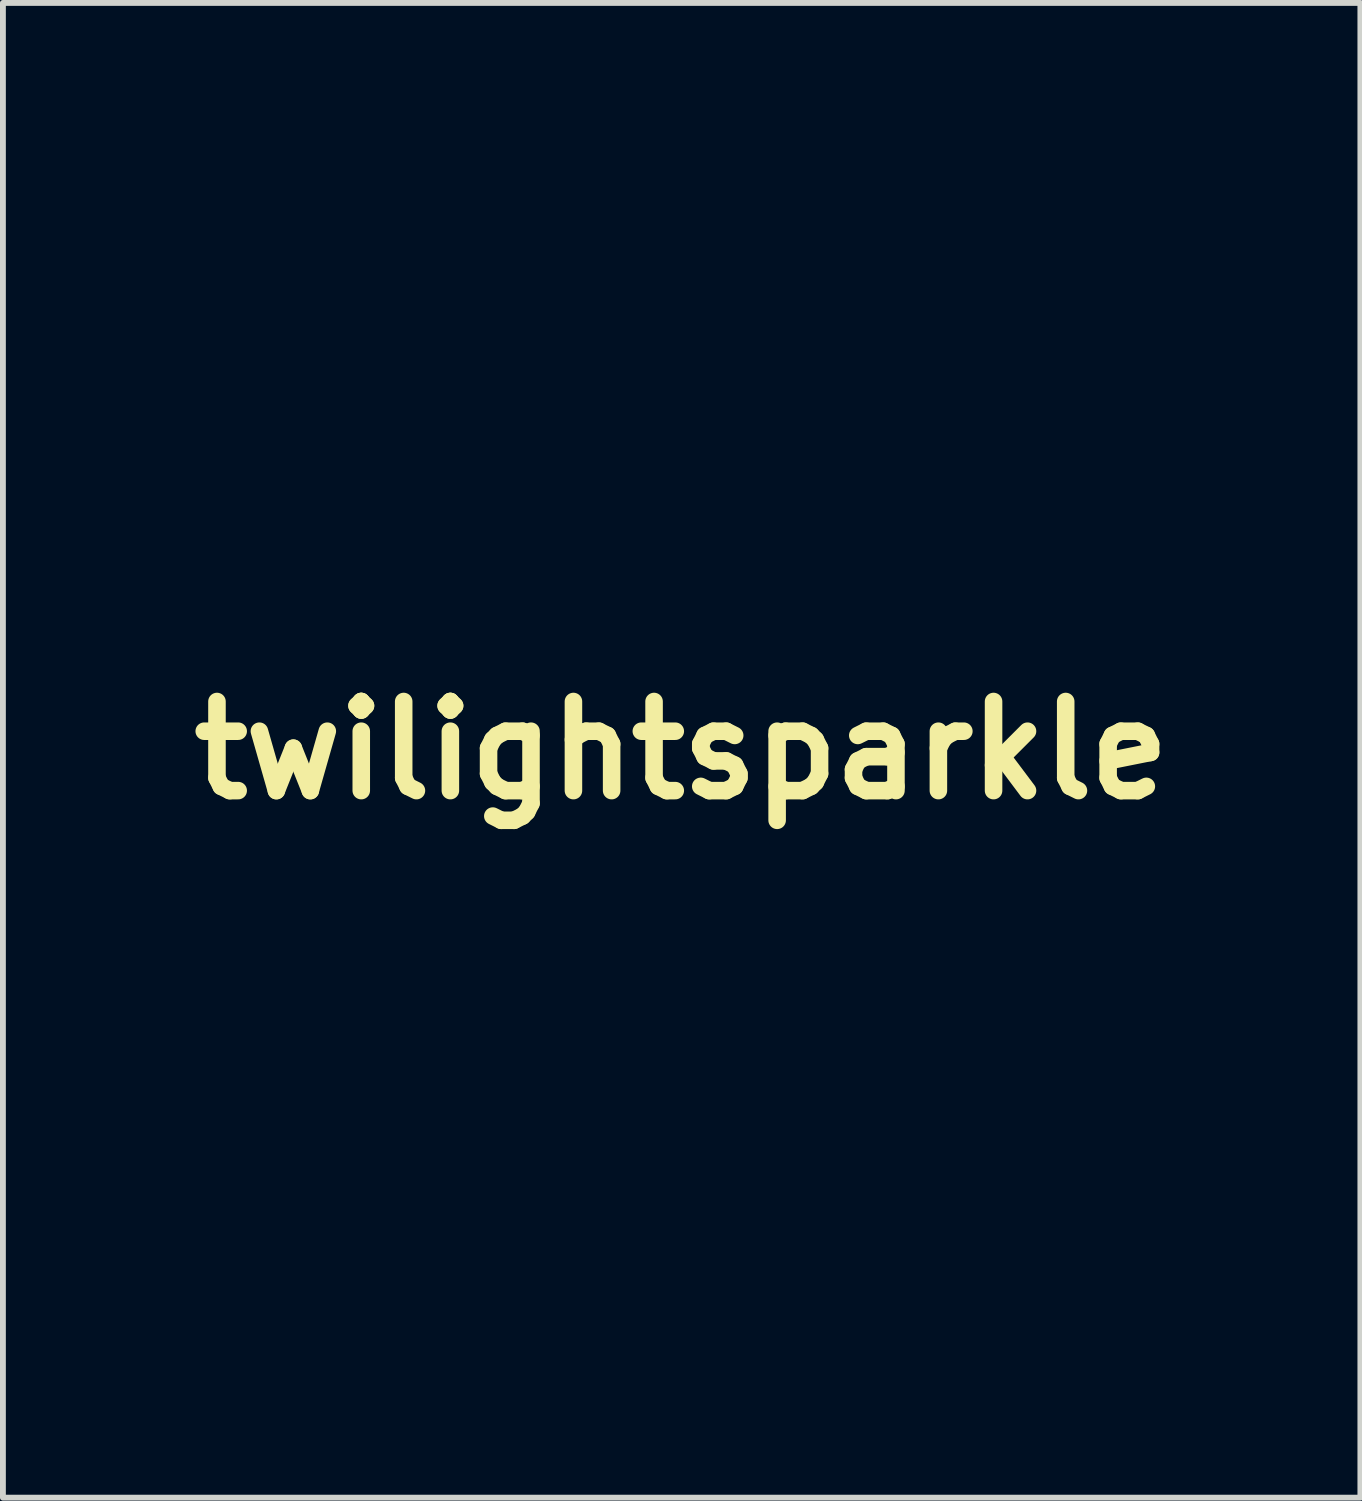
<source format=kicad_pcb>
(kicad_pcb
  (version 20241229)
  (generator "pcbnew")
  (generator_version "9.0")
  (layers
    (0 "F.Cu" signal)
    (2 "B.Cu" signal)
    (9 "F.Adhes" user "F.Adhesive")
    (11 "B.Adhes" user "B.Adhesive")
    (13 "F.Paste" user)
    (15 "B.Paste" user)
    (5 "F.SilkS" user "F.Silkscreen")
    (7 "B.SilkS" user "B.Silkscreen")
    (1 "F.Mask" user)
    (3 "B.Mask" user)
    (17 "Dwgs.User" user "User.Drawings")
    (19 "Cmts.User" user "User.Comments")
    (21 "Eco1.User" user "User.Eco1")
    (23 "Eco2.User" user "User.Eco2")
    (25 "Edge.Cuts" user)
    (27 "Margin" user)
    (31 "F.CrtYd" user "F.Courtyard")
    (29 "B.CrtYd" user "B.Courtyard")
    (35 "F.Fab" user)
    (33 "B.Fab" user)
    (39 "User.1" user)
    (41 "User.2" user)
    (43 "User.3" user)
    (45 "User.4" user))
  (footprint "twilightsparkle"
    (layer "F.Cu")
    (at 8.607 9.781)
    (property "Reference" "twilightsparkle" (at 0 0 0) (layer "F.SilkS") (effects (font (size 1.524 1.524) (thickness 0.3))))
    (attr through_hole)
    (fp_poly (pts (xy -4.09 -1.414) (xy -4.096 -1.405) (xy -4.116 -1.404) (xy -4.138 -1.409) (xy -4.129 -1.416) (xy -4.097 -1.418) (xy -4.09 -1.414)) (stroke (width 0.01) (type solid)) (fill yes) (layer "F.Mask"))
    (fp_poly (pts (xy -4.09 -1.374) (xy -4.096 -1.364) (xy -4.116 -1.363) (xy -4.138 -1.368) (xy -4.129 -1.375) (xy -4.097 -1.378) (xy -4.09 -1.374)) (stroke (width 0.01) (type solid)) (fill yes) (layer "F.Mask"))
    (fp_poly (pts (xy -7.354 -3.832) (xy -7.301 -3.817) (xy -7.275 -3.795) (xy -7.275 -3.789) (xy -7.276 -3.775) (xy -7.287 -3.764) (xy -7.313 -3.755) (xy -7.36 -3.744) (xy -7.437 -3.731) (xy -7.5 -3.72) (xy -7.593 -3.706) (xy -7.652 -3.7) (xy -7.685 -3.702) (xy -7.699 -3.713) (xy -7.701 -3.724) (xy -7.699 -3.729) (xy -7.66 -3.729) (xy -7.65 -3.731) (xy -7.612 -3.74) (xy -7.546 -3.753) (xy -7.465 -3.767) (xy -7.447 -3.77) (xy -7.285 -3.796) (xy -7.407 -3.797) (xy -7.526 -3.787) (xy -7.61 -3.758) (xy -7.649 -3.737) (xy -7.66 -3.729) (xy -7.699 -3.729) (xy -7.683 -3.756) (xy -7.635 -3.788) (xy -7.569 -3.816) (xy -7.502 -3.832) (xy -7.425 -3.838) (xy -7.354 -3.832)) (stroke (width 0.01) (type solid)) (fill yes) (layer "F.Mask"))
    (fp_poly (pts (xy -4.787 -9.167) (xy -4.753 -9.123) (xy -4.711 -9.061) (xy -4.666 -8.99) (xy -4.626 -8.92) (xy -4.594 -8.859) (xy -4.577 -8.816) (xy -4.576 -8.804) (xy -4.6 -8.763) (xy -4.65 -8.718) (xy -4.714 -8.677) (xy -4.78 -8.648) (xy -4.805 -8.642) (xy -4.883 -8.63) (xy -4.877 -8.736) (xy -4.837 -8.736) (xy -4.829 -8.692) (xy -4.809 -8.677) (xy -4.774 -8.686) (xy -4.721 -8.716) (xy -4.687 -8.738) (xy -4.627 -8.782) (xy -4.604 -8.814) (xy -4.605 -8.824) (xy -4.623 -8.853) (xy -4.656 -8.905) (xy -4.698 -8.971) (xy -4.705 -8.981) (xy -4.746 -9.049) (xy -4.78 -9.106) (xy -4.798 -9.141) (xy -4.799 -9.144) (xy -4.804 -9.137) (xy -4.811 -9.096) (xy -4.819 -9.027) (xy -4.827 -8.938) (xy -4.828 -8.926) (xy -4.836 -8.812) (xy -4.837 -8.736) (xy -4.877 -8.736) (xy -4.869 -8.86) (xy -4.861 -8.986) (xy -4.852 -9.076) (xy -4.842 -9.135) (xy -4.831 -9.169) (xy -4.816 -9.183) (xy -4.809 -9.184) (xy -4.787 -9.167)) (stroke (width 0.01) (type solid)) (fill yes) (layer "F.Mask"))
    (fp_poly (pts (xy -4.497 -8.701) (xy -4.465 -8.66) (xy -4.432 -8.606) (xy -4.404 -8.552) (xy -4.39 -8.511) (xy -4.389 -8.504) (xy -4.405 -8.481) (xy -4.449 -8.444) (xy -4.51 -8.4) (xy -4.58 -8.355) (xy -4.65 -8.315) (xy -4.712 -8.285) (xy -4.714 -8.284) (xy -4.794 -8.253) (xy -4.845 -8.238) (xy -4.873 -8.239) (xy -4.887 -8.254) (xy -4.888 -8.256) (xy -4.893 -8.29) (xy -4.895 -8.351) (xy -4.893 -8.401) (xy -4.856 -8.401) (xy -4.856 -8.272) (xy -4.77 -8.302) (xy -4.708 -8.33) (xy -4.631 -8.371) (xy -4.557 -8.416) (xy -4.496 -8.457) (xy -4.451 -8.489) (xy -4.43 -8.506) (xy -4.43 -8.507) (xy -4.438 -8.529) (xy -4.459 -8.573) (xy -4.471 -8.597) (xy -4.513 -8.678) (xy -4.564 -8.617) (xy -4.621 -8.57) (xy -4.696 -8.535) (xy -4.772 -8.518) (xy -4.819 -8.521) (xy -4.839 -8.522) (xy -4.851 -8.507) (xy -4.856 -8.466) (xy -4.856 -8.401) (xy -4.893 -8.401) (xy -4.893 -8.415) (xy -4.887 -8.545) (xy -4.784 -8.557) (xy -4.683 -8.579) (xy -4.613 -8.616) (xy -4.57 -8.671) (xy -4.542 -8.706) (xy -4.52 -8.717) (xy -4.497 -8.701)) (stroke (width 0.01) (type solid)) (fill yes) (layer "F.Mask"))
    (fp_poly (pts (xy -4.08 -7.917) (xy -4.052 -7.867) (xy -4.019 -7.798) (xy -4.008 -7.771) (xy -3.942 -7.613) (xy -3.988 -7.564) (xy -4.042 -7.516) (xy -4.122 -7.458) (xy -4.216 -7.398) (xy -4.312 -7.343) (xy -4.398 -7.301) (xy -4.406 -7.297) (xy -4.479 -7.271) (xy -4.574 -7.242) (xy -4.671 -7.218) (xy -4.686 -7.214) (xy -4.859 -7.176) (xy -4.878 -7.227) (xy -4.886 -7.269) (xy -4.893 -7.339) (xy -4.897 -7.427) (xy -4.897 -7.478) (xy -4.897 -7.63) (xy -4.856 -7.63) (xy -4.856 -7.213) (xy -4.801 -7.225) (xy -4.753 -7.236) (xy -4.682 -7.254) (xy -4.601 -7.275) (xy -4.596 -7.277) (xy -4.397 -7.345) (xy -4.21 -7.443) (xy -4.027 -7.575) (xy -3.997 -7.6) (xy -3.997 -7.624) (xy -4.011 -7.675) (xy -4.037 -7.742) (xy -4.044 -7.757) (xy -4.108 -7.901) (xy -4.187 -7.822) (xy -4.253 -7.766) (xy -4.332 -7.711) (xy -4.373 -7.687) (xy -4.431 -7.659) (xy -4.483 -7.642) (xy -4.544 -7.634) (xy -4.626 -7.631) (xy -4.669 -7.63) (xy -4.856 -7.63) (xy -4.897 -7.63) (xy -4.897 -7.678) (xy -4.715 -7.666) (xy -4.625 -7.662) (xy -4.563 -7.662) (xy -4.513 -7.671) (xy -4.461 -7.69) (xy -4.402 -7.719) (xy -4.322 -7.765) (xy -4.246 -7.821) (xy -4.197 -7.866) (xy -4.152 -7.91) (xy -4.114 -7.936) (xy -4.098 -7.939) (xy -4.08 -7.917)) (stroke (width 0.01) (type solid)) (fill yes) (layer "F.Mask"))
    (fp_poly (pts (xy -0.511 -5.797) (xy -0.508 -5.744) (xy -0.515 -5.662) (xy -0.536 -5.553) (xy -0.566 -5.431) (xy -0.603 -5.307) (xy -0.643 -5.193) (xy -0.667 -5.134) (xy -0.764 -4.953) (xy -0.883 -4.776) (xy -1.017 -4.613) (xy -1.159 -4.475) (xy -1.237 -4.413) (xy -1.308 -4.367) (xy -1.355 -4.35) (xy -1.385 -4.359) (xy -1.391 -4.367) (xy -1.385 -4.384) (xy -1.346 -4.384) (xy -1.333 -4.389) (xy -1.301 -4.41) (xy -1.273 -4.431) (xy -1.211 -4.48) (xy -1.136 -4.547) (xy -1.064 -4.619) (xy -1.051 -4.632) (xy -0.876 -4.849) (xy -0.734 -5.088) (xy -0.628 -5.346) (xy -0.588 -5.482) (xy -0.569 -5.567) (xy -0.555 -5.646) (xy -0.55 -5.705) (xy -0.55 -5.708) (xy -0.552 -5.735) (xy -0.559 -5.737) (xy -0.574 -5.712) (xy -0.598 -5.655) (xy -0.631 -5.569) (xy -0.737 -5.314) (xy -0.85 -5.087) (xy -0.978 -4.875) (xy -1.129 -4.666) (xy -1.195 -4.582) (xy -1.267 -4.493) (xy -1.316 -4.433) (xy -1.341 -4.397) (xy -1.346 -4.384) (xy -1.385 -4.384) (xy -1.384 -4.39) (xy -1.355 -4.436) (xy -1.309 -4.498) (xy -1.263 -4.555) (xy -1.122 -4.735) (xy -1.003 -4.905) (xy -0.899 -5.077) (xy -0.805 -5.261) (xy -0.713 -5.47) (xy -0.67 -5.578) (xy -0.619 -5.699) (xy -0.578 -5.782) (xy -0.546 -5.826) (xy -0.524 -5.831) (xy -0.511 -5.797)) (stroke (width 0.01) (type solid)) (fill yes) (layer "F.Mask"))
    (fp_poly (pts (xy 1.468 -0.909) (xy 1.493 -0.875) (xy 1.495 -0.869) (xy 1.521 -0.822) (xy 1.542 -0.799) (xy 1.563 -0.774) (xy 1.549 -0.749) (xy 1.529 -0.709) (xy 1.524 -0.677) (xy 1.512 -0.639) (xy 1.493 -0.63) (xy 1.462 -0.613) (xy 1.443 -0.584) (xy 1.43 -0.554) (xy 1.424 -0.56) (xy 1.422 -0.579) (xy 1.419 -0.608) (xy 1.411 -0.6) (xy 1.402 -0.579) (xy 1.389 -0.554) (xy 1.384 -0.565) (xy 1.383 -0.592) (xy 1.369 -0.639) (xy 1.337 -0.657) (xy 1.307 -0.669) (xy 1.31 -0.687) (xy 1.326 -0.706) (xy 1.348 -0.747) (xy 1.34 -0.773) (xy 1.324 -0.812) (xy 1.362 -0.812) (xy 1.371 -0.797) (xy 1.379 -0.786) (xy 1.397 -0.746) (xy 1.395 -0.723) (xy 1.4 -0.693) (xy 1.439 -0.678) (xy 1.457 -0.677) (xy 1.473 -0.688) (xy 1.471 -0.695) (xy 1.473 -0.724) (xy 1.484 -0.743) (xy 1.498 -0.767) (xy 1.481 -0.775) (xy 1.44 -0.78) (xy 1.433 -0.781) (xy 1.399 -0.793) (xy 1.382 -0.802) (xy 1.362 -0.812) (xy 1.324 -0.812) (xy 1.321 -0.819) (xy 1.33 -0.845) (xy 1.444 -0.845) (xy 1.448 -0.819) (xy 1.455 -0.818) (xy 1.46 -0.846) (xy 1.457 -0.857) (xy 1.448 -0.865) (xy 1.444 -0.845) (xy 1.33 -0.845) (xy 1.331 -0.846) (xy 1.364 -0.847) (xy 1.401 -0.849) (xy 1.417 -0.875) (xy 1.438 -0.909) (xy 1.468 -0.909)) (stroke (width 0.01) (type solid)) (fill yes) (layer "F.Mask"))
    (fp_poly (pts (xy -4.317 -8.383) (xy -4.285 -8.333) (xy -4.246 -8.266) (xy -4.207 -8.19) (xy -4.172 -8.116) (xy -4.145 -8.053) (xy -4.132 -8.01) (xy -4.132 -7.999) (xy -4.156 -7.973) (xy -4.208 -7.937) (xy -4.279 -7.894) (xy -4.361 -7.85) (xy -4.444 -7.81) (xy -4.485 -7.792) (xy -4.569 -7.764) (xy -4.659 -7.743) (xy -4.745 -7.73) (xy -4.818 -7.726) (xy -4.869 -7.733) (xy -4.887 -7.746) (xy -4.892 -7.778) (xy -4.894 -7.84) (xy -4.894 -7.922) (xy -4.893 -7.975) (xy -4.892 -8.016) (xy -4.868 -8.016) (xy -4.867 -7.937) (xy -4.864 -7.864) (xy -4.86 -7.828) (xy -4.852 -7.791) (xy -4.834 -7.77) (xy -4.799 -7.763) (xy -4.739 -7.767) (xy -4.651 -7.782) (xy -4.588 -7.799) (xy -4.506 -7.829) (xy -4.416 -7.867) (xy -4.329 -7.909) (xy -4.254 -7.949) (xy -4.201 -7.982) (xy -4.185 -7.996) (xy -4.18 -8.02) (xy -4.19 -8.063) (xy -4.219 -8.131) (xy -4.248 -8.192) (xy -4.286 -8.267) (xy -4.317 -8.327) (xy -4.337 -8.364) (xy -4.341 -8.371) (xy -4.359 -8.363) (xy -4.396 -8.334) (xy -4.425 -8.307) (xy -4.533 -8.222) (xy -4.648 -8.171) (xy -4.755 -8.15) (xy -4.867 -8.138) (xy -4.868 -8.016) (xy -4.892 -8.016) (xy -4.887 -8.175) (xy -4.783 -8.18) (xy -4.649 -8.207) (xy -4.524 -8.272) (xy -4.439 -8.343) (xy -4.391 -8.385) (xy -4.351 -8.405) (xy -4.338 -8.405) (xy -4.317 -8.383)) (stroke (width 0.01) (type solid)) (fill yes) (layer "F.Mask"))
    (fp_poly (pts (xy 1.355 0.833) (xy 1.361 0.876) (xy 1.37 0.926) (xy 1.401 0.949) (xy 1.402 0.949) (xy 1.434 0.96) (xy 1.439 0.979) (xy 1.421 1.018) (xy 1.418 1.022) (xy 1.401 1.076) (xy 1.399 1.113) (xy 1.394 1.149) (xy 1.365 1.158) (xy 1.333 1.172) (xy 1.314 1.219) (xy 1.313 1.224) (xy 1.3 1.266) (xy 1.287 1.269) (xy 1.282 1.263) (xy 1.266 1.245) (xy 1.254 1.263) (xy 1.247 1.263) (xy 1.242 1.231) (xy 1.241 1.214) (xy 1.234 1.159) (xy 1.214 1.138) (xy 1.209 1.138) (xy 1.182 1.125) (xy 1.186 1.092) (xy 1.247 1.092) (xy 1.257 1.097) (xy 1.278 1.114) (xy 1.283 1.133) (xy 1.286 1.157) (xy 1.292 1.141) (xy 1.294 1.131) (xy 1.313 1.105) (xy 1.328 1.103) (xy 1.345 1.093) (xy 1.349 1.05) (xy 1.34 1.002) (xy 1.308 0.977) (xy 1.295 0.973) (xy 1.259 0.966) (xy 1.254 0.977) (xy 1.265 0.996) (xy 1.277 1.036) (xy 1.261 1.065) (xy 1.247 1.092) (xy 1.186 1.092) (xy 1.186 1.089) (xy 1.203 1.058) (xy 1.217 1.015) (xy 1.204 0.967) (xy 1.193 0.922) (xy 1.207 0.899) (xy 1.24 0.907) (xy 1.251 0.915) (xy 1.272 0.926) (xy 1.286 0.906) (xy 1.291 0.882) (xy 1.322 0.882) (xy 1.326 0.909) (xy 1.333 0.909) (xy 1.338 0.882) (xy 1.335 0.87) (xy 1.326 0.862) (xy 1.322 0.882) (xy 1.291 0.882) (xy 1.293 0.876) (xy 1.312 0.828) (xy 1.336 0.813) (xy 1.355 0.833)) (stroke (width 0.01) (type solid)) (fill yes) (layer "F.Mask"))
    (fp_poly (pts (xy 2.458 -0.586) (xy 2.458 -0.574) (xy 2.464 -0.527) (xy 2.485 -0.509) (xy 2.499 -0.508) (xy 2.533 -0.494) (xy 2.54 -0.467) (xy 2.531 -0.434) (xy 2.518 -0.427) (xy 2.505 -0.409) (xy 2.51 -0.366) (xy 2.515 -0.323) (xy 2.501 -0.307) (xy 2.473 -0.305) (xy 2.431 -0.293) (xy 2.408 -0.252) (xy 2.408 -0.249) (xy 2.394 -0.216) (xy 2.383 -0.22) (xy 2.383 -0.221) (xy 2.371 -0.238) (xy 2.355 -0.221) (xy 2.343 -0.216) (xy 2.337 -0.251) (xy 2.337 -0.267) (xy 2.334 -0.316) (xy 2.321 -0.333) (xy 2.296 -0.331) (xy 2.264 -0.332) (xy 2.256 -0.361) (xy 2.261 -0.376) (xy 2.296 -0.376) (xy 2.306 -0.366) (xy 2.316 -0.376) (xy 2.306 -0.386) (xy 2.296 -0.376) (xy 2.261 -0.376) (xy 2.269 -0.4) (xy 2.287 -0.414) (xy 2.306 -0.427) (xy 2.305 -0.434) (xy 2.347 -0.434) (xy 2.352 -0.397) (xy 2.362 -0.386) (xy 2.375 -0.369) (xy 2.38 -0.34) (xy 2.383 -0.313) (xy 2.39 -0.324) (xy 2.391 -0.33) (xy 2.411 -0.36) (xy 2.425 -0.366) (xy 2.445 -0.382) (xy 2.449 -0.419) (xy 2.44 -0.457) (xy 2.479 -0.457) (xy 2.489 -0.447) (xy 2.499 -0.457) (xy 2.489 -0.467) (xy 2.479 -0.457) (xy 2.44 -0.457) (xy 2.439 -0.461) (xy 2.424 -0.484) (xy 2.402 -0.499) (xy 2.398 -0.487) (xy 2.384 -0.471) (xy 2.372 -0.473) (xy 2.352 -0.464) (xy 2.347 -0.434) (xy 2.305 -0.434) (xy 2.301 -0.449) (xy 2.285 -0.476) (xy 2.264 -0.524) (xy 2.269 -0.553) (xy 2.299 -0.556) (xy 2.316 -0.549) (xy 2.354 -0.531) (xy 2.373 -0.54) (xy 2.387 -0.58) (xy 2.388 -0.584) (xy 2.401 -0.617) (xy 2.413 -0.613) (xy 2.413 -0.612) (xy 2.425 -0.595) (xy 2.441 -0.612) (xy 2.453 -0.619) (xy 2.458 -0.586)) (stroke (width 0.01) (type solid)) (fill yes) (layer "F.Mask"))
    (fp_poly (pts (xy 2.344 0.692) (xy 2.356 0.747) (xy 2.357 0.776) (xy 2.359 0.835) (xy 2.368 0.864) (xy 2.39 0.873) (xy 2.408 0.874) (xy 2.449 0.885) (xy 2.456 0.912) (xy 2.43 0.947) (xy 2.413 0.96) (xy 2.383 0.986) (xy 2.382 1.015) (xy 2.393 1.045) (xy 2.409 1.1) (xy 2.395 1.127) (xy 2.351 1.127) (xy 2.35 1.127) (xy 2.318 1.125) (xy 2.299 1.146) (xy 2.285 1.191) (xy 2.26 1.25) (xy 2.228 1.272) (xy 2.206 1.27) (xy 2.196 1.25) (xy 2.196 1.202) (xy 2.197 1.187) (xy 2.237 1.187) (xy 2.241 1.213) (xy 2.247 1.214) (xy 2.252 1.187) (xy 2.249 1.175) (xy 2.24 1.167) (xy 2.237 1.187) (xy 2.197 1.187) (xy 2.198 1.179) (xy 2.201 1.12) (xy 2.196 1.092) (xy 2.177 1.087) (xy 2.149 1.091) (xy 2.105 1.091) (xy 2.094 1.069) (xy 2.115 1.028) (xy 2.137 1.002) (xy 2.164 0.97) (xy 2.17 0.944) (xy 2.155 0.907) (xy 2.143 0.885) (xy 2.126 0.844) (xy 2.163 0.844) (xy 2.185 0.876) (xy 2.195 0.889) (xy 2.243 0.955) (xy 2.196 1.004) (xy 2.166 1.038) (xy 2.164 1.048) (xy 2.188 1.044) (xy 2.192 1.043) (xy 2.233 1.046) (xy 2.248 1.066) (xy 2.263 1.088) (xy 2.277 1.076) (xy 2.306 1.06) (xy 2.321 1.062) (xy 2.342 1.061) (xy 2.342 1.029) (xy 2.341 1.024) (xy 2.344 0.974) (xy 2.357 0.945) (xy 2.371 0.921) (xy 2.352 0.914) (xy 2.349 0.914) (xy 2.326 0.901) (xy 2.315 0.858) (xy 2.313 0.838) (xy 2.311 0.794) (xy 2.307 0.789) (xy 2.302 0.819) (xy 2.281 0.872) (xy 2.245 0.888) (xy 2.197 0.866) (xy 2.19 0.861) (xy 2.165 0.84) (xy 2.163 0.844) (xy 2.126 0.844) (xy 2.12 0.829) (xy 2.123 0.799) (xy 2.15 0.796) (xy 2.175 0.808) (xy 2.217 0.829) (xy 2.244 0.822) (xy 2.264 0.782) (xy 2.272 0.755) (xy 2.298 0.695) (xy 2.324 0.675) (xy 2.344 0.692)) (stroke (width 0.01) (type solid)) (fill yes) (layer "F.Mask"))
    (fp_poly (pts (xy -5.692 0.858) (xy -5.635 0.867) (xy -5.614 0.879) (xy -5.602 0.911) (xy -5.589 0.971) (xy -5.58 1.045) (xy -5.579 1.046) (xy -5.57 1.133) (xy -5.561 1.217) (xy -5.554 1.273) (xy -5.543 1.356) (xy -5.672 1.425) (xy -5.759 1.481) (xy -5.858 1.558) (xy -5.955 1.648) (xy -6.051 1.753) (xy -6.155 1.884) (xy -6.262 2.032) (xy -6.364 2.186) (xy -6.454 2.335) (xy -6.525 2.47) (xy -6.527 2.473) (xy -6.622 2.702) (xy -6.706 2.96) (xy -6.778 3.237) (xy -6.834 3.523) (xy -6.867 3.763) (xy -6.877 3.888) (xy -6.884 4.039) (xy -6.887 4.205) (xy -6.887 4.376) (xy -6.884 4.541) (xy -6.878 4.689) (xy -6.868 4.809) (xy -6.866 4.823) (xy -6.857 4.922) (xy -6.856 4.99) (xy -6.863 5.022) (xy -6.864 5.023) (xy -6.887 5.019) (xy -6.931 4.984) (xy -6.977 4.934) (xy -7.085 4.786) (xy -7.183 4.604) (xy -7.267 4.395) (xy -7.334 4.163) (xy -7.369 4.003) (xy -7.389 3.855) (xy -7.402 3.677) (xy -7.407 3.481) (xy -7.406 3.413) (xy -7.367 3.413) (xy -7.365 3.597) (xy -7.357 3.767) (xy -7.344 3.915) (xy -7.329 4.011) (xy -7.288 4.186) (xy -7.239 4.357) (xy -7.186 4.51) (xy -7.132 4.633) (xy -7.102 4.688) (xy -7.06 4.755) (xy -7.012 4.828) (xy -6.965 4.896) (xy -6.923 4.953) (xy -6.893 4.989) (xy -6.881 4.999) (xy -6.88 4.981) (xy -6.889 4.937) (xy -6.895 4.912) (xy -6.901 4.865) (xy -6.907 4.783) (xy -6.912 4.672) (xy -6.915 4.536) (xy -6.917 4.382) (xy -6.918 4.308) (xy -6.918 4.126) (xy -6.916 3.978) (xy -6.912 3.857) (xy -6.905 3.754) (xy -6.896 3.663) (xy -6.884 3.577) (xy -6.882 3.566) (xy -6.813 3.214) (xy -6.727 2.892) (xy -6.624 2.602) (xy -6.532 2.396) (xy -6.435 2.222) (xy -6.323 2.048) (xy -6.2 1.881) (xy -6.072 1.726) (xy -5.943 1.591) (xy -5.82 1.482) (xy -5.719 1.412) (xy -5.584 1.333) (xy -5.595 1.251) (xy -5.603 1.186) (xy -5.613 1.101) (xy -5.62 1.031) (xy -5.634 0.894) (xy -5.718 0.89) (xy -5.925 0.893) (xy -6.111 0.924) (xy -6.28 0.987) (xy -6.441 1.083) (xy -6.6 1.217) (xy -6.645 1.26) (xy -6.818 1.462) (xy -6.969 1.698) (xy -7.098 1.966) (xy -7.206 2.268) (xy -7.292 2.605) (xy -7.32 2.743) (xy -7.339 2.882) (xy -7.354 3.046) (xy -7.363 3.227) (xy -7.367 3.413) (xy -7.406 3.413) (xy -7.405 3.278) (xy -7.395 3.078) (xy -7.378 2.892) (xy -7.358 2.756) (xy -7.287 2.424) (xy -7.196 2.12) (xy -7.085 1.844) (xy -6.956 1.599) (xy -6.81 1.385) (xy -6.648 1.204) (xy -6.47 1.057) (xy -6.278 0.947) (xy -6.118 0.886) (xy -6.046 0.871) (xy -5.958 0.86) (xy -5.863 0.854) (xy -5.771 0.853) (xy -5.692 0.858)) (stroke (width 0.01) (type solid)) (fill yes) (layer "F.Mask"))
    (fp_poly (pts (xy 1.921 -0.668) (xy 1.932 -0.657) (xy 1.941 -0.63) (xy 1.947 -0.583) (xy 1.953 -0.509) (xy 1.959 -0.402) (xy 1.962 -0.361) (xy 1.969 -0.247) (xy 1.977 -0.17) (xy 1.985 -0.127) (xy 1.996 -0.115) (xy 1.998 -0.116) (xy 2.031 -0.13) (xy 2.062 -0.137) (xy 2.073 -0.133) (xy 2.066 -0.112) (xy 2.048 -0.068) (xy 2.041 -0.052) (xy 2.01 0.024) (xy 2.199 0.018) (xy 2.301 0.017) (xy 2.364 0.024) (xy 2.39 0.042) (xy 2.378 0.073) (xy 2.331 0.12) (xy 2.265 0.173) (xy 2.197 0.226) (xy 2.162 0.262) (xy 2.157 0.289) (xy 2.182 0.316) (xy 2.236 0.35) (xy 2.247 0.357) (xy 2.272 0.383) (xy 2.261 0.407) (xy 2.22 0.423) (xy 2.173 0.427) (xy 2.123 0.429) (xy 2.095 0.434) (xy 2.093 0.437) (xy 2.101 0.458) (xy 2.124 0.507) (xy 2.156 0.573) (xy 2.168 0.598) (xy 2.201 0.67) (xy 2.223 0.727) (xy 2.23 0.761) (xy 2.229 0.765) (xy 2.204 0.764) (xy 2.155 0.747) (xy 2.097 0.721) (xy 2.035 0.689) (xy 1.986 0.664) (xy 1.964 0.653) (xy 1.954 0.662) (xy 1.957 0.683) (xy 1.979 0.767) (xy 1.985 0.818) (xy 1.976 0.842) (xy 1.958 0.845) (xy 1.928 0.823) (xy 1.905 0.782) (xy 1.93 0.782) (xy 1.941 0.792) (xy 1.951 0.782) (xy 1.941 0.772) (xy 1.93 0.782) (xy 1.905 0.782) (xy 1.898 0.771) (xy 1.892 0.755) (xy 1.874 0.711) (xy 1.91 0.711) (xy 1.918 0.728) (xy 1.924 0.725) (xy 1.926 0.701) (xy 1.924 0.698) (xy 1.912 0.7) (xy 1.91 0.711) (xy 1.874 0.711) (xy 1.871 0.704) (xy 1.854 0.674) (xy 1.85 0.671) (xy 1.841 0.689) (xy 1.822 0.74) (xy 1.796 0.816) (xy 1.765 0.911) (xy 1.747 0.969) (xy 1.709 1.09) (xy 1.678 1.177) (xy 1.654 1.233) (xy 1.634 1.263) (xy 1.62 1.271) (xy 1.607 1.27) (xy 1.597 1.258) (xy 1.591 1.229) (xy 1.587 1.177) (xy 1.586 1.158) (xy 1.629 1.158) (xy 1.632 1.187) (xy 1.639 1.184) (xy 1.642 1.142) (xy 1.639 1.133) (xy 1.632 1.13) (xy 1.629 1.158) (xy 1.586 1.158) (xy 1.585 1.097) (xy 1.584 0.982) (xy 1.584 0.979) (xy 1.584 0.864) (xy 1.582 0.784) (xy 1.579 0.735) (xy 1.573 0.712) (xy 1.565 0.709) (xy 1.554 0.72) (xy 1.532 0.741) (xy 1.524 0.734) (xy 1.513 0.718) (xy 1.506 0.72) (xy 1.5 0.71) (xy 1.503 0.691) (xy 1.524 0.691) (xy 1.531 0.708) (xy 1.538 0.704) (xy 1.54 0.68) (xy 1.538 0.677) (xy 1.525 0.68) (xy 1.524 0.691) (xy 1.503 0.691) (xy 1.506 0.671) (xy 1.515 0.64) (xy 1.544 0.64) (xy 1.554 0.65) (xy 1.565 0.64) (xy 1.554 0.63) (xy 1.544 0.64) (xy 1.515 0.64) (xy 1.515 0.64) (xy 1.529 0.592) (xy 1.529 0.589) (xy 1.565 0.589) (xy 1.572 0.606) (xy 1.578 0.603) (xy 1.581 0.579) (xy 1.578 0.576) (xy 1.566 0.579) (xy 1.565 0.589) (xy 1.529 0.589) (xy 1.531 0.564) (xy 1.515 0.553) (xy 1.476 0.555) (xy 1.405 0.569) (xy 1.361 0.579) (xy 1.254 0.6) (xy 1.176 0.608) (xy 1.129 0.604) (xy 1.118 0.592) (xy 1.132 0.572) (xy 1.145 0.559) (xy 1.199 0.559) (xy 1.209 0.569) (xy 1.219 0.559) (xy 1.209 0.549) (xy 1.199 0.559) (xy 1.145 0.559) (xy 1.162 0.542) (xy 1.258 0.542) (xy 1.26 0.547) (xy 1.295 0.543) (xy 1.355 0.532) (xy 1.422 0.518) (xy 1.5 0.501) (xy 1.554 0.491) (xy 1.591 0.494) (xy 1.612 0.515) (xy 1.622 0.559) (xy 1.626 0.631) (xy 1.626 0.737) (xy 1.626 0.792) (xy 1.627 0.899) (xy 1.63 0.989) (xy 1.634 1.056) (xy 1.639 1.092) (xy 1.642 1.097) (xy 1.654 1.079) (xy 1.675 1.029) (xy 1.701 0.953) (xy 1.732 0.86) (xy 1.741 0.828) (xy 1.782 0.703) (xy 1.805 0.64) (xy 1.89 0.64) (xy 1.9 0.65) (xy 1.91 0.64) (xy 1.9 0.63) (xy 1.89 0.64) (xy 1.805 0.64) (xy 1.815 0.614) (xy 1.841 0.564) (xy 1.854 0.553) (xy 1.885 0.56) (xy 1.94 0.584) (xy 2.009 0.62) (xy 2.037 0.636) (xy 2.188 0.726) (xy 2.09 0.545) (xy 2.048 0.467) (xy 2.016 0.402) (xy 2.003 0.376) (xy 2.195 0.376) (xy 2.205 0.386) (xy 2.215 0.376) (xy 2.205 0.366) (xy 2.195 0.376) (xy 2.003 0.376) (xy 1.996 0.359) (xy 1.996 0.359) (xy 2.061 0.359) (xy 2.091 0.365) (xy 2.104 0.365) (xy 2.143 0.363) (xy 2.145 0.355) (xy 2.127 0.343) (xy 2.087 0.332) (xy 2.067 0.343) (xy 2.061 0.359) (xy 1.996 0.359) (xy 1.991 0.347) (xy 2.006 0.327) (xy 2.046 0.29) (xy 2.104 0.24) (xy 2.139 0.212) (xy 2.206 0.159) (xy 2.262 0.113) (xy 2.298 0.083) (xy 2.306 0.075) (xy 2.299 0.067) (xy 2.252 0.064) (xy 2.169 0.066) (xy 2.14 0.068) (xy 2.057 0.072) (xy 1.99 0.072) (xy 1.95 0.068) (xy 1.943 0.064) (xy 1.939 0.04) (xy 1.933 -0.019) (xy 1.929 -0.091) (xy 2.012 -0.091) (xy 2.022 -0.081) (xy 2.032 -0.091) (xy 2.022 -0.102) (xy 2.012 -0.091) (xy 1.929 -0.091) (xy 1.928 -0.104) (xy 1.922 -0.208) (xy 1.918 -0.295) (xy 1.913 -0.418) (xy 1.908 -0.505) (xy 1.904 -0.559) (xy 1.899 -0.585) (xy 1.893 -0.586) (xy 1.885 -0.567) (xy 1.88 -0.547) (xy 1.847 -0.433) (xy 1.812 -0.317) (xy 1.776 -0.208) (xy 1.742 -0.111) (xy 1.711 -0.032) (xy 1.687 0.02) (xy 1.671 0.04) (xy 1.671 0.041) (xy 1.644 0.03) (xy 1.592 0.001) (xy 1.523 -0.042) (xy 1.479 -0.071) (xy 1.605 -0.071) (xy 1.615 -0.061) (xy 1.626 -0.071) (xy 1.615 -0.081) (xy 1.605 -0.071) (xy 1.479 -0.071) (xy 1.463 -0.081) (xy 1.388 -0.131) (xy 1.326 -0.171) (xy 1.285 -0.196) (xy 1.272 -0.203) (xy 1.279 -0.188) (xy 1.305 -0.145) (xy 1.346 -0.082) (xy 1.399 -0.005) (xy 1.403 0.001) (xy 1.476 0.112) (xy 1.523 0.196) (xy 1.545 0.253) (xy 1.54 0.281) (xy 1.529 0.285) (xy 1.506 0.297) (xy 1.466 0.329) (xy 1.416 0.374) (xy 1.363 0.425) (xy 1.314 0.474) (xy 1.277 0.515) (xy 1.258 0.542) (xy 1.162 0.542) (xy 1.171 0.533) (xy 1.228 0.479) (xy 1.279 0.435) (xy 1.345 0.376) (xy 1.399 0.326) (xy 1.433 0.292) (xy 1.441 0.281) (xy 1.425 0.268) (xy 1.383 0.254) (xy 1.377 0.253) (xy 1.335 0.242) (xy 1.334 0.239) (xy 1.452 0.239) (xy 1.472 0.242) (xy 1.498 0.238) (xy 1.498 0.232) (xy 1.471 0.227) (xy 1.459 0.23) (xy 1.452 0.239) (xy 1.334 0.239) (xy 1.33 0.232) (xy 1.351 0.222) (xy 1.38 0.209) (xy 1.372 0.204) (xy 1.351 0.202) (xy 1.342 0.197) (xy 1.368 0.188) (xy 1.387 0.185) (xy 1.463 0.173) (xy 1.321 -0.034) (xy 1.247 -0.145) (xy 1.2 -0.226) (xy 1.179 -0.279) (xy 1.183 -0.303) (xy 1.192 -0.305) (xy 1.214 -0.295) (xy 1.261 -0.267) (xy 1.326 -0.227) (xy 1.363 -0.203) (xy 1.434 -0.159) (xy 1.491 -0.124) (xy 1.526 -0.104) (xy 1.533 -0.102) (xy 1.536 -0.112) (xy 1.585 -0.112) (xy 1.595 -0.102) (xy 1.605 -0.112) (xy 1.595 -0.122) (xy 1.585 -0.112) (xy 1.536 -0.112) (xy 1.538 -0.118) (xy 1.532 -0.152) (xy 1.531 -0.173) (xy 1.544 -0.173) (xy 1.554 -0.163) (xy 1.565 -0.173) (xy 1.554 -0.183) (xy 1.544 -0.173) (xy 1.531 -0.173) (xy 1.53 -0.193) (xy 1.549 -0.202) (xy 1.585 -0.181) (xy 1.626 -0.138) (xy 1.681 -0.073) (xy 1.78 -0.372) (xy 1.82 -0.489) (xy 1.855 -0.581) (xy 1.883 -0.642) (xy 1.902 -0.67) (xy 1.905 -0.671) (xy 1.921 -0.668)) (stroke (width 0.01) (type solid)) (fill yes) (layer "F.Mask"))
    (fp_poly (pts (xy -5.311 -9.671) (xy -5.16 -9.659) (xy -5.068 -9.642) (xy -4.942 -9.604) (xy -4.798 -9.544) (xy -4.646 -9.469) (xy -4.497 -9.383) (xy -4.362 -9.293) (xy -4.352 -9.285) (xy -4.27 -9.221) (xy -4.182 -9.148) (xy -4.095 -9.072) (xy -4.012 -8.996) (xy -3.94 -8.926) (xy -3.882 -8.866) (xy -3.845 -8.822) (xy -3.834 -8.798) (xy -3.835 -8.796) (xy -3.861 -8.788) (xy -3.918 -8.78) (xy -3.994 -8.775) (xy -4.023 -8.773) (xy -4.098 -8.77) (xy -4.14 -8.768) (xy -4.145 -8.766) (xy -4.114 -8.765) (xy -4.045 -8.763) (xy -3.979 -8.762) (xy -3.763 -8.758) (xy -3.289 -8.285) (xy -3.034 -8.035) (xy -2.801 -7.816) (xy -2.587 -7.626) (xy -2.391 -7.463) (xy -2.21 -7.324) (xy -2.091 -7.241) (xy -1.978 -7.164) (xy -1.897 -7.105) (xy -1.845 -7.062) (xy -1.821 -7.032) (xy -1.82 -7.013) (xy -1.822 -7.011) (xy -1.845 -6.994) (xy -1.894 -6.96) (xy -1.962 -6.914) (xy -2.026 -6.871) (xy -2.303 -6.669) (xy -2.559 -6.448) (xy -2.785 -6.215) (xy -2.941 -6.025) (xy -2.985 -5.962) (xy -3.038 -5.882) (xy -3.095 -5.792) (xy -3.151 -5.698) (xy -3.204 -5.609) (xy -3.247 -5.531) (xy -3.278 -5.472) (xy -3.292 -5.438) (xy -3.292 -5.436) (xy -3.283 -5.446) (xy -3.257 -5.485) (xy -3.219 -5.547) (xy -3.172 -5.627) (xy -3.161 -5.646) (xy -3.029 -5.864) (xy -2.893 -6.056) (xy -2.743 -6.234) (xy -2.612 -6.372) (xy -2.489 -6.487) (xy -2.344 -6.611) (xy -2.188 -6.734) (xy -2.033 -6.847) (xy -1.893 -6.94) (xy -1.884 -6.945) (xy -1.773 -7.012) (xy -1.516 -6.866) (xy -1.425 -6.813) (xy -1.349 -6.765) (xy -1.292 -6.727) (xy -1.263 -6.702) (xy -1.26 -6.696) (xy -1.276 -6.678) (xy -1.32 -6.64) (xy -1.389 -6.586) (xy -1.476 -6.52) (xy -1.579 -6.445) (xy -1.64 -6.401) (xy -1.838 -6.257) (xy -2.008 -6.131) (xy -2.154 -6.018) (xy -2.282 -5.914) (xy -2.396 -5.815) (xy -2.502 -5.716) (xy -2.605 -5.613) (xy -2.612 -5.606) (xy -2.792 -5.406) (xy -2.936 -5.214) (xy -3.046 -5.025) (xy -3.125 -4.834) (xy -3.174 -4.636) (xy -3.197 -4.426) (xy -3.199 -4.347) (xy -3.201 -4.24) (xy -3.205 -4.168) (xy -3.212 -4.128) (xy -3.224 -4.112) (xy -3.227 -4.111) (xy -3.25 -4.126) (xy -3.294 -4.165) (xy -3.353 -4.223) (xy -3.421 -4.294) (xy -3.435 -4.309) (xy -3.503 -4.385) (xy -3.559 -4.452) (xy -3.599 -4.504) (xy -3.616 -4.534) (xy -3.617 -4.536) (xy -3.576 -4.536) (xy -3.563 -4.509) (xy -3.527 -4.46) (xy -3.473 -4.397) (xy -3.409 -4.327) (xy -3.344 -4.259) (xy -3.291 -4.202) (xy -3.255 -4.163) (xy -3.241 -4.148) (xy -3.241 -4.148) (xy -3.241 -4.166) (xy -3.24 -4.216) (xy -3.239 -4.29) (xy -3.239 -4.354) (xy -3.229 -4.539) (xy -3.2 -4.705) (xy -3.149 -4.867) (xy -3.073 -5.041) (xy -3.069 -5.05) (xy -2.993 -5.19) (xy -2.905 -5.325) (xy -2.803 -5.459) (xy -2.682 -5.595) (xy -2.541 -5.735) (xy -2.377 -5.882) (xy -2.186 -6.039) (xy -1.965 -6.208) (xy -1.712 -6.394) (xy -1.655 -6.435) (xy -1.288 -6.696) (xy -1.531 -6.834) (xy -1.774 -6.972) (xy -1.878 -6.908) (xy -2.122 -6.743) (xy -2.356 -6.556) (xy -2.536 -6.391) (xy -2.727 -6.196) (xy -2.888 -6.006) (xy -3.027 -5.809) (xy -3.152 -5.594) (xy -3.271 -5.351) (xy -3.277 -5.336) (xy -3.32 -5.239) (xy -3.365 -5.127) (xy -3.412 -5.009) (xy -3.458 -4.89) (xy -3.5 -4.777) (xy -3.535 -4.679) (xy -3.56 -4.6) (xy -3.574 -4.549) (xy -3.576 -4.536) (xy -3.617 -4.536) (xy -3.617 -4.537) (xy -3.632 -4.562) (xy -3.645 -4.565) (xy -3.668 -4.577) (xy -3.707 -4.606) (xy -3.61 -4.606) (xy -3.603 -4.614) (xy -3.589 -4.643) (xy -3.565 -4.704) (xy -3.549 -4.755) (xy -3.543 -4.782) (xy -3.55 -4.774) (xy -3.564 -4.745) (xy -3.588 -4.684) (xy -3.604 -4.633) (xy -3.61 -4.606) (xy -3.707 -4.606) (xy -3.716 -4.613) (xy -3.783 -4.668) (xy -3.864 -4.737) (xy -3.954 -4.818) (xy -3.955 -4.819) (xy -4.172 -5.012) (xy -4.389 -5.196) (xy -4.315 -5.196) (xy -4.144 -5.042) (xy -4.053 -4.959) (xy -3.953 -4.866) (xy -3.859 -4.778) (xy -3.82 -4.741) (xy -3.744 -4.671) (xy -3.689 -4.629) (xy -3.659 -4.616) (xy -3.655 -4.619) (xy -3.643 -4.646) (xy -3.621 -4.703) (xy -3.59 -4.785) (xy -3.576 -4.821) (xy -3.536 -4.821) (xy -3.531 -4.814) (xy -3.517 -4.839) (xy -3.492 -4.898) (xy -3.466 -4.966) (xy -3.441 -5.035) (xy -3.425 -5.087) (xy -3.421 -5.113) (xy -3.421 -5.114) (xy -3.43 -5.1) (xy -3.449 -5.059) (xy -3.473 -5.001) (xy -3.498 -4.937) (xy -3.519 -4.878) (xy -3.533 -4.835) (xy -3.536 -4.821) (xy -3.576 -4.821) (xy -3.554 -4.882) (xy -3.537 -4.928) (xy -3.449 -5.151) (xy -3.413 -5.151) (xy -3.405 -5.147) (xy -3.393 -5.161) (xy -3.376 -5.198) (xy -3.374 -5.212) (xy -3.382 -5.216) (xy -3.393 -5.202) (xy -3.411 -5.165) (xy -3.413 -5.151) (xy -3.449 -5.151) (xy -3.434 -5.189) (xy -3.405 -5.253) (xy -3.371 -5.253) (xy -3.363 -5.255) (xy -3.342 -5.286) (xy -3.332 -5.304) (xy -3.308 -5.354) (xy -3.294 -5.39) (xy -3.294 -5.395) (xy -3.302 -5.392) (xy -3.323 -5.361) (xy -3.332 -5.344) (xy -3.357 -5.294) (xy -3.371 -5.258) (xy -3.371 -5.253) (xy -3.405 -5.253) (xy -3.321 -5.441) (xy -3.202 -5.673) (xy -3.083 -5.876) (xy -3.053 -5.922) (xy -2.9 -6.128) (xy -2.714 -6.337) (xy -2.504 -6.54) (xy -2.277 -6.731) (xy -2.04 -6.903) (xy -2.006 -6.925) (xy -1.932 -6.975) (xy -1.889 -7.007) (xy -1.872 -7.029) (xy -1.876 -7.043) (xy -1.884 -7.048) (xy -1.909 -7.051) (xy -1.956 -7.046) (xy -2.031 -7.03) (xy -2.135 -7.004) (xy -2.272 -6.966) (xy -2.372 -6.938) (xy -2.598 -6.871) (xy -2.791 -6.81) (xy -2.955 -6.751) (xy -3.096 -6.694) (xy -3.22 -6.635) (xy -3.332 -6.573) (xy -3.366 -6.552) (xy -3.485 -6.468) (xy -3.612 -6.361) (xy -3.737 -6.241) (xy -3.848 -6.119) (xy -3.935 -6.006) (xy -3.936 -6.005) (xy -4.015 -5.877) (xy -4.096 -5.725) (xy -4.173 -5.565) (xy -4.238 -5.411) (xy -4.258 -5.356) (xy -4.315 -5.196) (xy -4.389 -5.196) (xy -4.409 -5.213) (xy -4.668 -5.424) (xy -4.952 -5.647) (xy -5.264 -5.884) (xy -5.506 -6.063) (xy -5.385 -6.063) (xy -5.369 -6.044) (xy -5.326 -6.006) (xy -5.26 -5.951) (xy -5.177 -5.885) (xy -5.08 -5.811) (xy -5.075 -5.807) (xy -4.959 -5.719) (xy -4.837 -5.626) (xy -4.72 -5.534) (xy -4.618 -5.454) (xy -4.562 -5.409) (xy -4.485 -5.348) (xy -4.42 -5.3) (xy -4.372 -5.268) (xy -4.349 -5.258) (xy -4.347 -5.258) (xy -4.335 -5.283) (xy -4.313 -5.336) (xy -4.285 -5.406) (xy -4.278 -5.425) (xy -4.162 -5.694) (xy -4.023 -5.942) (xy -3.866 -6.163) (xy -3.694 -6.352) (xy -3.667 -6.377) (xy -3.548 -6.478) (xy -3.423 -6.568) (xy -3.286 -6.65) (xy -3.132 -6.726) (xy -2.956 -6.798) (xy -2.753 -6.87) (xy -2.516 -6.943) (xy -2.425 -6.969) (xy -2.302 -7.005) (xy -2.192 -7.037) (xy -2.102 -7.063) (xy -2.037 -7.083) (xy -2.004 -7.095) (xy -2 -7.096) (xy -2.011 -7.111) (xy -2.047 -7.142) (xy -2.088 -7.172) (xy -2.183 -7.239) (xy -2.458 -7.226) (xy -2.908 -7.192) (xy -3.323 -7.136) (xy -3.705 -7.058) (xy -4.054 -6.958) (xy -4.37 -6.836) (xy -4.654 -6.691) (xy -4.907 -6.524) (xy -4.968 -6.476) (xy -5.035 -6.419) (xy -5.11 -6.352) (xy -5.186 -6.28) (xy -5.258 -6.21) (xy -5.318 -6.147) (xy -5.362 -6.097) (xy -5.384 -6.067) (xy -5.385 -6.063) (xy -5.506 -6.063) (xy -5.607 -6.138) (xy -5.849 -6.314) (xy -6.103 -6.498) (xy -6.244 -6.601) (xy -6.145 -6.601) (xy -6.141 -6.581) (xy -6.134 -6.573) (xy -6.113 -6.555) (xy -6.065 -6.519) (xy -5.998 -6.469) (xy -5.916 -6.409) (xy -5.827 -6.343) (xy -5.735 -6.276) (xy -5.647 -6.213) (xy -5.569 -6.156) (xy -5.507 -6.112) (xy -5.466 -6.084) (xy -5.453 -6.076) (xy -5.439 -6.089) (xy -5.402 -6.126) (xy -5.348 -6.181) (xy -5.286 -6.244) (xy -5.212 -6.318) (xy -5.138 -6.388) (xy -5.075 -6.445) (xy -5.04 -6.473) (xy -4.957 -6.533) (xy -4.97 -6.706) (xy -4.975 -6.793) (xy -4.982 -6.907) (xy -4.989 -7.034) (xy -4.996 -7.158) (xy -4.996 -7.167) (xy -5.002 -7.272) (xy -5.009 -7.361) (xy -5.016 -7.428) (xy -5.022 -7.465) (xy -5.024 -7.47) (xy -5.049 -7.468) (xy -5.102 -7.45) (xy -5.174 -7.417) (xy -5.26 -7.375) (xy -5.351 -7.326) (xy -5.44 -7.275) (xy -5.521 -7.224) (xy -5.53 -7.218) (xy -5.776 -7.026) (xy -5.996 -6.804) (xy -6.045 -6.747) (xy -6.101 -6.677) (xy -6.133 -6.631) (xy -6.145 -6.601) (xy -6.244 -6.601) (xy -6.325 -6.66) (xy -6.516 -6.801) (xy -6.678 -6.92) (xy -6.811 -7.02) (xy -6.916 -7.102) (xy -6.996 -7.165) (xy -7.051 -7.212) (xy -7.082 -7.242) (xy -7.089 -7.252) (xy -7.047 -7.252) (xy -7.029 -7.235) (xy -6.984 -7.198) (xy -6.917 -7.145) (xy -6.833 -7.08) (xy -6.737 -7.008) (xy -6.636 -6.932) (xy -6.534 -6.857) (xy -6.437 -6.785) (xy -6.351 -6.723) (xy -6.28 -6.673) (xy -6.23 -6.639) (xy -6.207 -6.626) (xy -6.206 -6.625) (xy -6.184 -6.64) (xy -6.145 -6.679) (xy -6.095 -6.735) (xy -6.077 -6.756) (xy -5.912 -6.939) (xy -5.723 -7.11) (xy -5.52 -7.262) (xy -5.313 -7.388) (xy -5.186 -7.449) (xy -5.029 -7.517) (xy -5.021 -7.931) (xy -4.973 -7.931) (xy -4.968 -7.574) (xy -4.96 -7.386) (xy -4.949 -7.182) (xy -4.94 -7.014) (xy -4.932 -6.88) (xy -4.925 -6.776) (xy -4.918 -6.699) (xy -4.912 -6.646) (xy -4.905 -6.612) (xy -4.899 -6.594) (xy -4.891 -6.59) (xy -4.889 -6.59) (xy -4.878 -6.614) (xy -4.871 -6.679) (xy -4.867 -6.783) (xy -4.867 -6.867) (xy -4.867 -7.108) (xy -4.836 -7.108) (xy -4.836 -7.014) (xy -4.834 -6.941) (xy -4.829 -6.85) (xy -4.823 -6.783) (xy -4.81 -6.648) (xy -4.735 -6.695) (xy -4.684 -6.725) (xy -4.609 -6.766) (xy -4.522 -6.811) (xy -4.471 -6.837) (xy -4.37 -6.884) (xy -4.248 -6.936) (xy -4.122 -6.984) (xy -4.046 -7.011) (xy -3.956 -7.043) (xy -3.881 -7.071) (xy -3.83 -7.094) (xy -3.81 -7.107) (xy -3.81 -7.107) (xy -3.816 -7.133) (xy -3.832 -7.188) (xy -3.854 -7.263) (xy -3.869 -7.309) (xy -3.928 -7.493) (xy -4.042 -7.377) (xy -4.114 -7.312) (xy -4.195 -7.251) (xy -4.267 -7.207) (xy -4.268 -7.207) (xy -4.363 -7.168) (xy -4.474 -7.135) (xy -4.587 -7.111) (xy -4.688 -7.098) (xy -4.76 -7.098) (xy -4.836 -7.108) (xy -4.867 -7.108) (xy -4.867 -7.135) (xy -4.694 -7.142) (xy -4.501 -7.165) (xy -4.332 -7.218) (xy -4.183 -7.304) (xy -4.049 -7.424) (xy -4.039 -7.435) (xy -3.99 -7.487) (xy -3.95 -7.524) (xy -3.927 -7.539) (xy -3.927 -7.539) (xy -3.913 -7.521) (xy -3.89 -7.472) (xy -3.861 -7.399) (xy -3.832 -7.317) (xy -3.796 -7.216) (xy -3.768 -7.15) (xy -3.747 -7.114) (xy -3.729 -7.105) (xy -3.726 -7.106) (xy -3.714 -7.111) (xy -3.708 -7.119) (xy -3.707 -7.137) (xy -3.714 -7.169) (xy -3.731 -7.221) (xy -3.758 -7.298) (xy -3.796 -7.406) (xy -3.813 -7.454) (xy -3.892 -7.65) (xy -3.832 -7.65) (xy -3.741 -7.39) (xy -3.651 -7.129) (xy -3.588 -7.142) (xy -3.544 -7.15) (xy -3.47 -7.162) (xy -3.376 -7.177) (xy -3.272 -7.193) (xy -3.265 -7.194) (xy -3.104 -7.215) (xy -2.912 -7.235) (xy -2.698 -7.254) (xy -2.472 -7.271) (xy -2.319 -7.28) (xy -2.229 -7.285) (xy -2.432 -7.45) (xy -2.635 -7.616) (xy -3.161 -7.64) (xy -3.308 -7.647) (xy -3.444 -7.652) (xy -3.564 -7.656) (xy -3.661 -7.658) (xy -3.73 -7.659) (xy -3.76 -7.658) (xy -3.832 -7.65) (xy -3.892 -7.65) (xy -3.983 -7.877) (xy -4.191 -8.31) (xy -4.402 -8.69) (xy -4.32 -8.69) (xy -4.32 -8.668) (xy -4.306 -8.629) (xy -4.277 -8.569) (xy -4.231 -8.481) (xy -4.194 -8.414) (xy -4.131 -8.295) (xy -4.065 -8.166) (xy -4.003 -8.04) (xy -3.953 -7.934) (xy -3.948 -7.921) (xy -3.851 -7.701) (xy -3.739 -7.699) (xy -3.675 -7.697) (xy -3.583 -7.693) (xy -3.474 -7.688) (xy -3.361 -7.682) (xy -3.353 -7.682) (xy -3.229 -7.676) (xy -3.1 -7.671) (xy -2.98 -7.666) (xy -2.891 -7.664) (xy -2.704 -7.661) (xy -3.237 -8.188) (xy -3.769 -8.716) (xy -4.023 -8.715) (xy -4.123 -8.714) (xy -4.211 -8.711) (xy -4.276 -8.706) (xy -4.31 -8.701) (xy -4.31 -8.701) (xy -4.32 -8.69) (xy -4.402 -8.69) (xy -4.434 -8.747) (xy -4.344 -8.747) (xy -4.32 -8.743) (xy -4.298 -8.743) (xy -4.256 -8.744) (xy -4.245 -8.749) (xy -4.252 -8.752) (xy -4.301 -8.755) (xy -4.333 -8.752) (xy -4.344 -8.747) (xy -4.434 -8.747) (xy -4.437 -8.753) (xy -4.721 -9.206) (xy -4.746 -9.242) (xy -4.792 -9.311) (xy -4.826 -9.361) (xy -4.852 -9.389) (xy -4.87 -9.392) (xy -4.884 -9.367) (xy -4.895 -9.312) (xy -4.906 -9.224) (xy -4.918 -9.099) (xy -4.927 -9.002) (xy -4.952 -8.662) (xy -4.968 -8.299) (xy -4.973 -7.931) (xy -5.021 -7.931) (xy -5.019 -8.038) (xy -5.017 -8.179) (xy -5.015 -8.306) (xy -5.014 -8.414) (xy -5.014 -8.496) (xy -5.015 -8.549) (xy -5.016 -8.565) (xy -5.039 -8.563) (xy -5.092 -8.547) (xy -5.168 -8.521) (xy -5.26 -8.486) (xy -5.36 -8.445) (xy -5.462 -8.403) (xy -5.558 -8.36) (xy -5.625 -8.328) (xy -5.835 -8.214) (xy -6.062 -8.072) (xy -6.299 -7.907) (xy -6.537 -7.724) (xy -6.77 -7.528) (xy -6.905 -7.407) (xy -6.967 -7.347) (xy -7.015 -7.297) (xy -7.042 -7.263) (xy -7.047 -7.252) (xy -7.089 -7.252) (xy -7.091 -7.256) (xy -7.077 -7.281) (xy -7.037 -7.326) (xy -6.977 -7.387) (xy -6.903 -7.457) (xy -6.87 -7.486) (xy -6.579 -7.735) (xy -6.301 -7.95) (xy -6.032 -8.135) (xy -5.769 -8.291) (xy -5.506 -8.422) (xy -5.241 -8.531) (xy -5.222 -8.537) (xy -5.14 -8.568) (xy -5.077 -8.592) (xy -5.039 -8.609) (xy -5.033 -8.615) (xy -5.073 -8.608) (xy -5.142 -8.586) (xy -5.233 -8.554) (xy -5.337 -8.514) (xy -5.447 -8.468) (xy -5.555 -8.42) (xy -5.643 -8.379) (xy -5.902 -8.239) (xy -6.16 -8.076) (xy -6.422 -7.886) (xy -6.693 -7.666) (xy -6.84 -7.537) (xy -6.924 -7.462) (xy -7 -7.395) (xy -7.061 -7.342) (xy -7.101 -7.308) (xy -7.111 -7.3) (xy -7.132 -7.291) (xy -7.158 -7.296) (xy -7.198 -7.319) (xy -7.258 -7.363) (xy -7.292 -7.389) (xy -7.356 -7.444) (xy -7.406 -7.493) (xy -7.434 -7.528) (xy -7.437 -7.538) (xy -7.424 -7.585) (xy -7.385 -7.656) (xy -7.326 -7.746) (xy -7.249 -7.851) (xy -7.159 -7.966) (xy -7.06 -8.086) (xy -6.954 -8.207) (xy -6.846 -8.323) (xy -6.741 -8.428) (xy -6.659 -8.505) (xy -6.603 -8.554) (xy -6.573 -8.576) (xy -6.566 -8.573) (xy -6.583 -8.546) (xy -6.623 -8.498) (xy -6.683 -8.43) (xy -6.764 -8.344) (xy -6.83 -8.275) (xy -6.994 -8.102) (xy -7.127 -7.949) (xy -7.231 -7.812) (xy -7.26 -7.77) (xy -7.313 -7.689) (xy -7.356 -7.619) (xy -7.386 -7.568) (xy -7.396 -7.543) (xy -7.396 -7.543) (xy -7.382 -7.52) (xy -7.342 -7.48) (xy -7.286 -7.431) (xy -7.27 -7.418) (xy -7.207 -7.368) (xy -7.167 -7.34) (xy -7.141 -7.331) (xy -7.12 -7.338) (xy -7.103 -7.352) (xy -7.071 -7.38) (xy -7.018 -7.428) (xy -6.949 -7.489) (xy -6.878 -7.552) (xy -6.555 -7.827) (xy -6.238 -8.063) (xy -5.924 -8.265) (xy -5.612 -8.433) (xy -5.296 -8.569) (xy -5.259 -8.583) (xy -5.174 -8.614) (xy -5.101 -8.638) (xy -5.051 -8.653) (xy -5.034 -8.656) (xy -5.021 -8.667) (xy -5.01 -8.701) (xy -4.999 -8.764) (xy -4.988 -8.86) (xy -4.981 -8.936) (xy -4.963 -9.129) (xy -4.945 -9.282) (xy -4.928 -9.395) (xy -4.912 -9.47) (xy -4.896 -9.506) (xy -4.889 -9.51) (xy -4.875 -9.5) (xy -4.85 -9.471) (xy -4.812 -9.419) (xy -4.759 -9.342) (xy -4.689 -9.237) (xy -4.602 -9.103) (xy -4.495 -8.938) (xy -4.477 -8.91) (xy -4.399 -8.788) (xy -4.135 -8.809) (xy -3.871 -8.829) (xy -4.091 -9.022) (xy -4.298 -9.195) (xy -4.489 -9.336) (xy -4.669 -9.447) (xy -4.843 -9.53) (xy -5.015 -9.588) (xy -5.191 -9.622) (xy -5.376 -9.636) (xy -5.415 -9.636) (xy -5.58 -9.631) (xy -5.734 -9.613) (xy -5.888 -9.58) (xy -6.048 -9.531) (xy -6.223 -9.462) (xy -6.421 -9.372) (xy -6.472 -9.348) (xy -6.75 -9.2) (xy -7.046 -9.019) (xy -7.356 -8.81) (xy -7.675 -8.572) (xy -7.997 -8.314) (xy -8.183 -8.158) (xy -8.089 -8.134) (xy -7.995 -8.093) (xy -7.925 -8.031) (xy -7.854 -7.952) (xy -7.762 -8.02) (xy -7.67 -8.084) (xy -7.552 -8.159) (xy -7.42 -8.238) (xy -7.285 -8.315) (xy -7.158 -8.383) (xy -7.051 -8.435) (xy -7.032 -8.444) (xy -6.933 -8.486) (xy -6.833 -8.525) (xy -6.74 -8.56) (xy -6.66 -8.587) (xy -6.601 -8.604) (xy -6.57 -8.608) (xy -6.568 -8.607) (xy -6.577 -8.592) (xy -6.618 -8.57) (xy -6.682 -8.542) (xy -6.763 -8.512) (xy -6.787 -8.504) (xy -6.89 -8.465) (xy -7.017 -8.409) (xy -7.159 -8.338) (xy -7.308 -8.259) (xy -7.452 -8.177) (xy -7.585 -8.095) (xy -7.613 -8.076) (xy -7.698 -8.021) (xy -7.77 -7.974) (xy -7.824 -7.941) (xy -7.852 -7.925) (xy -7.855 -7.925) (xy -7.875 -7.938) (xy -7.914 -7.973) (xy -7.946 -8.005) (xy -8.025 -8.069) (xy -8.101 -8.098) (xy -8.172 -8.111) (xy -8.212 -8.123) (xy -8.228 -8.137) (xy -8.23 -8.147) (xy -8.214 -8.169) (xy -8.17 -8.213) (xy -8.101 -8.273) (xy -8.012 -8.348) (xy -7.907 -8.434) (xy -7.789 -8.528) (xy -7.663 -8.626) (xy -7.569 -8.697) (xy -7.223 -8.946) (xy -6.894 -9.159) (xy -6.583 -9.335) (xy -6.29 -9.475) (xy -6.015 -9.579) (xy -5.778 -9.642) (xy -5.635 -9.663) (xy -5.475 -9.673) (xy -5.311 -9.671)) (stroke (width 0.01) (type solid)) (fill yes) (layer "F.Mask"))
    (fp_poly (pts (xy -5.553 -9.773) (xy -5.528 -9.76) (xy -5.527 -9.756) (xy -5.544 -9.739) (xy -5.579 -9.733) (xy -5.623 -9.729) (xy -5.694 -9.719) (xy -5.775 -9.704) (xy -5.787 -9.701) (xy -6.022 -9.641) (xy -6.267 -9.552) (xy -6.525 -9.436) (xy -6.796 -9.289) (xy -7.083 -9.112) (xy -7.387 -8.904) (xy -7.71 -8.664) (xy -8.052 -8.391) (xy -8.145 -8.313) (xy -8.235 -8.238) (xy -8.296 -8.184) (xy -8.333 -8.147) (xy -8.35 -8.122) (xy -8.351 -8.106) (xy -8.341 -8.095) (xy -8.299 -8.076) (xy -8.237 -8.061) (xy -8.212 -8.057) (xy -8.106 -8.036) (xy -8.03 -8.001) (xy -7.976 -7.948) (xy -7.945 -7.895) (xy -7.917 -7.841) (xy -7.897 -7.818) (xy -7.876 -7.819) (xy -7.864 -7.827) (xy -7.727 -7.925) (xy -7.59 -8.017) (xy -7.455 -8.103) (xy -7.329 -8.18) (xy -7.214 -8.245) (xy -7.117 -8.295) (xy -7.04 -8.328) (xy -6.988 -8.342) (xy -6.968 -8.338) (xy -6.964 -8.318) (xy -6.98 -8.284) (xy -7.02 -8.231) (xy -7.075 -8.165) (xy -7.213 -8) (xy -7.325 -7.85) (xy -7.416 -7.709) (xy -7.449 -7.651) (xy -7.486 -7.58) (xy -7.505 -7.535) (xy -7.507 -7.505) (xy -7.496 -7.485) (xy -7.461 -7.452) (xy -7.396 -7.396) (xy -7.304 -7.322) (xy -7.188 -7.231) (xy -7.051 -7.125) (xy -6.895 -7.007) (xy -6.723 -6.879) (xy -6.54 -6.743) (xy -6.347 -6.602) (xy -6.147 -6.456) (xy -5.944 -6.31) (xy -5.923 -6.295) (xy -5.687 -6.125) (xy -5.453 -5.953) (xy -5.225 -5.783) (xy -5.01 -5.62) (xy -4.814 -5.469) (xy -4.641 -5.332) (xy -4.531 -5.243) (xy -4.44 -5.166) (xy -4.338 -5.078) (xy -4.228 -4.982) (xy -4.117 -4.883) (xy -4.007 -4.784) (xy -3.903 -4.688) (xy -3.809 -4.601) (xy -3.729 -4.526) (xy -3.667 -4.466) (xy -3.629 -4.425) (xy -3.617 -4.409) (xy -3.603 -4.387) (xy -3.566 -4.343) (xy -3.511 -4.284) (xy -3.444 -4.215) (xy -3.37 -4.143) (xy -3.297 -4.071) (xy -3.229 -4.007) (xy -3.172 -3.956) (xy -3.132 -3.924) (xy -3.116 -3.916) (xy -3.104 -3.935) (xy -3.108 -3.983) (xy -3.113 -4.009) (xy -3.121 -4.065) (xy -3.128 -4.148) (xy -3.133 -4.248) (xy -3.134 -4.328) (xy -3.134 -4.338) (xy -3.109 -4.338) (xy -3.096 -4.317) (xy -3.052 -4.308) (xy -3.026 -4.308) (xy -2.938 -4.292) (xy -2.859 -4.25) (xy -2.73 -4.177) (xy -2.594 -4.132) (xy -2.44 -4.112) (xy -2.367 -4.11) (xy -2.245 -4.11) (xy -2.388 -4.125) (xy -2.45 -4.135) (xy -2.134 -4.135) (xy -2.123 -4.125) (xy -2.113 -4.135) (xy -2.123 -4.145) (xy -2.134 -4.135) (xy -2.45 -4.135) (xy -2.485 -4.141) (xy -2.576 -4.165) (xy -2.654 -4.194) (xy -2.711 -4.225) (xy -2.738 -4.254) (xy -2.739 -4.265) (xy -2.727 -4.282) (xy -2.694 -4.295) (xy -2.634 -4.305) (xy -2.549 -4.313) (xy -2.454 -4.323) (xy -2.362 -4.338) (xy -2.29 -4.354) (xy -2.275 -4.358) (xy -2.233 -4.374) (xy -2.223 -4.38) (xy -2.235 -4.378) (xy -2.275 -4.373) (xy -2.346 -4.367) (xy -2.436 -4.36) (xy -2.524 -4.355) (xy -2.627 -4.35) (xy -2.696 -4.349) (xy -2.739 -4.352) (xy -2.762 -4.359) (xy -2.774 -4.373) (xy -2.776 -4.377) (xy -2.774 -4.399) (xy -2.154 -4.399) (xy -2.144 -4.389) (xy -2.134 -4.399) (xy -2.144 -4.409) (xy -2.154 -4.399) (xy -2.774 -4.399) (xy -2.772 -4.414) (xy -2.737 -4.466) (xy -2.71 -4.495) (xy -2.631 -4.578) (xy -2.703 -4.527) (xy -2.789 -4.471) (xy -2.881 -4.422) (xy -2.966 -4.387) (xy -3.034 -4.37) (xy -3.047 -4.369) (xy -3.096 -4.36) (xy -3.109 -4.338) (xy -3.134 -4.338) (xy -3.128 -4.503) (xy -3.109 -4.654) (xy -3.071 -4.795) (xy -3.013 -4.941) (xy -2.998 -4.972) (xy -2.929 -5.106) (xy -2.848 -5.236) (xy -2.752 -5.365) (xy -2.639 -5.496) (xy -2.506 -5.631) (xy -2.35 -5.773) (xy -2.169 -5.925) (xy -1.96 -6.089) (xy -1.72 -6.267) (xy -1.509 -6.42) (xy -1.097 -6.713) (xy -1.346 -6.843) (xy -1.682 -7.035) (xy -2.024 -7.262) (xy -2.367 -7.521) (xy -2.706 -7.808) (xy -2.835 -7.925) (xy -2.906 -7.993) (xy -3 -8.083) (xy -3.111 -8.192) (xy -3.234 -8.313) (xy -3.362 -8.44) (xy -3.49 -8.568) (xy -3.536 -8.614) (xy -3.659 -8.737) (xy -3.781 -8.857) (xy -3.898 -8.97) (xy -4.004 -9.07) (xy -4.094 -9.153) (xy -4.162 -9.213) (xy -4.186 -9.233) (xy -4.424 -9.407) (xy -4.651 -9.543) (xy -4.87 -9.643) (xy -5.083 -9.705) (xy -5.153 -9.718) (xy -5.225 -9.732) (xy -5.278 -9.745) (xy -5.303 -9.757) (xy -5.304 -9.758) (xy -5.285 -9.77) (xy -5.237 -9.775) (xy -5.167 -9.772) (xy -5.086 -9.764) (xy -5.004 -9.751) (xy -4.929 -9.732) (xy -4.925 -9.731) (xy -4.759 -9.669) (xy -4.579 -9.58) (xy -4.397 -9.471) (xy -4.257 -9.374) (xy -4.201 -9.328) (xy -4.121 -9.258) (xy -4.019 -9.165) (xy -3.9 -9.054) (xy -3.767 -8.929) (xy -3.624 -8.791) (xy -3.475 -8.646) (xy -3.414 -8.586) (xy -3.272 -8.446) (xy -3.134 -8.311) (xy -3.003 -8.183) (xy -2.883 -8.067) (xy -2.778 -7.967) (xy -2.692 -7.885) (xy -2.629 -7.825) (xy -2.601 -7.8) (xy -2.414 -7.642) (xy -2.21 -7.482) (xy -1.998 -7.326) (xy -1.786 -7.18) (xy -1.582 -7.05) (xy -1.396 -6.941) (xy -1.34 -6.911) (xy -1.168 -6.821) (xy -1.006 -6.928) (xy -0.725 -7.089) (xy -0.431 -7.214) (xy -0.117 -7.305) (xy -0.114 -7.306) (xy -0.029 -7.322) (xy 0.026 -7.325) (xy 0.045 -7.319) (xy 0.058 -7.288) (xy 0.072 -7.224) (xy 0.088 -7.13) (xy 0.104 -7.014) (xy 0.12 -6.88) (xy 0.135 -6.736) (xy 0.149 -6.586) (xy 0.161 -6.437) (xy 0.163 -6.404) (xy 0.174 -6.037) (xy 0.159 -5.691) (xy 0.12 -5.368) (xy 0.055 -5.072) (xy -0.033 -4.805) (xy -0.103 -4.65) (xy -0.25 -4.401) (xy -0.431 -4.169) (xy -0.64 -3.962) (xy -0.783 -3.848) (xy -0.916 -3.75) (xy -0.976 -3.557) (xy -1.014 -3.426) (xy -1.044 -3.308) (xy -1.068 -3.193) (xy -1.084 -3.076) (xy -1.096 -2.947) (xy -1.103 -2.799) (xy -1.106 -2.625) (xy -1.107 -2.449) (xy -1.106 -2.256) (xy -1.103 -2.09) (xy -1.097 -1.939) (xy -1.087 -1.79) (xy -1.074 -1.629) (xy -1.055 -1.445) (xy -1.049 -1.392) (xy -1.034 -1.25) (xy -1.019 -1.123) (xy -1.007 -1.014) (xy -0.997 -0.93) (xy -0.99 -0.877) (xy -0.987 -0.858) (xy -0.968 -0.865) (xy -0.919 -0.886) (xy -0.847 -0.918) (xy -0.759 -0.959) (xy -0.73 -0.973) (xy -0.362 -1.134) (xy -0.005 -1.264) (xy 0.341 -1.363) (xy 0.672 -1.431) (xy 0.989 -1.468) (xy 1.288 -1.473) (xy 1.569 -1.447) (xy 1.829 -1.39) (xy 2.068 -1.3) (xy 2.256 -1.197) (xy 2.383 -1.115) (xy 2.65 -1.187) (xy 3.062 -1.291) (xy 3.449 -1.374) (xy 3.817 -1.436) (xy 4.173 -1.479) (xy 4.525 -1.504) (xy 4.846 -1.511) (xy 5.183 -1.504) (xy 5.488 -1.481) (xy 5.769 -1.441) (xy 6.032 -1.381) (xy 6.284 -1.301) (xy 6.532 -1.2) (xy 6.692 -1.123) (xy 6.982 -0.953) (xy 7.247 -0.753) (xy 7.485 -0.521) (xy 7.698 -0.259) (xy 7.885 0.035) (xy 8.047 0.36) (xy 8.184 0.716) (xy 8.295 1.105) (xy 8.382 1.525) (xy 8.395 1.605) (xy 8.412 1.745) (xy 8.427 1.917) (xy 8.438 2.115) (xy 8.446 2.331) (xy 8.451 2.557) (xy 8.452 2.786) (xy 8.449 3.01) (xy 8.443 3.221) (xy 8.434 3.413) (xy 8.424 3.536) (xy 8.349 4.171) (xy 8.241 4.823) (xy 8.102 5.486) (xy 7.933 6.154) (xy 7.737 6.822) (xy 7.514 7.484) (xy 7.267 8.134) (xy 6.997 8.768) (xy 6.717 9.357) (xy 6.513 9.764) (xy 5.979 9.769) (xy 5.837 9.77) (xy 5.708 9.769) (xy 5.6 9.768) (xy 5.517 9.765) (xy 5.463 9.761) (xy 5.446 9.757) (xy 5.465 9.751) (xy 5.52 9.746) (xy 5.604 9.74) (xy 5.713 9.734) (xy 5.84 9.728) (xy 5.949 9.725) (xy 6.107 9.72) (xy 6.23 9.716) (xy 6.321 9.711) (xy 6.387 9.705) (xy 6.431 9.699) (xy 6.458 9.691) (xy 6.474 9.681) (xy 6.478 9.676) (xy 6.501 9.64) (xy 6.537 9.572) (xy 6.585 9.478) (xy 6.642 9.364) (xy 6.705 9.235) (xy 6.771 9.097) (xy 6.838 8.955) (xy 6.902 8.815) (xy 6.962 8.683) (xy 7.015 8.564) (xy 7.037 8.514) (xy 7.34 7.76) (xy 7.608 7.005) (xy 7.839 6.252) (xy 8.032 5.504) (xy 8.188 4.763) (xy 8.237 4.481) (xy 8.321 3.903) (xy 8.375 3.353) (xy 8.4 2.831) (xy 8.396 2.336) (xy 8.362 1.868) (xy 8.299 1.426) (xy 8.258 1.219) (xy 8.155 0.83) (xy 8.025 0.471) (xy 7.869 0.141) (xy 7.686 -0.158) (xy 7.476 -0.428) (xy 7.241 -0.666) (xy 6.981 -0.873) (xy 6.695 -1.049) (xy 6.384 -1.193) (xy 6.049 -1.305) (xy 5.981 -1.323) (xy 5.613 -1.397) (xy 5.22 -1.44) (xy 4.805 -1.452) (xy 4.369 -1.433) (xy 3.913 -1.383) (xy 3.576 -1.329) (xy 3.416 -1.298) (xy 3.253 -1.265) (xy 3.094 -1.23) (xy 2.943 -1.194) (xy 2.804 -1.16) (xy 2.683 -1.128) (xy 2.584 -1.099) (xy 2.512 -1.074) (xy 2.472 -1.056) (xy 2.466 -1.047) (xy 2.473 -1.036) (xy 2.49 -1.031) (xy 2.52 -1.032) (xy 2.57 -1.04) (xy 2.644 -1.056) (xy 2.748 -1.081) (xy 2.875 -1.113) (xy 3.348 -1.223) (xy 3.799 -1.305) (xy 4.228 -1.362) (xy 4.632 -1.391) (xy 5.01 -1.393) (xy 5.197 -1.384) (xy 5.573 -1.343) (xy 5.918 -1.277) (xy 6.236 -1.186) (xy 6.528 -1.068) (xy 6.798 -0.922) (xy 7.049 -0.746) (xy 7.284 -0.541) (xy 7.316 -0.509) (xy 7.521 -0.28) (xy 7.702 -0.029) (xy 7.86 0.248) (xy 7.995 0.552) (xy 8.109 0.886) (xy 8.203 1.251) (xy 8.277 1.65) (xy 8.284 1.697) (xy 8.298 1.819) (xy 8.309 1.975) (xy 8.317 2.158) (xy 8.322 2.361) (xy 8.324 2.578) (xy 8.323 2.801) (xy 8.32 3.025) (xy 8.313 3.242) (xy 8.304 3.445) (xy 8.292 3.628) (xy 8.278 3.784) (xy 8.274 3.81) (xy 8.172 4.503) (xy 8.035 5.209) (xy 7.865 5.921) (xy 7.664 6.633) (xy 7.432 7.34) (xy 7.172 8.036) (xy 6.903 8.677) (xy 6.852 8.79) (xy 6.794 8.914) (xy 6.733 9.043) (xy 6.67 9.172) (xy 6.609 9.295) (xy 6.553 9.408) (xy 6.503 9.504) (xy 6.463 9.578) (xy 6.436 9.625) (xy 6.425 9.639) (xy 6.4 9.643) (xy 6.341 9.648) (xy 6.253 9.653) (xy 6.144 9.658) (xy 6.018 9.663) (xy 5.967 9.665) (xy 5.816 9.669) (xy 5.702 9.671) (xy 5.62 9.671) (xy 5.566 9.668) (xy 5.537 9.662) (xy 5.527 9.654) (xy 5.527 9.653) (xy 5.538 9.631) (xy 5.569 9.579) (xy 5.618 9.503) (xy 5.68 9.408) (xy 5.753 9.299) (xy 5.829 9.188) (xy 5.917 9.058) (xy 6.004 8.929) (xy 6.084 8.807) (xy 6.154 8.7) (xy 6.209 8.614) (xy 6.236 8.571) (xy 6.32 8.423) (xy 6.402 8.265) (xy 6.479 8.103) (xy 6.548 7.944) (xy 6.606 7.796) (xy 6.652 7.664) (xy 6.681 7.555) (xy 6.69 7.497) (xy 6.689 7.447) (xy 6.673 7.428) (xy 6.663 7.427) (xy 6.641 7.442) (xy 6.598 7.485) (xy 6.54 7.55) (xy 6.471 7.632) (xy 6.394 7.727) (xy 6.391 7.732) (xy 6.255 7.903) (xy 6.137 8.049) (xy 6.032 8.176) (xy 5.932 8.292) (xy 5.833 8.402) (xy 5.727 8.515) (xy 5.609 8.637) (xy 5.472 8.775) (xy 5.447 8.799) (xy 5.25 8.993) (xy 5.072 9.16) (xy 4.909 9.304) (xy 4.754 9.432) (xy 4.602 9.546) (xy 4.543 9.588) (xy 4.472 9.635) (xy 4.416 9.661) (xy 4.361 9.671) (xy 4.325 9.672) (xy 4.268 9.669) (xy 4.232 9.66) (xy 4.227 9.653) (xy 4.24 9.634) (xy 4.279 9.591) (xy 4.34 9.526) (xy 4.418 9.445) (xy 4.511 9.351) (xy 4.614 9.248) (xy 4.62 9.241) (xy 4.737 9.123) (xy 4.856 8.999) (xy 4.971 8.878) (xy 5.075 8.765) (xy 5.161 8.669) (xy 5.206 8.616) (xy 5.561 8.167) (xy 5.907 7.686) (xy 6.24 7.183) (xy 6.552 6.665) (xy 6.681 6.439) (xy 6.745 6.322) (xy 6.811 6.199) (xy 6.876 6.075) (xy 6.937 5.957) (xy 6.992 5.849) (xy 7.037 5.757) (xy 7.07 5.687) (xy 7.089 5.644) (xy 7.091 5.634) (xy 7.082 5.646) (xy 7.058 5.69) (xy 7.02 5.759) (xy 6.972 5.85) (xy 6.917 5.956) (xy 6.902 5.984) (xy 6.633 6.484) (xy 6.352 6.966) (xy 6.06 7.427) (xy 5.761 7.865) (xy 5.456 8.275) (xy 5.147 8.656) (xy 4.838 9.005) (xy 4.529 9.317) (xy 4.36 9.473) (xy 4.158 9.652) (xy 4.025 9.652) (xy 3.946 9.65) (xy 3.832 9.643) (xy 3.69 9.633) (xy 3.526 9.62) (xy 3.346 9.604) (xy 3.156 9.587) (xy 2.962 9.568) (xy 2.769 9.549) (xy 2.585 9.529) (xy 2.415 9.51) (xy 2.265 9.491) (xy 2.164 9.478) (xy 1.559 9.384) (xy 0.984 9.277) (xy 0.433 9.155) (xy 0.226 9.104) (xy 0.467 9.104) (xy 0.487 9.114) (xy 0.542 9.13) (xy 0.629 9.151) (xy 0.742 9.176) (xy 0.879 9.203) (xy 1.034 9.233) (xy 1.204 9.265) (xy 1.383 9.297) (xy 1.568 9.329) (xy 1.754 9.36) (xy 1.937 9.389) (xy 2.113 9.416) (xy 2.256 9.436) (xy 2.371 9.452) (xy 2.472 9.466) (xy 2.553 9.478) (xy 2.605 9.485) (xy 2.623 9.487) (xy 2.642 9.476) (xy 2.686 9.443) (xy 2.751 9.392) (xy 2.831 9.329) (xy 2.887 9.283) (xy 3.371 8.867) (xy 3.848 8.416) (xy 4.314 7.933) (xy 4.765 7.425) (xy 5.196 6.895) (xy 5.604 6.349) (xy 5.904 5.913) (xy 6.196 5.453) (xy 6.46 5.001) (xy 6.694 4.558) (xy 6.9 4.124) (xy 7.076 3.702) (xy 7.222 3.292) (xy 7.338 2.895) (xy 7.424 2.514) (xy 7.479 2.149) (xy 7.503 1.801) (xy 7.496 1.472) (xy 7.457 1.163) (xy 7.385 0.875) (xy 7.282 0.609) (xy 7.234 0.513) (xy 7.088 0.282) (xy 6.913 0.075) (xy 6.708 -0.107) (xy 6.473 -0.265) (xy 6.206 -0.399) (xy 5.908 -0.511) (xy 5.577 -0.599) (xy 5.213 -0.664) (xy 5.064 -0.684) (xy 4.961 -0.694) (xy 4.858 -0.702) (xy 4.746 -0.706) (xy 4.618 -0.709) (xy 4.466 -0.708) (xy 4.284 -0.706) (xy 4.216 -0.705) (xy 4.015 -0.7) (xy 3.841 -0.693) (xy 3.684 -0.685) (xy 3.534 -0.673) (xy 3.377 -0.658) (xy 3.205 -0.637) (xy 3.004 -0.611) (xy 2.984 -0.608) (xy 2.809 -0.584) (xy 2.867 -0.442) (xy 2.896 -0.369) (xy 2.917 -0.308) (xy 2.926 -0.271) (xy 2.926 -0.269) (xy 2.934 -0.25) (xy 2.966 -0.246) (xy 3.012 -0.251) (xy 3.058 -0.255) (xy 3.137 -0.26) (xy 3.242 -0.266) (xy 3.366 -0.271) (xy 3.5 -0.275) (xy 3.546 -0.277) (xy 3.872 -0.281) (xy 4.17 -0.272) (xy 4.449 -0.25) (xy 4.721 -0.214) (xy 4.782 -0.204) (xy 5.115 -0.131) (xy 5.416 -0.035) (xy 5.683 0.084) (xy 5.919 0.227) (xy 6.121 0.391) (xy 6.29 0.578) (xy 6.426 0.785) (xy 6.529 1.012) (xy 6.599 1.259) (xy 6.635 1.526) (xy 6.638 1.811) (xy 6.606 2.114) (xy 6.541 2.434) (xy 6.442 2.771) (xy 6.309 3.124) (xy 6.142 3.492) (xy 5.94 3.876) (xy 5.714 4.257) (xy 5.402 4.727) (xy 5.053 5.197) (xy 4.67 5.664) (xy 4.258 6.125) (xy 3.819 6.577) (xy 3.356 7.015) (xy 2.874 7.437) (xy 2.376 7.84) (xy 1.865 8.219) (xy 1.345 8.573) (xy 0.874 8.865) (xy 0.772 8.925) (xy 0.678 8.979) (xy 0.599 9.023) (xy 0.544 9.054) (xy 0.523 9.064) (xy 0.484 9.086) (xy 0.467 9.104) (xy 0.226 9.104) (xy 0.071 9.065) (xy -0.092 9.022) (xy -0.22 8.988) (xy -0.317 8.962) (xy -0.387 8.943) (xy -0.435 8.929) (xy -0.465 8.919) (xy -0.481 8.911) (xy -0.487 8.905) (xy -0.488 8.899) (xy -0.487 8.893) (xy -0.46 8.893) (xy -0.063 8.996) (xy 0.059 9.028) (xy 0.166 9.056) (xy 0.254 9.078) (xy 0.316 9.094) (xy 0.346 9.101) (xy 0.348 9.102) (xy 0.37 9.093) (xy 0.419 9.069) (xy 0.487 9.033) (xy 0.531 9.01) (xy 1.005 8.735) (xy 1.475 8.435) (xy 1.938 8.113) (xy 2.392 7.772) (xy 2.835 7.413) (xy 3.263 7.039) (xy 3.676 6.653) (xy 4.071 6.256) (xy 4.446 5.851) (xy 4.798 5.441) (xy 5.126 5.028) (xy 5.426 4.613) (xy 5.697 4.2) (xy 5.937 3.791) (xy 6.143 3.388) (xy 6.313 2.993) (xy 6.362 2.86) (xy 6.467 2.531) (xy 6.541 2.216) (xy 6.584 1.918) (xy 6.595 1.641) (xy 6.584 1.463) (xy 6.537 1.195) (xy 6.456 0.951) (xy 6.342 0.729) (xy 6.194 0.529) (xy 6.012 0.353) (xy 5.797 0.2) (xy 5.548 0.069) (xy 5.266 -0.038) (xy 4.95 -0.123) (xy 4.751 -0.162) (xy 4.433 -0.204) (xy 4.088 -0.23) (xy 3.725 -0.238) (xy 3.353 -0.228) (xy 3.098 -0.21) (xy 2.954 -0.198) (xy 2.963 -0.141) (xy 2.973 -0.099) (xy 2.993 -0.068) (xy 3.029 -0.045) (xy 3.087 -0.028) (xy 3.173 -0.015) (xy 3.293 -0.002) (xy 3.312 -0.001) (xy 3.71 0.047) (xy 4.074 0.116) (xy 4.403 0.207) (xy 4.699 0.318) (xy 4.961 0.451) (xy 5.188 0.604) (xy 5.38 0.777) (xy 5.538 0.972) (xy 5.661 1.186) (xy 5.749 1.421) (xy 5.802 1.675) (xy 5.819 1.95) (xy 5.801 2.243) (xy 5.748 2.557) (xy 5.728 2.642) (xy 5.63 2.971) (xy 5.497 3.312) (xy 5.332 3.663) (xy 5.135 4.017) (xy 4.91 4.374) (xy 4.659 4.728) (xy 4.384 5.076) (xy 4.087 5.414) (xy 3.871 5.639) (xy 3.638 5.865) (xy 3.409 6.069) (xy 3.186 6.25) (xy 2.972 6.406) (xy 2.771 6.534) (xy 2.584 6.634) (xy 2.415 6.702) (xy 2.32 6.728) (xy 2.274 6.74) (xy 2.233 6.755) (xy 2.192 6.779) (xy 2.144 6.817) (xy 2.081 6.873) (xy 1.998 6.952) (xy 1.981 6.969) (xy 1.619 7.305) (xy 1.228 7.644) (xy 0.818 7.978) (xy 0.4 8.298) (xy -0.015 8.596) (xy -0.279 8.774) (xy -0.46 8.893) (xy -0.487 8.893) (xy -0.487 8.893) (xy -0.47 8.874) (xy -0.426 8.838) (xy -0.358 8.788) (xy -0.273 8.728) (xy -0.198 8.677) (xy -0.026 8.559) (xy 0.168 8.421) (xy 0.374 8.27) (xy 0.585 8.112) (xy 0.789 7.955) (xy 0.98 7.805) (xy 1.148 7.669) (xy 1.164 7.655) (xy 1.295 7.544) (xy 1.435 7.422) (xy 1.579 7.293) (xy 1.722 7.164) (xy 1.859 7.037) (xy 1.984 6.919) (xy 2.092 6.814) (xy 2.179 6.726) (xy 2.203 6.7) (xy 2.281 6.7) (xy 2.308 6.702) (xy 2.37 6.685) (xy 2.467 6.649) (xy 2.47 6.648) (xy 2.649 6.564) (xy 2.845 6.45) (xy 3.054 6.309) (xy 3.272 6.144) (xy 3.493 5.958) (xy 3.715 5.755) (xy 3.932 5.538) (xy 4.073 5.387) (xy 4.396 5.012) (xy 4.688 4.634) (xy 4.95 4.256) (xy 5.179 3.879) (xy 5.374 3.506) (xy 5.535 3.14) (xy 5.659 2.782) (xy 5.734 2.491) (xy 5.761 2.328) (xy 5.777 2.148) (xy 5.782 1.962) (xy 5.777 1.781) (xy 5.76 1.616) (xy 5.734 1.487) (xy 5.65 1.247) (xy 5.534 1.029) (xy 5.386 0.833) (xy 5.204 0.658) (xy 4.989 0.503) (xy 4.739 0.37) (xy 4.456 0.257) (xy 4.137 0.164) (xy 3.784 0.092) (xy 3.664 0.072) (xy 3.55 0.057) (xy 3.424 0.043) (xy 3.308 0.032) (xy 3.282 0.03) (xy 3.099 0.017) (xy 3.231 0.139) (xy 3.304 0.204) (xy 3.362 0.245) (xy 3.418 0.271) (xy 3.473 0.286) (xy 3.559 0.312) (xy 3.667 0.356) (xy 3.786 0.414) (xy 3.905 0.479) (xy 4.014 0.546) (xy 4.067 0.584) (xy 4.315 0.791) (xy 4.529 1.019) (xy 4.708 1.265) (xy 4.851 1.528) (xy 4.958 1.805) (xy 5.028 2.095) (xy 5.061 2.396) (xy 5.057 2.706) (xy 5.014 3.023) (xy 4.932 3.345) (xy 4.865 3.54) (xy 4.727 3.855) (xy 4.552 4.179) (xy 4.341 4.51) (xy 4.096 4.845) (xy 3.819 5.182) (xy 3.511 5.519) (xy 3.174 5.853) (xy 2.859 6.14) (xy 2.752 6.235) (xy 2.644 6.332) (xy 2.543 6.423) (xy 2.456 6.503) (xy 2.398 6.558) (xy 2.327 6.629) (xy 2.288 6.676) (xy 2.281 6.7) (xy 2.203 6.7) (xy 2.228 6.672) (xy 2.286 6.612) (xy 2.366 6.534) (xy 2.46 6.446) (xy 2.559 6.357) (xy 2.611 6.312) (xy 3.03 5.941) (xy 3.408 5.575) (xy 3.747 5.214) (xy 4.045 4.859) (xy 4.302 4.51) (xy 4.52 4.166) (xy 4.642 3.942) (xy 4.694 3.835) (xy 4.747 3.72) (xy 4.797 3.604) (xy 4.842 3.494) (xy 4.879 3.398) (xy 4.905 3.322) (xy 4.916 3.274) (xy 4.916 3.267) (xy 4.91 3.274) (xy 4.893 3.312) (xy 4.868 3.375) (xy 4.846 3.434) (xy 4.722 3.735) (xy 4.563 4.047) (xy 4.371 4.367) (xy 4.148 4.69) (xy 3.973 4.92) (xy 3.904 5.002) (xy 3.819 5.099) (xy 3.72 5.207) (xy 3.611 5.323) (xy 3.497 5.444) (xy 3.379 5.564) (xy 3.263 5.681) (xy 3.151 5.792) (xy 3.048 5.891) (xy 2.957 5.977) (xy 2.881 6.044) (xy 2.825 6.09) (xy 2.792 6.11) (xy 2.787 6.111) (xy 2.761 6.107) (xy 2.758 6.095) (xy 2.78 6.064) (xy 2.794 6.046) (xy 2.814 6.021) (xy 2.853 6.021) (xy 2.865 6.014) (xy 2.901 5.983) (xy 2.959 5.931) (xy 3.035 5.861) (xy 3.067 5.832) (xy 3.178 5.725) (xy 3.299 5.607) (xy 3.417 5.487) (xy 3.523 5.377) (xy 3.582 5.314) (xy 3.887 4.963) (xy 4.154 4.621) (xy 4.382 4.288) (xy 4.572 3.962) (xy 4.725 3.641) (xy 4.842 3.326) (xy 4.872 3.21) (xy 4.921 3.21) (xy 4.925 3.221) (xy 4.938 3.2) (xy 4.952 3.147) (xy 4.955 3.119) (xy 4.952 3.097) (xy 4.944 3.111) (xy 4.938 3.129) (xy 4.925 3.177) (xy 4.921 3.21) (xy 4.872 3.21) (xy 4.919 3.028) (xy 4.961 3.028) (xy 4.964 3.057) (xy 4.972 3.053) (xy 4.974 3.011) (xy 4.972 3.002) (xy 4.964 3) (xy 4.961 3.028) (xy 4.919 3.028) (xy 4.923 3.015) (xy 4.94 2.916) (xy 4.982 2.916) (xy 4.985 2.951) (xy 4.991 2.954) (xy 4.992 2.952) (xy 4.996 2.912) (xy 4.992 2.891) (xy 4.986 2.883) (xy 4.982 2.91) (xy 4.982 2.916) (xy 4.94 2.916) (xy 4.948 2.873) (xy 4.958 2.764) (xy 5.004 2.764) (xy 5.006 2.807) (xy 5.01 2.82) (xy 5.013 2.809) (xy 5.016 2.75) (xy 5.013 2.718) (xy 5.008 2.708) (xy 5.005 2.734) (xy 5.004 2.764) (xy 4.958 2.764) (xy 4.976 2.562) (xy 4.974 2.51) (xy 5.026 2.51) (xy 5.027 2.569) (xy 5.029 2.598) (xy 5.033 2.593) (xy 5.034 2.586) (xy 5.037 2.519) (xy 5.034 2.447) (xy 5.034 2.444) (xy 5.03 2.425) (xy 5.027 2.442) (xy 5.026 2.492) (xy 5.026 2.51) (xy 4.974 2.51) (xy 4.964 2.26) (xy 4.963 2.256) (xy 5.004 2.256) (xy 5.006 2.299) (xy 5.01 2.312) (xy 5.013 2.301) (xy 5.016 2.242) (xy 5.013 2.21) (xy 5.008 2.2) (xy 5.005 2.226) (xy 5.004 2.256) (xy 4.963 2.256) (xy 4.913 1.969) (xy 4.892 1.904) (xy 4.946 1.904) (xy 4.949 1.943) (xy 4.96 2.014) (xy 4.963 2.031) (xy 4.976 2.093) (xy 4.987 2.131) (xy 4.994 2.137) (xy 4.994 2.137) (xy 4.994 2.106) (xy 4.987 2.049) (xy 4.978 2) (xy 4.962 1.93) (xy 4.951 1.899) (xy 4.946 1.904) (xy 4.892 1.904) (xy 4.823 1.689) (xy 4.694 1.421) (xy 4.527 1.165) (xy 4.405 1.015) (xy 4.275 0.88) (xy 4.124 0.748) (xy 3.963 0.627) (xy 3.799 0.522) (xy 3.643 0.439) (xy 3.542 0.398) (xy 3.456 0.369) (xy 3.57 0.503) (xy 3.751 0.74) (xy 3.916 1.005) (xy 4.059 1.283) (xy 4.172 1.563) (xy 4.186 1.606) (xy 4.266 1.909) (xy 4.315 2.232) (xy 4.332 2.568) (xy 4.318 2.912) (xy 4.273 3.255) (xy 4.218 3.51) (xy 4.102 3.898) (xy 3.951 4.285) (xy 3.764 4.675) (xy 3.54 5.068) (xy 3.278 5.467) (xy 3.133 5.668) (xy 3.062 5.763) (xy 2.989 5.856) (xy 2.924 5.937) (xy 2.873 5.997) (xy 2.868 6.003) (xy 2.853 6.021) (xy 2.814 6.021) (xy 3.104 5.644) (xy 3.376 5.255) (xy 3.611 4.876) (xy 3.806 4.511) (xy 3.918 4.267) (xy 4.072 3.868) (xy 4.186 3.478) (xy 4.26 3.097) (xy 4.296 2.726) (xy 4.292 2.365) (xy 4.249 2.013) (xy 4.167 1.672) (xy 4.045 1.341) (xy 3.885 1.021) (xy 3.685 0.711) (xy 3.549 0.533) (xy 3.486 0.452) (xy 3.447 0.394) (xy 3.435 0.362) (xy 3.437 0.359) (xy 3.572 0.359) (xy 3.599 0.376) (xy 3.652 0.405) (xy 3.712 0.435) (xy 3.959 0.58) (xy 4.19 0.757) (xy 4.4 0.962) (xy 4.586 1.189) (xy 4.742 1.434) (xy 4.863 1.691) (xy 4.89 1.763) (xy 4.911 1.818) (xy 4.927 1.849) (xy 4.933 1.852) (xy 4.929 1.826) (xy 4.913 1.772) (xy 4.887 1.701) (xy 4.876 1.674) (xy 4.756 1.419) (xy 4.601 1.175) (xy 4.419 0.95) (xy 4.212 0.747) (xy 3.988 0.573) (xy 3.759 0.438) (xy 3.686 0.402) (xy 3.62 0.373) (xy 3.577 0.357) (xy 3.576 0.357) (xy 3.572 0.359) (xy 3.437 0.359) (xy 3.438 0.357) (xy 3.482 0.344) (xy 3.495 0.34) (xy 3.496 0.332) (xy 3.464 0.322) (xy 3.434 0.316) (xy 3.378 0.301) (xy 3.324 0.273) (xy 3.263 0.224) (xy 3.221 0.185) (xy 3.156 0.124) (xy 3.095 0.068) (xy 3.05 0.027) (xy 3.044 0.023) (xy 3.009 -0.007) (xy 2.996 -0.01) (xy 2.999 0.011) (xy 3.001 0.017) (xy 3.018 0.044) (xy 3.059 0.095) (xy 3.12 0.163) (xy 3.194 0.243) (xy 3.258 0.309) (xy 3.514 0.594) (xy 3.73 0.888) (xy 3.908 1.192) (xy 4.046 1.506) (xy 4.064 1.554) (xy 4.161 1.89) (xy 4.219 2.236) (xy 4.238 2.59) (xy 4.218 2.952) (xy 4.16 3.322) (xy 4.064 3.699) (xy 3.93 4.082) (xy 3.758 4.47) (xy 3.549 4.862) (xy 3.302 5.259) (xy 3.019 5.658) (xy 2.699 6.06) (xy 2.605 6.17) (xy 2.496 6.293) (xy 2.362 6.435) (xy 2.212 6.591) (xy 2.051 6.755) (xy 1.886 6.919) (xy 1.723 7.076) (xy 1.569 7.221) (xy 1.431 7.347) (xy 1.361 7.409) (xy 0.767 7.897) (xy 0.139 8.367) (xy -0.274 8.655) (xy -0.382 8.728) (xy -0.477 8.794) (xy -0.556 8.85) (xy -0.613 8.891) (xy -0.642 8.915) (xy -0.646 8.918) (xy -0.629 8.928) (xy -0.578 8.946) (xy -0.5 8.971) (xy -0.4 9.001) (xy -0.285 9.034) (xy -0.159 9.069) (xy -0.029 9.104) (xy 0.1 9.138) (xy 0.221 9.168) (xy 0.295 9.185) (xy 0.974 9.331) (xy 1.66 9.454) (xy 2.36 9.556) (xy 3.082 9.638) (xy 3.834 9.702) (xy 3.84 9.702) (xy 4.009 9.714) (xy 4.143 9.724) (xy 4.247 9.729) (xy 4.328 9.73) (xy 4.391 9.726) (xy 4.441 9.716) (xy 4.484 9.699) (xy 4.527 9.674) (xy 4.573 9.64) (xy 4.63 9.597) (xy 4.648 9.584) (xy 4.97 9.329) (xy 5.289 9.046) (xy 5.606 8.733) (xy 5.926 8.387) (xy 6.251 8.004) (xy 6.327 7.91) (xy 6.418 7.8) (xy 6.487 7.725) (xy 6.534 7.684) (xy 6.56 7.677) (xy 6.566 7.706) (xy 6.551 7.769) (xy 6.516 7.868) (xy 6.471 7.979) (xy 6.426 8.081) (xy 6.377 8.185) (xy 6.321 8.293) (xy 6.257 8.41) (xy 6.181 8.537) (xy 6.093 8.679) (xy 5.991 8.839) (xy 5.871 9.02) (xy 5.733 9.225) (xy 5.575 9.458) (xy 5.465 9.616) (xy 5.404 9.699) (xy 5.356 9.753) (xy 5.322 9.776) (xy 5.305 9.765) (xy 5.304 9.752) (xy 5.315 9.73) (xy 5.346 9.679) (xy 5.395 9.605) (xy 5.457 9.51) (xy 5.532 9.401) (xy 5.614 9.281) (xy 5.615 9.28) (xy 5.706 9.146) (xy 5.798 9.011) (xy 5.885 8.881) (xy 5.963 8.764) (xy 6.026 8.668) (xy 6.059 8.616) (xy 6.12 8.514) (xy 6.186 8.398) (xy 6.253 8.276) (xy 6.315 8.158) (xy 6.368 8.051) (xy 6.408 7.965) (xy 6.423 7.927) (xy 6.432 7.899) (xy 6.425 7.899) (xy 6.399 7.929) (xy 6.386 7.945) (xy 6.084 8.31) (xy 5.772 8.656) (xy 5.455 8.979) (xy 5.137 9.273) (xy 4.823 9.535) (xy 4.707 9.624) (xy 4.506 9.774) (xy 4.158 9.772) (xy 4.023 9.769) (xy 3.861 9.763) (xy 3.688 9.754) (xy 3.515 9.742) (xy 3.373 9.731) (xy 2.535 9.643) (xy 1.724 9.529) (xy 0.941 9.389) (xy 0.188 9.223) (xy -0.01 9.173) (xy -0.208 9.123) (xy -0.369 9.08) (xy -0.498 9.045) (xy -0.597 9.016) (xy -0.669 8.992) (xy -0.718 8.972) (xy -0.748 8.956) (xy -0.761 8.941) (xy -0.762 8.934) (xy -0.745 8.913) (xy -0.698 8.873) (xy -0.622 8.815) (xy -0.522 8.743) (xy -0.4 8.658) (xy -0.335 8.614) (xy 0.225 8.221) (xy 0.752 7.822) (xy 1.245 7.418) (xy 1.702 7.009) (xy 2.124 6.596) (xy 2.509 6.181) (xy 2.856 5.763) (xy 3.165 5.344) (xy 3.436 4.924) (xy 3.666 4.504) (xy 3.698 4.44) (xy 3.857 4.086) (xy 3.982 3.747) (xy 4.074 3.417) (xy 4.135 3.091) (xy 4.165 2.765) (xy 4.169 2.591) (xy 4.163 2.348) (xy 4.141 2.13) (xy 4.102 1.921) (xy 4.044 1.706) (xy 4.023 1.644) (xy 3.904 1.337) (xy 3.754 1.047) (xy 3.57 0.772) (xy 3.349 0.505) (xy 3.254 0.403) (xy 3.018 0.159) (xy 3.015 0.389) (xy 2.996 0.671) (xy 2.945 0.948) (xy 2.884 1.164) (xy 2.824 1.328) (xy 2.747 1.504) (xy 2.661 1.678) (xy 2.573 1.833) (xy 2.531 1.899) (xy 2.488 1.965) (xy 2.456 2.018) (xy 2.439 2.049) (xy 2.438 2.053) (xy 2.455 2.07) (xy 2.496 2.091) (xy 2.499 2.093) (xy 2.561 2.132) (xy 2.632 2.198) (xy 2.703 2.279) (xy 2.763 2.366) (xy 2.796 2.427) (xy 2.852 2.594) (xy 2.877 2.775) (xy 2.869 2.957) (xy 2.859 3.013) (xy 2.802 3.211) (xy 2.716 3.393) (xy 2.605 3.552) (xy 2.473 3.684) (xy 2.324 3.783) (xy 2.315 3.788) (xy 2.224 3.83) (xy 2.137 3.864) (xy 2.049 3.888) (xy 1.952 3.905) (xy 1.841 3.914) (xy 1.707 3.917) (xy 1.546 3.915) (xy 1.382 3.91) (xy 1.1 3.901) (xy 0.856 3.895) (xy 0.647 3.892) (xy 0.473 3.893) (xy 0.329 3.898) (xy 0.214 3.906) (xy 0.126 3.918) (xy 0.081 3.927) (xy 0.033 3.944) (xy -0.047 3.977) (xy -0.153 4.024) (xy -0.281 4.082) (xy -0.424 4.148) (xy -0.578 4.222) (xy -0.732 4.296) (xy -0.943 4.4) (xy -1.123 4.486) (xy -1.274 4.556) (xy -1.402 4.613) (xy -1.511 4.657) (xy -1.603 4.691) (xy -1.684 4.715) (xy -1.758 4.732) (xy -1.829 4.743) (xy -1.9 4.749) (xy -1.91 4.749) (xy -1.992 4.753) (xy -2.052 4.751) (xy -2.103 4.741) (xy -2.159 4.719) (xy -2.235 4.682) (xy -2.252 4.673) (xy -2.431 4.563) (xy -2.577 4.43) (xy -2.69 4.276) (xy -2.767 4.105) (xy -2.81 3.919) (xy -2.816 3.719) (xy -2.785 3.51) (xy -2.735 3.343) (xy -2.689 3.215) (xy -2.762 3.193) (xy -2.828 3.172) (xy -2.905 3.148) (xy -2.931 3.141) (xy -3.027 3.111) (xy -3.102 3.225) (xy -3.23 3.389) (xy -3.372 3.516) (xy -3.525 3.607) (xy -3.689 3.66) (xy -3.771 3.671) (xy -3.926 3.669) (xy -4.086 3.636) (xy -4.255 3.572) (xy -4.434 3.475) (xy -4.627 3.343) (xy -4.759 3.241) (xy -4.875 3.147) (xy -4.852 3.214) (xy -4.835 3.255) (xy -4.803 3.323) (xy -4.76 3.412) (xy -4.71 3.513) (xy -4.683 3.565) (xy -4.607 3.719) (xy -4.555 3.841) (xy -4.527 3.93) (xy -4.522 3.954) (xy -4.518 4.084) (xy -4.534 4.242) (xy -4.57 4.42) (xy -4.621 4.613) (xy -4.686 4.813) (xy -4.763 5.016) (xy -4.848 5.213) (xy -4.941 5.4) (xy -5.037 5.569) (xy -5.136 5.715) (xy -5.22 5.816) (xy -5.365 5.953) (xy -5.518 6.066) (xy -5.674 6.152) (xy -5.827 6.209) (xy -5.972 6.234) (xy -6.05 6.232) (xy -6.203 6.196) (xy -6.345 6.122) (xy -6.474 6.01) (xy -6.589 5.862) (xy -6.691 5.678) (xy -6.779 5.458) (xy -6.797 5.402) (xy -6.827 5.312) (xy -6.854 5.25) (xy -6.884 5.206) (xy -6.924 5.168) (xy -6.93 5.163) (xy -7.056 5.039) (xy -7.173 4.879) (xy -7.277 4.688) (xy -7.367 4.471) (xy -7.441 4.231) (xy -7.491 4.003) (xy -7.506 3.887) (xy -7.518 3.741) (xy -7.525 3.575) (xy -7.525 3.556) (xy -7.472 3.556) (xy -7.458 3.781) (xy -7.435 3.98) (xy -7.4 4.164) (xy -7.352 4.346) (xy -7.342 4.377) (xy -7.269 4.573) (xy -7.177 4.756) (xy -7.073 4.921) (xy -6.96 5.057) (xy -6.885 5.126) (xy -6.838 5.168) (xy -6.806 5.21) (xy -6.78 5.263) (xy -6.754 5.341) (xy -6.747 5.367) (xy -6.674 5.576) (xy -6.585 5.76) (xy -6.483 5.913) (xy -6.369 6.035) (xy -6.246 6.12) (xy -6.18 6.149) (xy -6.066 6.173) (xy -5.936 6.171) (xy -5.805 6.146) (xy -5.775 6.137) (xy -5.644 6.076) (xy -5.503 5.987) (xy -5.365 5.877) (xy -5.259 5.775) (xy -5.197 5.703) (xy -5.139 5.626) (xy -5.082 5.533) (xy -5.017 5.415) (xy -4.986 5.354) (xy -4.843 5.054) (xy -4.731 4.776) (xy -4.65 4.519) (xy -4.601 4.284) (xy -4.584 4.074) (xy -4.584 4.074) (xy -4.583 3.871) (xy -4.747 3.556) (xy -4.826 3.399) (xy -4.883 3.275) (xy -4.918 3.18) (xy -4.933 3.113) (xy -4.928 3.073) (xy -4.923 3.066) (xy -4.901 3.071) (xy -4.854 3.098) (xy -4.787 3.145) (xy -4.707 3.206) (xy -4.703 3.209) (xy -4.615 3.278) (xy -4.526 3.344) (xy -4.448 3.4) (xy -4.395 3.435) (xy -4.204 3.533) (xy -4.019 3.593) (xy -3.842 3.614) (xy -3.675 3.597) (xy -3.519 3.542) (xy -3.376 3.449) (xy -3.246 3.319) (xy -3.211 3.272) (xy -3.16 3.204) (xy -3.113 3.142) (xy -3.08 3.099) (xy -3.078 3.098) (xy -3.038 3.048) (xy -2.84 3.11) (xy -2.744 3.142) (xy -2.682 3.167) (xy -2.65 3.188) (xy -2.642 3.206) (xy -2.648 3.241) (xy -2.664 3.303) (xy -2.687 3.38) (xy -2.694 3.404) (xy -2.746 3.619) (xy -2.76 3.821) (xy -2.737 4.01) (xy -2.678 4.184) (xy -2.583 4.34) (xy -2.452 4.477) (xy -2.288 4.594) (xy -2.286 4.595) (xy -2.205 4.636) (xy -2.115 4.673) (xy -2.077 4.686) (xy -2.019 4.701) (xy -1.97 4.707) (xy -1.916 4.704) (xy -1.842 4.692) (xy -1.804 4.684) (xy -1.718 4.664) (xy -1.629 4.639) (xy -1.533 4.606) (xy -1.425 4.564) (xy -1.301 4.51) (xy -1.157 4.443) (xy -0.987 4.362) (xy -0.788 4.263) (xy -0.691 4.214) (xy -0.501 4.119) (xy -0.342 4.042) (xy -0.208 3.98) (xy -0.092 3.932) (xy 0.009 3.896) (xy 0.102 3.869) (xy 0.192 3.851) (xy 0.284 3.838) (xy 0.385 3.829) (xy 0.417 3.828) (xy 0.505 3.825) (xy 0.626 3.827) (xy 0.771 3.831) (xy 0.933 3.839) (xy 1.102 3.849) (xy 1.118 3.85) (xy 1.344 3.864) (xy 1.535 3.872) (xy 1.697 3.872) (xy 1.836 3.864) (xy 1.957 3.849) (xy 2.065 3.825) (xy 2.166 3.792) (xy 2.266 3.749) (xy 2.268 3.748) (xy 2.42 3.654) (xy 2.55 3.53) (xy 2.658 3.383) (xy 2.74 3.217) (xy 2.795 3.04) (xy 2.819 2.858) (xy 2.81 2.677) (xy 2.766 2.502) (xy 2.762 2.492) (xy 2.711 2.392) (xy 2.64 2.294) (xy 2.56 2.208) (xy 2.477 2.146) (xy 2.438 2.126) (xy 2.389 2.102) (xy 2.36 2.08) (xy 2.357 2.074) (xy 2.368 2.05) (xy 2.397 2.001) (xy 2.439 1.934) (xy 2.471 1.886) (xy 2.645 1.591) (xy 2.783 1.281) (xy 2.882 0.96) (xy 2.943 0.63) (xy 2.961 0.415) (xy 2.957 0.13) (xy 2.917 -0.139) (xy 2.843 -0.389) (xy 2.734 -0.62) (xy 2.61 -0.805) (xy 2.575 -0.843) (xy 2.665 -0.843) (xy 2.669 -0.822) (xy 2.692 -0.78) (xy 2.725 -0.729) (xy 2.762 -0.68) (xy 2.794 -0.643) (xy 2.813 -0.63) (xy 2.843 -0.633) (xy 2.902 -0.64) (xy 2.983 -0.652) (xy 3.039 -0.66) (xy 3.277 -0.691) (xy 3.533 -0.716) (xy 3.802 -0.736) (xy 4.072 -0.749) (xy 4.338 -0.756) (xy 4.589 -0.756) (xy 4.819 -0.75) (xy 5.017 -0.735) (xy 5.039 -0.733) (xy 5.424 -0.678) (xy 5.777 -0.597) (xy 6.098 -0.492) (xy 6.386 -0.362) (xy 6.643 -0.206) (xy 6.868 -0.026) (xy 7.062 0.179) (xy 7.223 0.41) (xy 7.354 0.666) (xy 7.452 0.947) (xy 7.47 1.014) (xy 7.527 1.314) (xy 7.551 1.637) (xy 7.542 1.981) (xy 7.5 2.343) (xy 7.427 2.724) (xy 7.322 3.121) (xy 7.186 3.534) (xy 7.018 3.961) (xy 6.82 4.4) (xy 6.592 4.851) (xy 6.431 5.142) (xy 6.09 5.709) (xy 5.713 6.273) (xy 5.304 6.828) (xy 4.869 7.37) (xy 4.412 7.892) (xy 3.936 8.389) (xy 3.447 8.857) (xy 2.949 9.29) (xy 2.92 9.314) (xy 2.842 9.379) (xy 2.776 9.435) (xy 2.73 9.476) (xy 2.708 9.498) (xy 2.707 9.5) (xy 2.729 9.504) (xy 2.786 9.512) (xy 2.872 9.521) (xy 2.98 9.532) (xy 3.105 9.545) (xy 3.241 9.557) (xy 3.381 9.57) (xy 3.521 9.582) (xy 3.654 9.593) (xy 3.741 9.6) (xy 3.857 9.609) (xy 3.958 9.617) (xy 4.039 9.623) (xy 4.091 9.627) (xy 4.108 9.629) (xy 4.131 9.619) (xy 4.172 9.59) (xy 4.189 9.576) (xy 4.431 9.365) (xy 4.682 9.119) (xy 4.94 8.841) (xy 5.201 8.535) (xy 5.464 8.205) (xy 5.724 7.855) (xy 5.98 7.487) (xy 6.227 7.107) (xy 6.453 6.736) (xy 6.54 6.583) (xy 6.638 6.404) (xy 6.742 6.207) (xy 6.849 6) (xy 6.954 5.791) (xy 7.044 5.606) (xy 7.093 5.606) (xy 7.102 5.596) (xy 7.123 5.558) (xy 7.152 5.5) (xy 7.185 5.432) (xy 7.218 5.362) (xy 7.246 5.3) (xy 7.266 5.253) (xy 7.272 5.232) (xy 7.264 5.241) (xy 7.242 5.28) (xy 7.211 5.342) (xy 7.182 5.403) (xy 7.145 5.483) (xy 7.115 5.549) (xy 7.097 5.593) (xy 7.093 5.606) (xy 7.044 5.606) (xy 7.053 5.589) (xy 7.141 5.401) (xy 7.216 5.237) (xy 7.243 5.175) (xy 7.284 5.175) (xy 7.287 5.178) (xy 7.305 5.146) (xy 7.326 5.103) (xy 7.352 5.043) (xy 7.368 5) (xy 7.369 4.985) (xy 7.358 4.997) (xy 7.337 5.036) (xy 7.326 5.064) (xy 7.297 5.136) (xy 7.284 5.175) (xy 7.243 5.175) (xy 7.248 5.161) (xy 7.333 4.948) (xy 7.377 4.948) (xy 7.385 4.952) (xy 7.396 4.938) (xy 7.414 4.901) (xy 7.416 4.887) (xy 7.408 4.883) (xy 7.396 4.897) (xy 7.379 4.934) (xy 7.377 4.948) (xy 7.333 4.948) (xy 7.369 4.859) (xy 7.416 4.859) (xy 7.42 4.858) (xy 7.423 4.855) (xy 7.436 4.832) (xy 7.458 4.781) (xy 7.485 4.713) (xy 7.488 4.705) (xy 7.512 4.637) (xy 7.528 4.585) (xy 7.533 4.56) (xy 7.532 4.559) (xy 7.522 4.572) (xy 7.503 4.615) (xy 7.478 4.677) (xy 7.478 4.678) (xy 7.447 4.764) (xy 7.427 4.819) (xy 7.418 4.848) (xy 7.416 4.859) (xy 7.369 4.859) (xy 7.438 4.685) (xy 7.493 4.528) (xy 7.541 4.528) (xy 7.543 4.532) (xy 7.547 4.529) (xy 7.558 4.506) (xy 7.579 4.453) (xy 7.606 4.38) (xy 7.62 4.338) (xy 7.647 4.257) (xy 7.667 4.19) (xy 7.678 4.146) (xy 7.679 4.136) (xy 7.673 4.144) (xy 7.656 4.183) (xy 7.633 4.246) (xy 7.619 4.284) (xy 7.583 4.389) (xy 7.559 4.462) (xy 7.545 4.506) (xy 7.541 4.528) (xy 7.493 4.528) (xy 7.598 4.228) (xy 7.64 4.084) (xy 7.681 4.084) (xy 7.688 4.101) (xy 7.695 4.098) (xy 7.697 4.074) (xy 7.695 4.071) (xy 7.682 4.074) (xy 7.681 4.084) (xy 7.64 4.084) (xy 7.659 4.023) (xy 7.704 4.023) (xy 7.709 4.035) (xy 7.722 4.013) (xy 7.736 3.966) (xy 7.739 3.942) (xy 7.734 3.931) (xy 7.722 3.952) (xy 7.707 4) (xy 7.704 4.023) (xy 7.659 4.023) (xy 7.701 3.881) (xy 7.745 3.881) (xy 7.75 3.892) (xy 7.762 3.871) (xy 7.777 3.824) (xy 7.78 3.8) (xy 7.774 3.789) (xy 7.762 3.81) (xy 7.748 3.857) (xy 7.745 3.881) (xy 7.701 3.881) (xy 7.73 3.784) (xy 7.743 3.727) (xy 7.784 3.727) (xy 7.788 3.753) (xy 7.795 3.754) (xy 7.8 3.727) (xy 7.796 3.715) (xy 7.787 3.707) (xy 7.784 3.727) (xy 7.743 3.727) (xy 7.763 3.646) (xy 7.804 3.646) (xy 7.808 3.672) (xy 7.815 3.672) (xy 7.82 3.645) (xy 7.817 3.633) (xy 7.808 3.626) (xy 7.804 3.646) (xy 7.763 3.646) (xy 7.783 3.564) (xy 7.825 3.564) (xy 7.829 3.591) (xy 7.835 3.591) (xy 7.84 3.564) (xy 7.837 3.552) (xy 7.828 3.544) (xy 7.825 3.564) (xy 7.783 3.564) (xy 7.802 3.485) (xy 7.848 3.485) (xy 7.85 3.507) (xy 7.858 3.492) (xy 7.864 3.475) (xy 7.877 3.419) (xy 7.88 3.383) (xy 7.878 3.361) (xy 7.87 3.376) (xy 7.864 3.393) (xy 7.851 3.449) (xy 7.848 3.485) (xy 7.802 3.485) (xy 7.835 3.347) (xy 7.846 3.292) (xy 7.887 3.292) (xy 7.891 3.321) (xy 7.898 3.317) (xy 7.9 3.276) (xy 7.898 3.266) (xy 7.89 3.264) (xy 7.887 3.292) (xy 7.846 3.292) (xy 7.865 3.19) (xy 7.908 3.19) (xy 7.911 3.219) (xy 7.918 3.216) (xy 7.921 3.174) (xy 7.918 3.165) (xy 7.911 3.162) (xy 7.908 3.19) (xy 7.865 3.19) (xy 7.886 3.078) (xy 7.929 3.078) (xy 7.931 3.113) (xy 7.937 3.116) (xy 7.938 3.114) (xy 7.942 3.074) (xy 7.939 3.053) (xy 7.932 3.045) (xy 7.929 3.072) (xy 7.929 3.078) (xy 7.886 3.078) (xy 7.908 2.957) (xy 7.949 2.957) (xy 7.951 2.991) (xy 7.958 2.994) (xy 7.958 2.993) (xy 7.962 2.952) (xy 7.959 2.932) (xy 7.953 2.923) (xy 7.949 2.95) (xy 7.949 2.957) (xy 7.908 2.957) (xy 7.917 2.911) (xy 7.93 2.824) (xy 7.97 2.824) (xy 7.972 2.861) (xy 7.978 2.866) (xy 7.979 2.86) (xy 7.983 2.809) (xy 7.979 2.789) (xy 7.974 2.783) (xy 7.97 2.811) (xy 7.97 2.824) (xy 7.93 2.824) (xy 7.938 2.774) (xy 7.952 2.643) (xy 7.952 2.642) (xy 7.991 2.642) (xy 7.993 2.686) (xy 7.997 2.698) (xy 8 2.687) (xy 8.003 2.628) (xy 8 2.596) (xy 7.995 2.586) (xy 7.992 2.612) (xy 7.991 2.642) (xy 7.952 2.642) (xy 7.963 2.485) (xy 7.967 2.388) (xy 8.013 2.388) (xy 8.014 2.447) (xy 8.016 2.476) (xy 8.02 2.471) (xy 8.021 2.464) (xy 8.024 2.397) (xy 8.021 2.325) (xy 8.021 2.322) (xy 8.017 2.303) (xy 8.014 2.32) (xy 8.013 2.37) (xy 8.013 2.388) (xy 7.967 2.388) (xy 7.97 2.31) (xy 7.974 2.127) (xy 7.974 1.946) (xy 7.969 1.777) (xy 7.969 1.768) (xy 8.013 1.768) (xy 8.014 1.824) (xy 8.016 1.849) (xy 8.02 1.838) (xy 8.021 1.834) (xy 8.024 1.763) (xy 8.021 1.702) (xy 8.017 1.686) (xy 8.014 1.707) (xy 8.013 1.759) (xy 8.013 1.768) (xy 7.969 1.768) (xy 7.961 1.629) (xy 7.952 1.544) (xy 7.99 1.544) (xy 7.993 1.581) (xy 7.998 1.586) (xy 8 1.58) (xy 8.003 1.528) (xy 8 1.509) (xy 7.994 1.502) (xy 7.991 1.531) (xy 7.99 1.544) (xy 7.952 1.544) (xy 7.949 1.514) (xy 7.928 1.402) (xy 7.97 1.402) (xy 7.972 1.439) (xy 7.978 1.443) (xy 7.979 1.438) (xy 7.983 1.386) (xy 7.979 1.367) (xy 7.974 1.36) (xy 7.97 1.388) (xy 7.97 1.402) (xy 7.928 1.402) (xy 7.89 1.199) (xy 7.887 1.189) (xy 7.929 1.189) (xy 7.934 1.237) (xy 7.936 1.249) (xy 7.947 1.294) (xy 7.957 1.314) (xy 7.959 1.314) (xy 7.962 1.29) (xy 7.956 1.242) (xy 7.954 1.23) (xy 7.943 1.185) (xy 7.933 1.165) (xy 7.931 1.165) (xy 7.929 1.189) (xy 7.887 1.189) (xy 7.865 1.106) (xy 7.906 1.106) (xy 7.91 1.132) (xy 7.917 1.132) (xy 7.922 1.105) (xy 7.918 1.093) (xy 7.909 1.086) (xy 7.906 1.106) (xy 7.865 1.106) (xy 7.827 0.965) (xy 7.869 0.965) (xy 7.875 1.004) (xy 7.888 1.041) (xy 7.898 1.05) (xy 7.9 1.026) (xy 7.893 0.987) (xy 7.88 0.951) (xy 7.871 0.942) (xy 7.869 0.965) (xy 7.827 0.965) (xy 7.805 0.884) (xy 7.717 0.635) (xy 7.771 0.635) (xy 7.773 0.656) (xy 7.786 0.706) (xy 7.806 0.773) (xy 7.807 0.778) (xy 7.83 0.843) (xy 7.849 0.889) (xy 7.859 0.905) (xy 7.86 0.905) (xy 7.858 0.883) (xy 7.845 0.833) (xy 7.825 0.766) (xy 7.823 0.762) (xy 7.8 0.697) (xy 7.782 0.651) (xy 7.771 0.635) (xy 7.771 0.635) (xy 7.717 0.635) (xy 7.697 0.58) (xy 7.613 0.392) (xy 7.668 0.392) (xy 7.672 0.413) (xy 7.688 0.46) (xy 7.705 0.504) (xy 7.731 0.559) (xy 7.75 0.594) (xy 7.757 0.601) (xy 7.754 0.58) (xy 7.738 0.533) (xy 7.72 0.489) (xy 7.695 0.434) (xy 7.676 0.399) (xy 7.668 0.392) (xy 7.613 0.392) (xy 7.57 0.295) (xy 7.427 0.038) (xy 7.406 0.006) (xy 7.317 -0.118) (xy 7.204 -0.25) (xy 7.077 -0.384) (xy 6.943 -0.51) (xy 6.812 -0.619) (xy 6.693 -0.705) (xy 6.672 -0.717) (xy 6.397 -0.86) (xy 6.257 -0.914) (xy 6.411 -0.914) (xy 6.418 -0.905) (xy 6.454 -0.882) (xy 6.512 -0.848) (xy 6.543 -0.831) (xy 6.811 -0.662) (xy 7.055 -0.461) (xy 7.273 -0.23) (xy 7.463 0.03) (xy 7.589 0.248) (xy 7.621 0.306) (xy 7.646 0.345) (xy 7.657 0.356) (xy 7.652 0.336) (xy 7.63 0.289) (xy 7.597 0.225) (xy 7.583 0.199) (xy 7.417 -0.068) (xy 7.231 -0.307) (xy 7.028 -0.513) (xy 6.902 -0.618) (xy 6.829 -0.671) (xy 6.744 -0.728) (xy 6.655 -0.785) (xy 6.57 -0.836) (xy 6.495 -0.878) (xy 6.439 -0.905) (xy 6.411 -0.914) (xy 6.257 -0.914) (xy 6.099 -0.975) (xy 6.068 -0.983) (xy 6.224 -0.983) (xy 6.243 -0.97) (xy 6.269 -0.957) (xy 6.322 -0.933) (xy 6.36 -0.919) (xy 6.376 -0.918) (xy 6.364 -0.929) (xy 6.34 -0.943) (xy 6.281 -0.969) (xy 6.238 -0.983) (xy 6.224 -0.983) (xy 6.068 -0.983) (xy 5.97 -1.009) (xy 6.143 -1.009) (xy 6.146 -0.997) (xy 6.157 -0.996) (xy 6.174 -1.003) (xy 6.171 -1.009) (xy 6.146 -1.012) (xy 6.143 -1.009) (xy 5.97 -1.009) (xy 5.894 -1.03) (xy 6.082 -1.03) (xy 6.085 -1.017) (xy 6.096 -1.016) (xy 6.113 -1.023) (xy 6.11 -1.03) (xy 6.085 -1.032) (xy 6.082 -1.03) (xy 5.894 -1.03) (xy 5.778 -1.061) (xy 5.729 -1.069) (xy 5.942 -1.069) (xy 5.964 -1.057) (xy 6.011 -1.042) (xy 6.035 -1.039) (xy 6.046 -1.044) (xy 6.025 -1.057) (xy 5.977 -1.071) (xy 5.954 -1.074) (xy 5.942 -1.069) (xy 5.729 -1.069) (xy 5.475 -1.111) (xy 5.759 -1.111) (xy 5.774 -1.103) (xy 5.791 -1.097) (xy 5.847 -1.084) (xy 5.883 -1.081) (xy 5.905 -1.083) (xy 5.89 -1.092) (xy 5.872 -1.097) (xy 5.817 -1.11) (xy 5.781 -1.114) (xy 5.759 -1.111) (xy 5.475 -1.111) (xy 5.432 -1.119) (xy 5.349 -1.125) (xy 5.646 -1.125) (xy 5.673 -1.122) (xy 5.679 -1.122) (xy 5.714 -1.124) (xy 5.717 -1.13) (xy 5.715 -1.131) (xy 5.675 -1.135) (xy 5.654 -1.132) (xy 5.646 -1.125) (xy 5.349 -1.125) (xy 5.094 -1.146) (xy 5.524 -1.146) (xy 5.551 -1.142) (xy 5.558 -1.142) (xy 5.592 -1.144) (xy 5.595 -1.15) (xy 5.593 -1.151) (xy 5.553 -1.155) (xy 5.533 -1.152) (xy 5.524 -1.146) (xy 5.094 -1.146) (xy 5.06 -1.148) (xy 4.662 -1.15) (xy 4.238 -1.123) (xy 3.784 -1.069) (xy 3.515 -1.025) (xy 3.405 -1.005) (xy 3.283 -0.982) (xy 3.156 -0.957) (xy 3.031 -0.931) (xy 2.915 -0.906) (xy 2.814 -0.883) (xy 2.734 -0.864) (xy 2.682 -0.85) (xy 2.665 -0.843) (xy 2.575 -0.843) (xy 2.534 -0.887) (xy 2.628 -0.887) (xy 2.631 -0.875) (xy 2.642 -0.874) (xy 2.658 -0.881) (xy 2.655 -0.887) (xy 2.631 -0.89) (xy 2.628 -0.887) (xy 2.534 -0.887) (xy 2.524 -0.899) (xy 2.691 -0.899) (xy 2.711 -0.896) (xy 2.737 -0.899) (xy 2.738 -0.906) (xy 2.711 -0.911) (xy 2.699 -0.908) (xy 2.691 -0.899) (xy 2.524 -0.899) (xy 2.501 -0.923) (xy 2.773 -0.923) (xy 2.781 -0.919) (xy 2.794 -0.918) (xy 2.846 -0.925) (xy 2.885 -0.935) (xy 2.916 -0.946) (xy 2.909 -0.951) (xy 2.896 -0.951) (xy 2.844 -0.945) (xy 2.804 -0.935) (xy 2.773 -0.923) (xy 2.501 -0.923) (xy 2.453 -0.975) (xy 2.54 -0.975) (xy 2.553 -0.944) (xy 2.594 -0.932) (xy 2.667 -0.938) (xy 2.744 -0.955) (xy 2.765 -0.96) (xy 2.955 -0.96) (xy 2.975 -0.957) (xy 3.002 -0.96) (xy 3.002 -0.967) (xy 2.975 -0.972) (xy 2.963 -0.969) (xy 2.955 -0.96) (xy 2.765 -0.96) (xy 2.856 -0.981) (xy 3.04 -0.981) (xy 3.068 -0.979) (xy 3.097 -0.982) (xy 3.094 -0.989) (xy 3.052 -0.992) (xy 3.043 -0.989) (xy 3.04 -0.981) (xy 2.856 -0.981) (xy 2.903 -0.993) (xy 2.945 -1.002) (xy 3.142 -1.002) (xy 3.17 -0.999) (xy 3.199 -1.002) (xy 3.195 -1.009) (xy 3.154 -1.012) (xy 3.145 -1.009) (xy 3.142 -1.002) (xy 2.945 -1.002) (xy 3.039 -1.022) (xy 3.244 -1.022) (xy 3.272 -1.019) (xy 3.3 -1.022) (xy 3.297 -1.029) (xy 3.255 -1.032) (xy 3.246 -1.029) (xy 3.244 -1.022) (xy 3.039 -1.022) (xy 3.088 -1.033) (xy 3.136 -1.042) (xy 3.345 -1.042) (xy 3.373 -1.04) (xy 3.402 -1.043) (xy 3.399 -1.05) (xy 3.357 -1.052) (xy 3.348 -1.05) (xy 3.345 -1.042) (xy 3.136 -1.042) (xy 3.246 -1.064) (xy 3.452 -1.064) (xy 3.479 -1.061) (xy 3.485 -1.061) (xy 3.52 -1.063) (xy 3.523 -1.069) (xy 3.521 -1.07) (xy 3.48 -1.074) (xy 3.46 -1.071) (xy 3.452 -1.064) (xy 3.246 -1.064) (xy 3.288 -1.073) (xy 3.352 -1.085) (xy 3.574 -1.085) (xy 3.6 -1.081) (xy 3.607 -1.081) (xy 3.642 -1.083) (xy 3.645 -1.089) (xy 3.643 -1.09) (xy 3.602 -1.094) (xy 3.582 -1.091) (xy 3.574 -1.085) (xy 3.352 -1.085) (xy 3.464 -1.105) (xy 3.697 -1.105) (xy 3.725 -1.102) (xy 3.739 -1.102) (xy 3.776 -1.104) (xy 3.78 -1.109) (xy 3.774 -1.111) (xy 3.723 -1.114) (xy 3.703 -1.111) (xy 3.697 -1.105) (xy 3.464 -1.105) (xy 3.488 -1.11) (xy 3.582 -1.126) (xy 3.839 -1.126) (xy 3.867 -1.123) (xy 3.881 -1.122) (xy 3.918 -1.124) (xy 3.922 -1.13) (xy 3.917 -1.132) (xy 3.865 -1.135) (xy 3.846 -1.132) (xy 3.839 -1.126) (xy 3.582 -1.126) (xy 3.675 -1.141) (xy 3.713 -1.147) (xy 3.988 -1.147) (xy 4.014 -1.144) (xy 4.044 -1.143) (xy 4.088 -1.145) (xy 4.1 -1.149) (xy 4.089 -1.152) (xy 4.03 -1.156) (xy 3.998 -1.152) (xy 3.988 -1.147) (xy 3.713 -1.147) (xy 3.769 -1.156) (xy 3.873 -1.168) (xy 4.177 -1.168) (xy 4.199 -1.165) (xy 4.237 -1.164) (xy 4.285 -1.165) (xy 4.296 -1.168) (xy 5.35 -1.168) (xy 5.375 -1.164) (xy 5.405 -1.164) (xy 5.449 -1.165) (xy 5.461 -1.169) (xy 5.451 -1.173) (xy 5.392 -1.176) (xy 5.359 -1.173) (xy 5.35 -1.168) (xy 4.296 -1.168) (xy 4.303 -1.169) (xy 4.293 -1.173) (xy 4.237 -1.176) (xy 4.191 -1.173) (xy 4.177 -1.168) (xy 3.873 -1.168) (xy 4.058 -1.19) (xy 4.452 -1.19) (xy 4.466 -1.188) (xy 4.512 -1.186) (xy 4.562 -1.186) (xy 4.631 -1.186) (xy 4.67 -1.188) (xy 4.673 -1.19) (xy 5.034 -1.19) (xy 5.049 -1.187) (xy 5.097 -1.186) (xy 5.131 -1.186) (xy 5.195 -1.186) (xy 5.23 -1.188) (xy 5.23 -1.192) (xy 5.218 -1.193) (xy 5.146 -1.197) (xy 5.067 -1.194) (xy 5.055 -1.193) (xy 5.034 -1.19) (xy 4.673 -1.19) (xy 4.676 -1.191) (xy 4.659 -1.193) (xy 4.582 -1.197) (xy 4.497 -1.195) (xy 4.476 -1.194) (xy 4.452 -1.19) (xy 4.058 -1.19) (xy 4.231 -1.211) (xy 4.665 -1.238) (xy 5.071 -1.236) (xy 5.449 -1.205) (xy 5.802 -1.146) (xy 6.128 -1.058) (xy 6.43 -0.942) (xy 6.707 -0.796) (xy 6.813 -0.729) (xy 6.906 -0.658) (xy 7.014 -0.563) (xy 7.129 -0.452) (xy 7.243 -0.334) (xy 7.346 -0.217) (xy 7.43 -0.111) (xy 7.458 -0.072) (xy 7.576 0.124) (xy 7.689 0.35) (xy 7.793 0.595) (xy 7.884 0.848) (xy 7.956 1.098) (xy 7.987 1.229) (xy 8.023 1.43) (xy 8.048 1.63) (xy 8.062 1.843) (xy 8.067 2.082) (xy 8.067 2.093) (xy 8.05 2.51) (xy 7.999 2.946) (xy 7.915 3.402) (xy 7.796 3.877) (xy 7.642 4.372) (xy 7.525 4.702) (xy 7.348 5.149) (xy 7.147 5.6) (xy 6.925 6.053) (xy 6.684 6.502) (xy 6.427 6.944) (xy 6.156 7.375) (xy 5.875 7.792) (xy 5.585 8.189) (xy 5.29 8.564) (xy 4.992 8.912) (xy 4.694 9.229) (xy 4.397 9.511) (xy 4.278 9.615) (xy 4.284 9.625) (xy 4.32 9.631) (xy 4.342 9.632) (xy 4.382 9.629) (xy 4.422 9.616) (xy 4.471 9.591) (xy 4.535 9.548) (xy 4.623 9.484) (xy 4.625 9.482) (xy 4.933 9.236) (xy 5.247 8.955) (xy 5.563 8.641) (xy 5.878 8.298) (xy 6.188 7.931) (xy 6.452 7.593) (xy 6.515 7.513) (xy 6.571 7.446) (xy 6.616 7.399) (xy 6.643 7.378) (xy 6.646 7.377) (xy 6.687 7.388) (xy 6.716 7.404) (xy 6.735 7.42) (xy 6.743 7.44) (xy 6.741 7.474) (xy 6.727 7.531) (xy 6.716 7.572) (xy 6.664 7.746) (xy 6.597 7.926) (xy 6.516 8.113) (xy 6.417 8.311) (xy 6.298 8.524) (xy 6.159 8.755) (xy 5.997 9.007) (xy 5.81 9.284) (xy 5.692 9.454) (xy 5.568 9.632) (xy 5.796 9.632) (xy 5.916 9.63) (xy 6.048 9.627) (xy 6.169 9.621) (xy 6.221 9.618) (xy 6.417 9.605) (xy 6.631 9.166) (xy 6.933 8.511) (xy 7.208 7.84) (xy 7.457 7.158) (xy 7.676 6.468) (xy 7.866 5.777) (xy 8.024 5.088) (xy 8.149 4.406) (xy 8.241 3.737) (xy 8.272 3.424) (xy 8.281 3.295) (xy 8.287 3.138) (xy 8.292 2.961) (xy 8.294 2.773) (xy 8.294 2.582) (xy 8.292 2.396) (xy 8.288 2.225) (xy 8.282 2.076) (xy 8.274 1.957) (xy 8.272 1.941) (xy 8.212 1.503) (xy 8.127 1.097) (xy 8.017 0.722) (xy 7.881 0.379) (xy 7.72 0.068) (xy 7.533 -0.213) (xy 7.32 -0.462) (xy 7.082 -0.681) (xy 6.817 -0.869) (xy 6.527 -1.027) (xy 6.21 -1.155) (xy 6.172 -1.167) (xy 5.83 -1.26) (xy 5.462 -1.321) (xy 5.069 -1.352) (xy 4.651 -1.352) (xy 4.21 -1.321) (xy 3.745 -1.259) (xy 3.369 -1.19) (xy 3.222 -1.159) (xy 3.078 -1.127) (xy 2.94 -1.094) (xy 2.814 -1.062) (xy 2.705 -1.033) (xy 2.62 -1.008) (xy 2.563 -0.989) (xy 2.54 -0.976) (xy 2.54 -0.975) (xy 2.453 -0.975) (xy 2.45 -0.979) (xy 2.261 -1.126) (xy 2.047 -1.244) (xy 1.811 -1.333) (xy 1.555 -1.392) (xy 1.283 -1.419) (xy 0.996 -1.415) (xy 0.853 -1.401) (xy 0.531 -1.348) (xy 0.203 -1.268) (xy -0.135 -1.159) (xy -0.489 -1.02) (xy -0.757 -0.899) (xy -0.846 -0.856) (xy -0.92 -0.818) (xy -0.972 -0.788) (xy -0.995 -0.772) (xy -0.996 -0.77) (xy -0.989 -0.752) (xy -0.965 -0.747) (xy -0.919 -0.759) (xy -0.848 -0.787) (xy -0.746 -0.833) (xy -0.729 -0.841) (xy -0.334 -1.013) (xy 0.042 -1.15) (xy 0.399 -1.252) (xy 0.738 -1.319) (xy 1.057 -1.351) (xy 1.357 -1.348) (xy 1.638 -1.309) (xy 1.719 -1.29) (xy 1.959 -1.21) (xy 2.175 -1.099) (xy 2.365 -0.959) (xy 2.528 -0.792) (xy 2.663 -0.601) (xy 2.769 -0.387) (xy 2.844 -0.153) (xy 2.888 0.099) (xy 2.899 0.367) (xy 2.877 0.65) (xy 2.841 0.853) (xy 2.757 1.156) (xy 2.636 1.456) (xy 2.483 1.742) (xy 2.36 1.929) (xy 2.225 2.117) (xy 2.234 2.293) (xy 2.243 2.469) (xy 2.254 2.347) (xy 2.265 2.262) (xy 2.28 2.21) (xy 2.304 2.184) (xy 2.342 2.175) (xy 2.357 2.174) (xy 2.432 2.193) (xy 2.509 2.246) (xy 2.583 2.325) (xy 2.65 2.426) (xy 2.704 2.541) (xy 2.741 2.663) (xy 2.745 2.686) (xy 2.755 2.851) (xy 2.732 3.023) (xy 2.678 3.193) (xy 2.598 3.354) (xy 2.495 3.495) (xy 2.373 3.609) (xy 2.352 3.624) (xy 2.274 3.675) (xy 2.201 3.714) (xy 2.127 3.743) (xy 2.044 3.764) (xy 1.946 3.777) (xy 1.825 3.784) (xy 1.674 3.788) (xy 1.585 3.788) (xy 1.423 3.788) (xy 1.241 3.785) (xy 1.056 3.781) (xy 0.884 3.776) (xy 0.782 3.771) (xy 0.609 3.764) (xy 0.46 3.763) (xy 0.329 3.767) (xy 0.208 3.78) (xy 0.091 3.802) (xy -0.027 3.836) (xy -0.153 3.883) (xy -0.294 3.945) (xy -0.456 4.023) (xy -0.646 4.118) (xy -0.702 4.147) (xy -0.947 4.272) (xy -1.161 4.376) (xy -1.347 4.461) (xy -1.507 4.528) (xy -1.646 4.578) (xy -1.767 4.611) (xy -1.872 4.628) (xy -1.966 4.631) (xy -2.05 4.621) (xy -2.13 4.597) (xy -2.193 4.57) (xy -2.357 4.468) (xy -2.491 4.341) (xy -2.594 4.195) (xy -2.662 4.032) (xy -2.695 3.857) (xy -2.692 3.701) (xy -2.65 3.481) (xy -2.571 3.259) (xy -2.459 3.039) (xy -2.318 2.826) (xy -2.151 2.624) (xy -1.962 2.439) (xy -1.755 2.274) (xy -1.533 2.134) (xy -1.434 2.083) (xy -1.236 2.001) (xy -1.038 1.944) (xy -0.848 1.914) (xy -0.674 1.913) (xy -0.624 1.919) (xy -0.572 1.929) (xy -0.532 1.949) (xy -0.494 1.986) (xy -0.447 2.048) (xy -0.316 2.192) (xy -0.154 2.31) (xy 0.038 2.401) (xy 0.228 2.459) (xy 0.33 2.482) (xy 0.395 2.495) (xy 0.423 2.496) (xy 0.412 2.487) (xy 0.364 2.467) (xy 0.305 2.446) (xy 0.102 2.366) (xy -0.074 2.271) (xy -0.22 2.166) (xy -0.333 2.051) (xy -0.407 1.935) (xy -0.437 1.832) (xy -0.444 1.707) (xy -0.428 1.573) (xy -0.389 1.441) (xy -0.389 1.441) (xy -0.328 1.315) (xy -0.238 1.172) (xy -0.125 1.017) (xy 0.006 0.858) (xy 0.149 0.698) (xy 0.301 0.544) (xy 0.455 0.401) (xy 0.606 0.276) (xy 0.726 0.189) (xy 0.838 0.189) (xy 0.863 0.219) (xy 0.869 0.225) (xy 0.904 0.271) (xy 0.911 0.302) (xy 0.889 0.329) (xy 0.879 0.337) (xy 0.856 0.356) (xy 0.869 0.357) (xy 0.889 0.352) (xy 0.924 0.351) (xy 0.936 0.378) (xy 0.937 0.389) (xy 0.94 0.418) (xy 0.947 0.409) (xy 0.949 0.399) (xy 0.972 0.371) (xy 0.995 0.371) (xy 1.021 0.371) (xy 1.021 0.342) (xy 1.021 0.341) (xy 1.024 0.3) (xy 1.038 0.283) (xy 1.054 0.268) (xy 1.031 0.264) (xy 1.031 0.264) (xy 1.001 0.254) (xy 0.996 0.242) (xy 0.98 0.23) (xy 0.954 0.234) (xy 0.9 0.231) (xy 0.867 0.21) (xy 0.839 0.187) (xy 0.838 0.189) (xy 0.726 0.189) (xy 0.748 0.174) (xy 0.815 0.133) (xy 0.869 0.1) (xy 0.891 0.084) (xy 0.882 0.083) (xy 0.848 0.097) (xy 0.792 0.124) (xy 0.716 0.162) (xy 0.708 0.167) (xy 0.517 0.283) (xy 0.32 0.428) (xy 0.126 0.595) (xy -0.055 0.774) (xy -0.214 0.959) (xy -0.249 1.005) (xy -0.359 1.164) (xy -0.441 1.307) (xy -0.497 1.443) (xy -0.532 1.581) (xy -0.545 1.687) (xy -0.559 1.839) (xy -0.772 1.843) (xy -1.009 1.866) (xy -1.247 1.927) (xy -1.483 2.023) (xy -1.712 2.152) (xy -1.931 2.31) (xy -2.136 2.495) (xy -2.323 2.705) (xy -2.487 2.936) (xy -2.513 2.979) (xy -2.55 3.04) (xy -2.579 3.086) (xy -2.592 3.107) (xy -2.592 3.107) (xy -2.616 3.106) (xy -2.666 3.094) (xy -2.735 3.075) (xy -2.812 3.05) (xy -2.886 3.025) (xy -2.947 3.001) (xy -2.986 2.983) (xy -2.995 2.976) (xy -2.994 2.965) (xy -2.965 2.965) (xy -2.791 3.018) (xy -2.714 3.041) (xy -2.653 3.057) (xy -2.618 3.065) (xy -2.613 3.065) (xy -2.601 3.046) (xy -2.571 3.001) (xy -2.528 2.936) (xy -2.488 2.875) (xy -2.318 2.646) (xy -2.117 2.433) (xy -1.895 2.242) (xy -1.658 2.08) (xy -1.498 1.992) (xy -1.293 1.902) (xy -1.101 1.843) (xy -0.911 1.813) (xy -0.777 1.807) (xy -0.589 1.806) (xy -0.589 1.72) (xy -0.571 1.567) (xy -0.519 1.401) (xy -0.434 1.224) (xy -0.319 1.041) (xy -0.176 0.855) (xy -0.007 0.67) (xy 0.081 0.584) (xy 0.194 0.483) (xy 0.316 0.385) (xy 0.44 0.293) (xy 0.561 0.211) (xy 0.672 0.144) (xy 0.769 0.094) (xy 0.846 0.066) (xy 0.879 0.061) (xy 0.91 0.071) (xy 0.907 0.097) (xy 0.884 0.122) (xy 0.864 0.15) (xy 0.865 0.165) (xy 0.892 0.182) (xy 0.922 0.177) (xy 0.935 0.156) (xy 0.937 0.151) (xy 0.977 0.151) (xy 0.981 0.177) (xy 0.988 0.177) (xy 0.992 0.15) (xy 0.989 0.138) (xy 0.98 0.131) (xy 0.977 0.151) (xy 0.937 0.151) (xy 0.946 0.12) (xy 0.965 0.09) (xy 0.99 0.064) (xy 1.008 0.071) (xy 1.015 0.081) (xy 1.031 0.124) (xy 1.036 0.168) (xy 1.044 0.21) (xy 1.072 0.223) (xy 1.077 0.224) (xy 1.11 0.236) (xy 1.115 0.267) (xy 1.088 0.304) (xy 1.088 0.304) (xy 1.068 0.336) (xy 1.078 0.368) (xy 1.09 0.413) (xy 1.072 0.438) (xy 1.035 0.437) (xy 1.004 0.438) (xy 0.978 0.469) (xy 0.967 0.492) (xy 0.948 0.527) (xy 0.937 0.533) (xy 0.936 0.528) (xy 0.932 0.508) (xy 0.918 0.523) (xy 0.914 0.528) (xy 0.902 0.538) (xy 0.896 0.512) (xy 0.894 0.475) (xy 0.892 0.423) (xy 0.881 0.401) (xy 0.855 0.399) (xy 0.843 0.401) (xy 0.803 0.399) (xy 0.794 0.375) (xy 0.817 0.333) (xy 0.825 0.322) (xy 0.847 0.276) (xy 0.834 0.232) (xy 0.803 0.211) (xy 0.769 0.217) (xy 0.712 0.248) (xy 0.637 0.301) (xy 0.547 0.372) (xy 0.448 0.455) (xy 0.345 0.548) (xy 0.242 0.647) (xy 0.143 0.747) (xy 0.064 0.833) (xy -0.013 0.925) (xy -0.094 1.029) (xy -0.167 1.128) (xy -0.197 1.172) (xy -0.303 1.354) (xy -0.372 1.521) (xy -0.405 1.675) (xy -0.4 1.816) (xy -0.357 1.945) (xy -0.277 2.064) (xy -0.157 2.173) (xy 0.001 2.273) (xy 0.199 2.366) (xy 0.345 2.421) (xy 0.431 2.453) (xy 0.485 2.477) (xy 0.504 2.492) (xy 0.498 2.497) (xy 0.469 2.504) (xy 0.477 2.513) (xy 0.498 2.523) (xy 0.505 2.532) (xy 0.473 2.534) (xy 0.41 2.53) (xy 0.308 2.514) (xy 0.185 2.484) (xy 0.055 2.443) (xy -0.066 2.398) (xy -0.164 2.351) (xy -0.174 2.345) (xy -0.266 2.283) (xy -0.356 2.208) (xy -0.435 2.13) (xy -0.49 2.059) (xy -0.497 2.045) (xy -0.525 2.003) (xy -0.557 1.975) (xy -0.603 1.96) (xy -0.673 1.953) (xy -0.762 1.951) (xy -0.979 1.971) (xy -1.199 2.027) (xy -1.418 2.116) (xy -1.632 2.236) (xy -1.838 2.382) (xy -2.03 2.55) (xy -2.204 2.739) (xy -2.357 2.945) (xy -2.485 3.163) (xy -2.583 3.391) (xy -2.604 3.454) (xy -2.632 3.565) (xy -2.647 3.677) (xy -2.651 3.801) (xy -2.651 3.895) (xy -2.645 3.962) (xy -2.633 4.018) (xy -2.61 4.078) (xy -2.575 4.15) (xy -2.5 4.278) (xy -2.409 4.382) (xy -2.291 4.473) (xy -2.237 4.507) (xy -2.127 4.561) (xy -2.019 4.589) (xy -1.902 4.593) (xy -1.767 4.572) (xy -1.692 4.553) (xy -1.597 4.523) (xy -1.474 4.474) (xy -1.321 4.408) (xy -1.137 4.322) (xy -0.92 4.217) (xy -0.671 4.092) (xy -0.487 3.999) (xy -0.333 3.925) (xy -0.202 3.866) (xy -0.09 3.82) (xy 0.01 3.786) (xy 0.105 3.761) (xy 0.199 3.744) (xy 0.299 3.733) (xy 0.408 3.725) (xy 0.505 3.723) (xy 0.629 3.723) (xy 0.769 3.727) (xy 0.911 3.734) (xy 0.987 3.739) (xy 1.22 3.754) (xy 1.432 3.763) (xy 1.621 3.765) (xy 1.782 3.761) (xy 1.91 3.752) (xy 1.981 3.74) (xy 2.169 3.682) (xy 2.33 3.593) (xy 2.465 3.473) (xy 2.574 3.321) (xy 2.6 3.274) (xy 2.677 3.084) (xy 2.715 2.899) (xy 2.713 2.721) (xy 2.671 2.55) (xy 2.65 2.5) (xy 2.599 2.407) (xy 2.537 2.326) (xy 2.47 2.264) (xy 2.407 2.226) (xy 2.361 2.219) (xy 2.32 2.232) (xy 2.303 2.266) (xy 2.301 2.286) (xy 2.289 2.386) (xy 2.274 2.448) (xy 2.255 2.476) (xy 2.246 2.479) (xy 2.224 2.466) (xy 2.208 2.424) (xy 2.198 2.349) (xy 2.191 2.238) (xy 2.191 2.235) (xy 2.186 2.103) (xy 2.314 1.931) (xy 2.399 1.805) (xy 2.487 1.653) (xy 2.574 1.487) (xy 2.652 1.318) (xy 2.716 1.16) (xy 2.754 1.046) (xy 2.824 0.744) (xy 2.857 0.454) (xy 2.858 0.234) (xy 2.827 -0.034) (xy 2.765 -0.281) (xy 2.672 -0.506) (xy 2.549 -0.706) (xy 2.399 -0.88) (xy 2.221 -1.026) (xy 2.052 -1.125) (xy 1.849 -1.212) (xy 1.646 -1.27) (xy 1.429 -1.305) (xy 1.323 -1.313) (xy 1.044 -1.314) (xy 0.749 -1.285) (xy 0.436 -1.223) (xy 0.104 -1.131) (xy -0.248 -1.006) (xy -0.622 -0.848) (xy -0.679 -0.822) (xy -0.969 -0.689) (xy -0.96 -0.248) (xy -0.959 0.033) (xy -0.969 0.281) (xy -0.991 0.504) (xy -1.028 0.708) (xy -1.079 0.9) (xy -1.145 1.087) (xy -1.22 1.257) (xy -1.33 1.465) (xy -1.453 1.65) (xy -1.6 1.828) (xy -1.644 1.875) (xy -1.882 2.1) (xy -2.156 2.308) (xy -2.464 2.498) (xy -2.659 2.601) (xy -2.769 2.658) (xy -2.842 2.702) (xy -2.88 2.733) (xy -2.885 2.746) (xy -2.893 2.785) (xy -2.913 2.842) (xy -2.925 2.873) (xy -2.965 2.965) (xy -2.994 2.965) (xy -2.992 2.945) (xy -2.976 2.893) (xy -2.965 2.866) (xy -2.934 2.788) (xy -2.923 2.741) (xy -2.93 2.723) (xy -2.951 2.734) (xy -2.984 2.771) (xy -3.025 2.833) (xy -3.072 2.917) (xy -3.08 2.933) (xy -3.191 3.132) (xy -3.309 3.292) (xy -3.435 3.413) (xy -3.568 3.496) (xy -3.711 3.542) (xy -3.865 3.551) (xy -3.895 3.549) (xy -4.036 3.522) (xy -4.189 3.466) (xy -4.343 3.387) (xy -4.423 3.337) (xy -4.511 3.275) (xy -4.603 3.204) (xy -4.693 3.132) (xy -4.775 3.062) (xy -4.842 3.001) (xy -4.889 2.953) (xy -4.907 2.926) (xy -4.911 2.877) (xy -4.903 2.806) (xy -4.886 2.729) (xy -4.864 2.663) (xy -4.846 2.629) (xy -4.823 2.591) (xy -4.817 2.57) (xy -4.824 2.562) (xy -4.842 2.584) (xy -4.868 2.629) (xy -4.898 2.689) (xy -4.929 2.758) (xy -4.956 2.827) (xy -4.976 2.889) (xy -4.978 2.895) (xy -4.996 2.973) (xy -5.004 3.043) (xy -5.001 3.113) (xy -4.985 3.189) (xy -4.954 3.277) (xy -4.906 3.385) (xy -4.841 3.519) (xy -4.814 3.573) (xy -4.747 3.708) (xy -4.695 3.824) (xy -4.659 3.915) (xy -4.642 3.977) (xy -4.641 3.981) (xy -4.639 4.091) (xy -4.656 4.23) (xy -4.69 4.392) (xy -4.738 4.57) (xy -4.799 4.758) (xy -4.871 4.95) (xy -4.952 5.14) (xy -5.039 5.322) (xy -5.13 5.49) (xy -5.187 5.583) (xy -5.284 5.709) (xy -5.41 5.834) (xy -5.554 5.948) (xy -5.617 5.99) (xy -5.7 6.033) (xy -5.8 6.072) (xy -5.901 6.102) (xy -5.986 6.116) (xy -6.003 6.116) (xy -6.133 6.097) (xy -6.256 6.038) (xy -6.37 5.944) (xy -6.475 5.814) (xy -6.568 5.65) (xy -6.648 5.455) (xy -6.716 5.231) (xy -6.77 4.977) (xy -6.78 4.913) (xy -6.796 4.78) (xy -6.807 4.618) (xy -6.813 4.438) (xy -6.814 4.356) (xy -6.783 4.356) (xy -6.772 4.628) (xy -6.745 4.889) (xy -6.702 5.135) (xy -6.643 5.362) (xy -6.569 5.565) (xy -6.478 5.741) (xy -6.373 5.885) (xy -6.316 5.942) (xy -6.226 6.013) (xy -6.138 6.053) (xy -6.038 6.068) (xy -5.962 6.067) (xy -5.878 6.057) (xy -5.799 6.034) (xy -5.706 5.992) (xy -5.687 5.982) (xy -5.561 5.903) (xy -5.43 5.796) (xy -5.373 5.74) (xy -5.31 5.677) (xy -5.261 5.622) (xy -5.219 5.567) (xy -5.179 5.504) (xy -5.135 5.425) (xy -5.082 5.32) (xy -5.054 5.262) (xy -4.92 4.971) (xy -4.816 4.707) (xy -4.743 4.467) (xy -4.7 4.252) (xy -4.686 4.084) (xy -4.684 3.912) (xy -4.843 3.597) (xy -4.917 3.447) (xy -4.972 3.325) (xy -5.01 3.225) (xy -5.032 3.141) (xy -5.04 3.066) (xy -5.036 2.993) (xy -5.026 2.931) (xy -4.996 2.811) (xy -4.961 2.719) (xy -4.916 2.642) (xy -4.876 2.593) (xy -4.832 2.55) (xy -4.816 2.55) (xy -4.806 2.56) (xy -4.796 2.55) (xy -4.806 2.54) (xy -4.816 2.55) (xy -4.832 2.55) (xy -4.828 2.547) (xy -4.798 2.535) (xy -4.788 2.557) (xy -4.801 2.611) (xy -4.816 2.648) (xy -4.845 2.728) (xy -4.865 2.814) (xy -4.869 2.84) (xy -4.88 2.936) (xy -4.705 3.078) (xy -4.531 3.214) (xy -4.378 3.321) (xy -4.241 3.401) (xy -4.114 3.458) (xy -3.994 3.494) (xy -3.878 3.51) (xy -3.73 3.505) (xy -3.593 3.466) (xy -3.467 3.392) (xy -3.348 3.281) (xy -3.236 3.131) (xy -3.138 2.961) (xy -3.096 2.88) (xy -3.072 2.829) (xy -3.064 2.801) (xy -3.07 2.791) (xy -3.089 2.793) (xy -3.092 2.794) (xy -3.128 2.792) (xy -3.176 2.771) (xy -3.244 2.726) (xy -3.274 2.704) (xy -3.363 2.63) (xy -3.465 2.536) (xy -3.569 2.431) (xy -3.67 2.323) (xy -3.757 2.221) (xy -3.824 2.133) (xy -3.84 2.107) (xy -3.878 2.049) (xy -3.907 2.008) (xy -3.922 1.992) (xy -3.936 2.008) (xy -3.964 2.049) (xy -3.986 2.088) (xy -4.024 2.151) (xy -4.059 2.205) (xy -4.074 2.225) (xy -4.097 2.252) (xy -4.101 2.245) (xy -4.095 2.215) (xy -4.083 2.164) (xy -4.113 2.215) (xy -4.144 2.266) (xy -4.139 2.195) (xy -4.14 2.168) (xy -4.146 2.143) (xy -4.163 2.113) (xy -4.193 2.075) (xy -4.241 2.023) (xy -4.311 1.953) (xy -4.405 1.86) (xy -4.421 1.845) (xy -4.55 1.722) (xy -4.659 1.627) (xy -4.754 1.555) (xy -4.842 1.501) (xy -4.93 1.462) (xy -5.024 1.434) (xy -5.088 1.419) (xy -5.246 1.408) (xy -5.407 1.435) (xy -5.569 1.501) (xy -5.73 1.602) (xy -5.889 1.738) (xy -6.043 1.908) (xy -6.19 2.109) (xy -6.33 2.342) (xy -6.4 2.475) (xy -6.505 2.713) (xy -6.592 2.967) (xy -6.663 3.235) (xy -6.718 3.511) (xy -6.756 3.793) (xy -6.777 4.076) (xy -6.783 4.356) (xy -6.814 4.356) (xy -6.815 4.25) (xy -6.813 4.065) (xy -6.806 3.894) (xy -6.794 3.749) (xy -6.79 3.719) (xy -6.724 3.325) (xy -6.63 2.962) (xy -6.51 2.626) (xy -6.361 2.316) (xy -6.183 2.032) (xy -6.016 1.817) (xy -5.886 1.677) (xy -5.757 1.569) (xy -5.617 1.482) (xy -5.578 1.462) (xy -5.418 1.399) (xy -5.262 1.371) (xy -5.105 1.379) (xy -4.941 1.423) (xy -4.802 1.483) (xy -4.731 1.52) (xy -4.672 1.557) (xy -4.615 1.601) (xy -4.553 1.658) (xy -4.477 1.736) (xy -4.427 1.79) (xy -4.348 1.872) (xy -4.273 1.947) (xy -4.21 2.007) (xy -4.164 2.046) (xy -4.152 2.054) (xy -4.108 2.09) (xy -4.082 2.124) (xy -4.08 2.129) (xy -4.068 2.135) (xy -4.041 2.104) (xy -4.009 2.053) (xy -3.974 1.986) (xy -3.959 1.941) (xy -3.963 1.909) (xy -3.966 1.904) (xy -3.981 1.881) (xy -3.997 1.886) (xy -4.022 1.923) (xy -4.025 1.928) (xy -4.058 1.97) (xy -4.091 1.991) (xy -4.095 1.991) (xy -4.124 1.977) (xy -4.169 1.94) (xy -4.212 1.897) (xy -4.273 1.83) (xy -4.344 1.752) (xy -4.397 1.694) (xy -4.533 1.567) (xy -4.693 1.456) (xy -4.86 1.371) (xy -4.916 1.349) (xy -4.998 1.323) (xy -5.069 1.308) (xy -5.144 1.302) (xy -5.241 1.303) (xy -5.258 1.304) (xy -5.348 1.306) (xy -5.406 1.305) (xy -5.441 1.298) (xy -5.462 1.285) (xy -5.473 1.27) (xy -5.482 1.233) (xy -5.49 1.159) (xy -5.494 1.047) (xy -5.496 0.896) (xy -5.496 0.833) (xy -5.495 0.688) (xy -5.493 0.576) (xy -5.489 0.486) (xy -5.481 0.412) (xy -5.47 0.343) (xy -5.455 0.272) (xy -5.448 0.244) (xy -5.333 -0.14) (xy -5.182 -0.512) (xy -4.999 -0.867) (xy -4.871 -1.072) (xy -4.72 -1.3) (xy -4.789 -1.3) (xy -4.834 -1.296) (xy -4.847 -1.282) (xy -4.846 -1.28) (xy -4.852 -1.256) (xy -4.875 -1.205) (xy -4.914 -1.135) (xy -4.963 -1.054) (xy -4.964 -1.052) (xy -5.141 -0.75) (xy -5.284 -0.456) (xy -5.397 -0.161) (xy -5.484 0.145) (xy -5.549 0.472) (xy -5.58 0.699) (xy -5.591 0.798) (xy -5.721 0.784) (xy -5.921 0.784) (xy -6.123 0.821) (xy -6.319 0.894) (xy -6.48 0.984) (xy -6.662 1.128) (xy -6.83 1.308) (xy -6.981 1.518) (xy -7.114 1.757) (xy -7.229 2.019) (xy -7.323 2.303) (xy -7.396 2.604) (xy -7.446 2.918) (xy -7.471 3.243) (xy -7.472 3.556) (xy -7.525 3.556) (xy -7.527 3.4) (xy -7.525 3.226) (xy -7.519 3.063) (xy -7.507 2.921) (xy -7.5 2.865) (xy -7.44 2.533) (xy -7.357 2.22) (xy -7.253 1.93) (xy -7.129 1.664) (xy -6.986 1.425) (xy -6.827 1.218) (xy -6.652 1.044) (xy -6.512 0.937) (xy -6.381 0.857) (xy -6.257 0.801) (xy -6.127 0.765) (xy -5.979 0.744) (xy -5.87 0.737) (xy -5.634 0.727) (xy -5.622 0.578) (xy -5.6 0.408) (xy -5.562 0.217) (xy -5.512 0.018) (xy -5.453 -0.171) (xy -5.406 -0.296) (xy -5.343 -0.444) (xy -5.27 -0.602) (xy -5.193 -0.76) (xy -5.116 -0.908) (xy -5.045 -1.034) (xy -5.012 -1.087) (xy -4.919 -1.229) (xy -5.279 -1.242) (xy -5.647 -1.268) (xy -5.802 -1.29) (xy -5.169 -1.29) (xy -5.146 -1.287) (xy -5.1 -1.286) (xy -5.05 -1.288) (xy -5.031 -1.291) (xy -5.044 -1.295) (xy -5.11 -1.298) (xy -5.156 -1.295) (xy -5.169 -1.29) (xy -5.802 -1.29) (xy -5.986 -1.317) (xy -6.3 -1.391) (xy -6.594 -1.491) (xy -6.873 -1.619) (xy -7.105 -1.753) (xy -7.176 -1.8) (xy -7.233 -1.841) (xy -7.267 -1.871) (xy -7.274 -1.88) (xy -7.26 -1.906) (xy -7.226 -1.943) (xy -7.216 -1.952) (xy -7.187 -1.982) (xy -7.167 -2.018) (xy -7.151 -2.071) (xy -7.137 -2.15) (xy -7.132 -2.184) (xy -7.12 -2.308) (xy -7.117 -2.44) (xy -7.121 -2.566) (xy -7.133 -2.676) (xy -7.153 -2.758) (xy -7.153 -2.758) (xy -7.171 -2.798) (xy -7.194 -2.818) (xy -7.238 -2.824) (xy -7.276 -2.824) (xy -7.42 -2.844) (xy -7.559 -2.901) (xy -7.69 -2.992) (xy -7.807 -3.113) (xy -7.908 -3.26) (xy -7.986 -3.424) (xy -8.025 -3.567) (xy -8.037 -3.715) (xy -8.037 -3.716) (xy -7.982 -3.716) (xy -7.966 -3.567) (xy -7.922 -3.42) (xy -7.855 -3.28) (xy -7.767 -3.153) (xy -7.662 -3.044) (xy -7.543 -2.958) (xy -7.412 -2.902) (xy -7.275 -2.88) (xy -7.271 -2.88) (xy -7.2 -2.875) (xy -7.149 -2.864) (xy -7.131 -2.854) (xy -7.117 -2.823) (xy -7.099 -2.764) (xy -7.081 -2.689) (xy -7.079 -2.679) (xy -7.064 -2.577) (xy -7.058 -2.459) (xy -7.061 -2.333) (xy -7.07 -2.21) (xy -7.087 -2.098) (xy -7.109 -2.005) (xy -7.136 -1.941) (xy -7.145 -1.929) (xy -7.168 -1.897) (xy -7.173 -1.884) (xy -7.156 -1.864) (xy -7.112 -1.83) (xy -7.046 -1.786) (xy -6.968 -1.737) (xy -6.884 -1.688) (xy -6.801 -1.643) (xy -6.788 -1.636) (xy -6.602 -1.554) (xy -6.389 -1.479) (xy -6.161 -1.414) (xy -5.928 -1.362) (xy -5.703 -1.325) (xy -5.497 -1.307) (xy -5.425 -1.306) (xy -5.293 -1.306) (xy -5.318 -1.309) (xy -4.675 -1.309) (xy -4.647 -1.305) (xy -4.633 -1.305) (xy -4.596 -1.307) (xy -4.592 -1.313) (xy -4.597 -1.314) (xy -4.649 -1.318) (xy -4.669 -1.314) (xy -4.675 -1.309) (xy -5.318 -1.309) (xy -5.446 -1.323) (xy -5.485 -1.329) (xy -4.492 -1.329) (xy -4.464 -1.326) (xy -4.45 -1.326) (xy -4.413 -1.328) (xy -4.409 -1.333) (xy -4.415 -1.335) (xy -4.466 -1.338) (xy -4.486 -1.335) (xy -4.492 -1.329) (xy -5.485 -1.329) (xy -5.736 -1.366) (xy -6.021 -1.428) (xy -6.29 -1.506) (xy -6.532 -1.597) (xy -6.582 -1.619) (xy -6.691 -1.671) (xy -6.794 -1.727) (xy -6.886 -1.783) (xy -6.96 -1.833) (xy -7.01 -1.875) (xy -7.03 -1.905) (xy -7.03 -1.906) (xy -7.013 -1.936) (xy -6.971 -1.975) (xy -6.934 -2.002) (xy -6.832 -2.089) (xy -6.741 -2.21) (xy -6.664 -2.357) (xy -6.603 -2.525) (xy -6.559 -2.706) (xy -6.535 -2.895) (xy -6.533 -3.085) (xy -6.541 -3.181) (xy -6.553 -3.264) (xy -6.566 -3.335) (xy -6.578 -3.381) (xy -6.582 -3.389) (xy -6.599 -3.413) (xy -6.611 -3.399) (xy -6.616 -3.386) (xy -6.618 -3.349) (xy -6.608 -3.335) (xy -6.598 -3.314) (xy -6.595 -3.266) (xy -6.597 -3.186) (xy -6.605 -3.081) (xy -6.644 -2.783) (xy -6.711 -2.513) (xy -6.745 -2.416) (xy -6.781 -2.334) (xy -6.827 -2.251) (xy -6.877 -2.175) (xy -6.927 -2.112) (xy -6.972 -2.068) (xy -7.006 -2.05) (xy -7.019 -2.054) (xy -7.022 -2.078) (xy -7.019 -2.113) (xy -6.99 -2.113) (xy -6.983 -2.097) (xy -6.977 -2.1) (xy -6.974 -2.124) (xy -6.977 -2.127) (xy -6.989 -2.124) (xy -6.99 -2.113) (xy -7.019 -2.113) (xy -7.018 -2.13) (xy -7.01 -2.186) (xy -7.006 -2.228) (xy -6.928 -2.228) (xy -6.925 -2.191) (xy -6.912 -2.182) (xy -6.912 -2.183) (xy -6.89 -2.208) (xy -6.859 -2.258) (xy -6.829 -2.313) (xy -6.8 -2.377) (xy -6.769 -2.455) (xy -6.739 -2.536) (xy -6.714 -2.612) (xy -6.697 -2.673) (xy -6.691 -2.71) (xy -6.692 -2.716) (xy -6.711 -2.709) (xy -6.743 -2.676) (xy -6.783 -2.627) (xy -6.824 -2.569) (xy -6.858 -2.512) (xy -6.873 -2.484) (xy -6.894 -2.423) (xy -6.912 -2.354) (xy -6.923 -2.286) (xy -6.928 -2.228) (xy -7.006 -2.228) (xy -6.994 -2.353) (xy -6.995 -2.527) (xy -7.015 -2.689) (xy -7.029 -2.75) (xy -7.059 -2.868) (xy -7.002 -2.868) (xy -7.001 -2.835) (xy -6.989 -2.778) (xy -6.981 -2.743) (xy -6.964 -2.657) (xy -6.953 -2.572) (xy -6.949 -2.52) (xy -6.949 -2.428) (xy -6.907 -2.52) (xy -6.87 -2.585) (xy -6.815 -2.658) (xy -6.772 -2.707) (xy -6.721 -2.766) (xy -6.686 -2.827) (xy -6.663 -2.9) (xy -6.651 -2.995) (xy -6.646 -3.119) (xy -6.646 -3.126) (xy -6.645 -3.235) (xy -6.723 -3.135) (xy -6.843 -3.003) (xy -6.967 -2.906) (xy -6.991 -2.888) (xy -7.002 -2.868) (xy -7.059 -2.868) (xy -7.065 -2.889) (xy -7.015 -2.923) (xy -6.934 -2.984) (xy -6.852 -3.061) (xy -6.777 -3.14) (xy -6.721 -3.212) (xy -6.707 -3.235) (xy -6.687 -3.272) (xy -6.645 -3.272) (xy -6.637 -3.255) (xy -6.631 -3.258) (xy -6.629 -3.282) (xy -6.631 -3.285) (xy -6.643 -3.282) (xy -6.645 -3.272) (xy -6.687 -3.272) (xy -6.684 -3.277) (xy -6.677 -3.295) (xy -6.687 -3.289) (xy -6.719 -3.256) (xy -6.771 -3.2) (xy -6.889 -3.087) (xy -7.005 -3.011) (xy -7.123 -2.969) (xy -7.234 -2.957) (xy -7.346 -2.966) (xy -7.442 -2.995) (xy -7.534 -3.052) (xy -7.631 -3.139) (xy -7.749 -3.282) (xy -7.83 -3.442) (xy -7.874 -3.616) (xy -7.88 -3.68) (xy -7.881 -3.706) (xy -7.85 -3.706) (xy -7.829 -3.555) (xy -7.775 -3.406) (xy -7.69 -3.264) (xy -7.627 -3.188) (xy -7.508 -3.083) (xy -7.385 -3.017) (xy -7.258 -2.99) (xy -7.131 -3.003) (xy -7.038 -3.038) (xy -6.969 -3.082) (xy -6.886 -3.15) (xy -6.799 -3.232) (xy -6.717 -3.32) (xy -6.652 -3.402) (xy -6.611 -3.444) (xy -6.577 -3.446) (xy -6.548 -3.408) (xy -6.524 -3.33) (xy -6.524 -3.33) (xy -6.504 -3.181) (xy -6.499 -3.01) (xy -6.509 -2.829) (xy -6.532 -2.653) (xy -6.569 -2.495) (xy -6.577 -2.469) (xy -6.635 -2.324) (xy -6.71 -2.19) (xy -6.797 -2.073) (xy -6.889 -1.982) (xy -6.957 -1.936) (xy -7.017 -1.905) (xy -6.907 -1.834) (xy -6.717 -1.726) (xy -6.496 -1.625) (xy -6.256 -1.535) (xy -6.006 -1.462) (xy -5.933 -1.444) (xy -5.67 -1.394) (xy -5.383 -1.36) (xy -5.084 -1.343) (xy -4.788 -1.344) (xy -4.709 -1.349) (xy -4.351 -1.349) (xy -4.324 -1.345) (xy -4.318 -1.345) (xy -4.283 -1.347) (xy -4.28 -1.354) (xy -4.282 -1.354) (xy -4.322 -1.358) (xy -4.343 -1.355) (xy -4.351 -1.349) (xy -4.709 -1.349) (xy -4.508 -1.362) (xy -4.418 -1.372) (xy -4.324 -1.384) (xy -4.246 -1.391) (xy -4.192 -1.394) (xy -4.17 -1.393) (xy -4.179 -1.384) (xy -4.217 -1.379) (xy -4.218 -1.379) (xy -4.277 -1.377) (xy -4.216 -1.363) (xy -4.202 -1.356) (xy -4.216 -1.347) (xy -4.261 -1.335) (xy -4.338 -1.319) (xy -4.451 -1.299) (xy -4.601 -1.276) (xy -4.644 -1.269) (xy -4.676 -1.259) (xy -4.707 -1.237) (xy -4.744 -1.196) (xy -4.791 -1.13) (xy -4.83 -1.072) (xy -5.026 -0.746) (xy -5.187 -0.417) (xy -5.313 -0.088) (xy -5.404 0.24) (xy -5.458 0.563) (xy -5.474 0.879) (xy -5.459 1.141) (xy -5.443 1.276) (xy -5.287 1.265) (xy -5.11 1.267) (xy -4.947 1.298) (xy -4.784 1.363) (xy -4.769 1.37) (xy -4.574 1.49) (xy -4.388 1.65) (xy -4.256 1.793) (xy -4.198 1.86) (xy -4.147 1.912) (xy -4.11 1.944) (xy -4.097 1.951) (xy -4.07 1.934) (xy -4.047 1.899) (xy -4.032 1.863) (xy -4.026 1.83) (xy -4.031 1.792) (xy -4.048 1.738) (xy -4.078 1.658) (xy -4.084 1.643) (xy -4.165 1.401) (xy -4.23 1.131) (xy -4.279 0.829) (xy -4.288 0.762) (xy -4.307 0.599) (xy -4.324 0.436) (xy -4.34 0.278) (xy -4.354 0.131) (xy -4.364 -0.001) (xy -4.372 -0.111) (xy -4.376 -0.196) (xy -4.376 -0.217) (xy -4.321 -0.217) (xy -4.32 -0.196) (xy -4.317 -0.14) (xy -4.31 -0.057) (xy -4.3 0.049) (xy -4.289 0.17) (xy -4.276 0.3) (xy -4.263 0.434) (xy -4.25 0.565) (xy -4.237 0.686) (xy -4.226 0.793) (xy -4.216 0.878) (xy -4.209 0.935) (xy -4.207 0.945) (xy -4.137 1.279) (xy -4.039 1.586) (xy -3.912 1.865) (xy -3.755 2.12) (xy -3.566 2.353) (xy -3.345 2.565) (xy -3.241 2.649) (xy -3.182 2.694) (xy -3.137 2.727) (xy -3.114 2.743) (xy -3.113 2.743) (xy -3.093 2.735) (xy -3.044 2.714) (xy -2.971 2.682) (xy -2.884 2.642) (xy -2.869 2.636) (xy -2.528 2.465) (xy -2.221 2.277) (xy -1.947 2.073) (xy -1.709 1.852) (xy -1.507 1.617) (xy -1.342 1.368) (xy -1.236 1.154) (xy -1.153 0.931) (xy -1.087 0.682) (xy -1.041 0.423) (xy -1.035 0.379) (xy -1.024 0.249) (xy -1.019 0.085) (xy -1.019 -0.105) (xy -1.024 -0.315) (xy -1.034 -0.537) (xy -1.048 -0.764) (xy -1.067 -0.99) (xy -1.084 -1.158) (xy -1.111 -1.4) (xy -1.132 -1.609) (xy -1.149 -1.79) (xy -1.161 -1.95) (xy -1.17 -2.096) (xy -1.175 -2.233) (xy -1.177 -2.369) (xy -1.176 -2.51) (xy -1.173 -2.615) (xy -1.163 -2.862) (xy -1.146 -3.076) (xy -1.119 -3.264) (xy -1.083 -3.432) (xy -1.036 -3.586) (xy -0.996 -3.703) (xy -1.04 -3.674) (xy -1.075 -3.631) (xy -1.11 -3.552) (xy -1.142 -3.443) (xy -1.171 -3.308) (xy -1.196 -3.153) (xy -1.216 -2.983) (xy -1.23 -2.803) (xy -1.234 -2.697) (xy -1.245 -2.356) (xy -1.41 -2.127) (xy -1.491 -2.014) (xy -1.555 -1.928) (xy -1.605 -1.862) (xy -1.647 -1.808) (xy -1.687 -1.762) (xy -1.73 -1.716) (xy -1.781 -1.663) (xy -1.794 -1.649) (xy -1.924 -1.528) (xy -2.06 -1.424) (xy -2.213 -1.333) (xy -2.391 -1.25) (xy -2.581 -1.176) (xy -2.663 -1.146) (xy -2.726 -1.121) (xy -2.764 -1.104) (xy -2.77 -1.098) (xy -2.732 -1.105) (xy -2.665 -1.126) (xy -2.579 -1.156) (xy -2.482 -1.193) (xy -2.384 -1.234) (xy -2.292 -1.275) (xy -2.226 -1.307) (xy -2.087 -1.386) (xy -1.96 -1.473) (xy -1.841 -1.574) (xy -1.723 -1.694) (xy -1.6 -1.839) (xy -1.469 -2.014) (xy -1.415 -2.089) (xy -1.363 -2.159) (xy -1.317 -2.215) (xy -1.283 -2.249) (xy -1.271 -2.256) (xy -1.257 -2.243) (xy -1.246 -2.202) (xy -1.237 -2.129) (xy -1.23 -2.037) (xy -1.22 -1.897) (xy -1.206 -1.734) (xy -1.189 -1.561) (xy -1.172 -1.392) (xy -1.154 -1.239) (xy -1.14 -1.128) (xy -1.123 -0.993) (xy -1.112 -0.862) (xy -1.104 -0.741) (xy -1.103 -0.638) (xy -1.106 -0.559) (xy -1.115 -0.513) (xy -1.116 -0.511) (xy -1.128 -0.472) (xy -1.129 -0.433) (xy -1.121 -0.404) (xy -1.106 -0.398) (xy -1.095 -0.409) (xy -1.088 -0.402) (xy -1.083 -0.361) (xy -1.08 -0.293) (xy -1.078 -0.204) (xy -1.078 -0.1) (xy -1.079 0.011) (xy -1.082 0.123) (xy -1.087 0.23) (xy -1.092 0.325) (xy -1.099 0.396) (xy -1.154 0.707) (xy -1.24 0.996) (xy -1.358 1.266) (xy -1.509 1.516) (xy -1.694 1.75) (xy -1.915 1.967) (xy -2.172 2.169) (xy -2.466 2.357) (xy -2.779 2.524) (xy -2.907 2.585) (xy -3.003 2.627) (xy -3.07 2.649) (xy -3.109 2.655) (xy -3.114 2.654) (xy -3.151 2.636) (xy -3.205 2.599) (xy -3.267 2.55) (xy -3.331 2.497) (xy -3.388 2.445) (xy -3.43 2.402) (xy -3.436 2.393) (xy -3.389 2.393) (xy -3.387 2.396) (xy -3.349 2.435) (xy -3.294 2.483) (xy -3.232 2.533) (xy -3.172 2.577) (xy -3.123 2.609) (xy -3.096 2.621) (xy -3.066 2.613) (xy -3.009 2.59) (xy -2.93 2.555) (xy -2.838 2.513) (xy -2.817 2.503) (xy -2.491 2.332) (xy -2.202 2.148) (xy -1.95 1.951) (xy -1.733 1.739) (xy -1.55 1.511) (xy -1.4 1.264) (xy -1.281 0.998) (xy -1.192 0.711) (xy -1.175 0.64) (xy -1.163 0.571) (xy -1.152 0.482) (xy -1.142 0.377) (xy -1.134 0.263) (xy -1.128 0.145) (xy -1.123 0.03) (xy -1.12 -0.078) (xy -1.12 -0.171) (xy -1.122 -0.246) (xy -1.127 -0.294) (xy -1.135 -0.312) (xy -1.141 -0.305) (xy -1.157 -0.27) (xy -1.187 -0.206) (xy -1.226 -0.118) (xy -1.273 -0.014) (xy -1.316 0.081) (xy -1.487 0.443) (xy -1.66 0.765) (xy -1.835 1.05) (xy -2.014 1.299) (xy -2.197 1.514) (xy -2.215 1.532) (xy -2.322 1.64) (xy -2.426 1.736) (xy -2.535 1.825) (xy -2.656 1.913) (xy -2.795 2.004) (xy -2.96 2.105) (xy -3.065 2.167) (xy -3.186 2.237) (xy -3.275 2.291) (xy -3.335 2.33) (xy -3.372 2.359) (xy -3.389 2.379) (xy -3.389 2.393) (xy -3.436 2.393) (xy -3.449 2.374) (xy -3.449 2.37) (xy -3.43 2.353) (xy -3.381 2.32) (xy -3.307 2.272) (xy -3.214 2.215) (xy -3.106 2.151) (xy -3.067 2.127) (xy -2.948 2.056) (xy -2.833 1.986) (xy -2.729 1.922) (xy -2.645 1.868) (xy -2.588 1.829) (xy -2.581 1.824) (xy -2.377 1.652) (xy -2.177 1.444) (xy -1.985 1.208) (xy -1.808 0.949) (xy -1.796 0.929) (xy -1.75 0.853) (xy -1.697 0.76) (xy -1.64 0.657) (xy -1.582 0.551) (xy -1.526 0.447) (xy -1.477 0.353) (xy -1.438 0.275) (xy -1.412 0.219) (xy -1.402 0.191) (xy -1.402 0.191) (xy -1.411 0.202) (xy -1.436 0.242) (xy -1.472 0.308) (xy -1.518 0.393) (xy -1.545 0.444) (xy -1.709 0.744) (xy -1.87 1.008) (xy -2.03 1.238) (xy -2.192 1.439) (xy -2.36 1.613) (xy -2.536 1.765) (xy -2.697 1.881) (xy -2.765 1.925) (xy -2.852 1.979) (xy -2.952 2.039) (xy -3.058 2.102) (xy -3.165 2.163) (xy -3.266 2.221) (xy -3.355 2.27) (xy -3.425 2.308) (xy -3.472 2.331) (xy -3.487 2.337) (xy -3.513 2.321) (xy -3.556 2.277) (xy -3.61 2.212) (xy -3.671 2.132) (xy -3.734 2.044) (xy -3.753 2.016) (xy -3.719 2.016) (xy -3.654 2.1) (xy -3.592 2.178) (xy -3.537 2.241) (xy -3.496 2.282) (xy -3.474 2.296) (xy -3.453 2.286) (xy -3.403 2.259) (xy -3.329 2.218) (xy -3.237 2.165) (xy -3.136 2.107) (xy -2.975 2.012) (xy -2.844 1.932) (xy -2.736 1.863) (xy -2.645 1.801) (xy -2.566 1.74) (xy -2.491 1.678) (xy -2.416 1.609) (xy -2.361 1.556) (xy -2.194 1.38) (xy -2.034 1.181) (xy -1.878 0.958) (xy -1.724 0.705) (xy -1.572 0.421) (xy -1.442 0.152) (xy -1.4 0.152) (xy -1.392 0.148) (xy -1.37 0.115) (xy -1.351 0.081) (xy -1.323 0.025) (xy -1.305 -0.018) (xy -1.302 -0.03) (xy -1.311 -0.026) (xy -1.332 0.006) (xy -1.351 0.041) (xy -1.379 0.097) (xy -1.397 0.14) (xy -1.4 0.152) (xy -1.442 0.152) (xy -1.418 0.103) (xy -1.341 -0.071) (xy -1.297 -0.071) (xy -1.289 -0.077) (xy -1.269 -0.113) (xy -1.24 -0.17) (xy -1.239 -0.173) (xy -1.209 -0.238) (xy -1.188 -0.289) (xy -1.181 -0.315) (xy -1.189 -0.31) (xy -1.207 -0.278) (xy -1.232 -0.229) (xy -1.258 -0.173) (xy -1.281 -0.121) (xy -1.295 -0.083) (xy -1.297 -0.071) (xy -1.341 -0.071) (xy -1.273 -0.226) (xy -1.222 -0.347) (xy -1.219 -0.356) (xy -1.178 -0.356) (xy -1.17 -0.352) (xy -1.158 -0.366) (xy -1.141 -0.403) (xy -1.139 -0.417) (xy -1.147 -0.42) (xy -1.158 -0.406) (xy -1.175 -0.369) (xy -1.178 -0.356) (xy -1.219 -0.356) (xy -1.186 -0.438) (xy -1.162 -0.508) (xy -1.147 -0.565) (xy -1.14 -0.615) (xy -1.138 -0.668) (xy -1.138 -0.679) (xy -1.14 -0.746) (xy -1.146 -0.795) (xy -1.153 -0.813) (xy -1.165 -0.794) (xy -1.188 -0.744) (xy -1.22 -0.669) (xy -1.258 -0.574) (xy -1.29 -0.492) (xy -1.377 -0.275) (xy -1.471 -0.063) (xy -1.568 0.139) (xy -1.666 0.321) (xy -1.76 0.479) (xy -1.837 0.591) (xy -2.014 0.802) (xy -2.225 1.012) (xy -2.473 1.222) (xy -2.759 1.433) (xy -3.082 1.646) (xy -3.445 1.862) (xy -3.48 1.882) (xy -3.719 2.016) (xy -3.753 2.016) (xy -3.794 1.955) (xy -3.847 1.871) (xy -3.883 1.805) (xy -3.948 1.657) (xy -3.97 1.594) (xy -3.918 1.594) (xy -3.912 1.614) (xy -3.891 1.662) (xy -3.858 1.731) (xy -3.83 1.787) (xy -3.734 1.972) (xy -3.559 1.876) (xy -3.458 1.82) (xy -3.342 1.754) (xy -3.233 1.69) (xy -3.204 1.672) (xy -2.876 1.463) (xy -2.586 1.256) (xy -2.331 1.047) (xy -2.109 0.835) (xy -1.918 0.618) (xy -1.754 0.391) (xy -1.616 0.154) (xy -1.574 0.071) (xy -1.538 -0.008) (xy -1.492 -0.115) (xy -1.439 -0.241) (xy -1.384 -0.375) (xy -1.331 -0.509) (xy -1.331 -0.509) (xy -1.274 -0.655) (xy -1.233 -0.769) (xy -1.205 -0.856) (xy -1.188 -0.919) (xy -1.182 -0.965) (xy -1.183 -0.982) (xy -1.186 -1.017) (xy -1.192 -1.031) (xy -1.202 -1.021) (xy -1.222 -0.983) (xy -1.253 -0.912) (xy -1.266 -0.881) (xy -1.421 -0.564) (xy -1.61 -0.25) (xy -1.827 0.051) (xy -2.065 0.331) (xy -2.317 0.582) (xy -2.347 0.609) (xy -2.573 0.797) (xy -2.804 0.97) (xy -3.049 1.131) (xy -3.317 1.286) (xy -3.617 1.442) (xy -3.626 1.447) (xy -3.724 1.495) (xy -3.808 1.537) (xy -3.873 1.57) (xy -3.91 1.59) (xy -3.918 1.594) (xy -3.97 1.594) (xy -4.011 1.48) (xy -4.068 1.284) (xy -4.116 1.082) (xy -4.142 0.945) (xy -4.144 0.927) (xy -4.1 0.927) (xy -4.096 0.989) (xy -4.082 1.077) (xy -4.058 1.185) (xy -4.027 1.306) (xy -4.009 1.367) (xy -3.99 1.434) (xy -3.974 1.483) (xy -3.955 1.514) (xy -3.929 1.526) (xy -3.89 1.521) (xy -3.831 1.498) (xy -3.747 1.457) (xy -3.634 1.4) (xy -3.607 1.387) (xy -3.276 1.212) (xy -2.98 1.034) (xy -2.711 0.846) (xy -2.462 0.646) (xy -2.259 0.459) (xy -1.976 0.159) (xy -1.73 -0.153) (xy -1.519 -0.481) (xy -1.34 -0.828) (xy -1.302 -0.914) (xy -1.265 -0.999) (xy -1.233 -1.071) (xy -1.21 -1.122) (xy -1.201 -1.139) (xy -1.196 -1.173) (xy -1.196 -1.239) (xy -1.202 -1.332) (xy -1.21 -1.413) (xy -1.222 -1.516) (xy -1.232 -1.61) (xy -1.24 -1.685) (xy -1.244 -1.727) (xy -1.247 -1.752) (xy -1.254 -1.762) (xy -1.267 -1.755) (xy -1.289 -1.726) (xy -1.325 -1.672) (xy -1.375 -1.589) (xy -1.421 -1.514) (xy -1.602 -1.218) (xy -1.771 -0.956) (xy -1.931 -0.724) (xy -2.084 -0.519) (xy -2.234 -0.336) (xy -2.385 -0.171) (xy -2.539 -0.022) (xy -2.7 0.117) (xy -2.871 0.247) (xy -3.015 0.348) (xy -3.178 0.451) (xy -3.36 0.556) (xy -3.55 0.656) (xy -3.735 0.745) (xy -3.902 0.816) (xy -3.922 0.824) (xy -3.996 0.853) (xy -4.055 0.878) (xy -4.09 0.895) (xy -4.093 0.897) (xy -4.1 0.927) (xy -4.144 0.927) (xy -4.154 0.859) (xy -4.168 0.752) (xy -4.183 0.629) (xy -4.197 0.497) (xy -4.21 0.362) (xy -4.222 0.231) (xy -4.232 0.109) (xy -4.24 0.004) (xy -4.241 -0.016) (xy -4.2 -0.016) (xy -4.196 0.069) (xy -4.187 0.186) (xy -4.178 0.298) (xy -4.167 0.427) (xy -4.156 0.547) (xy -4.146 0.651) (xy -4.138 0.73) (xy -4.132 0.777) (xy -4.132 0.779) (xy -4.121 0.828) (xy -4.104 0.847) (xy -4.072 0.845) (xy -4.066 0.843) (xy -4.028 0.831) (xy -3.962 0.805) (xy -3.876 0.77) (xy -3.779 0.729) (xy -3.763 0.722) (xy -3.387 0.539) (xy -3.041 0.33) (xy -2.723 0.091) (xy -2.428 -0.177) (xy -2.17 -0.462) (xy -2.062 -0.599) (xy -1.939 -0.768) (xy -1.806 -0.962) (xy -1.666 -1.177) (xy -1.522 -1.408) (xy -1.455 -1.519) (xy -1.257 -1.849) (xy -1.264 -2.041) (xy -1.267 -2.122) (xy -1.273 -2.182) (xy -1.278 -2.216) (xy -1.282 -2.219) (xy -1.297 -2.198) (xy -1.331 -2.15) (xy -1.379 -2.082) (xy -1.435 -2.002) (xy -1.442 -1.991) (xy -1.613 -1.768) (xy -1.789 -1.58) (xy -1.977 -1.424) (xy -2.182 -1.293) (xy -2.412 -1.183) (xy -2.469 -1.16) (xy -2.573 -1.123) (xy -2.704 -1.082) (xy -2.851 -1.04) (xy -3.003 -1) (xy -3.148 -0.965) (xy -3.275 -0.938) (xy -3.358 -0.923) (xy -3.418 -0.911) (xy -3.458 -0.897) (xy -3.467 -0.889) (xy -3.478 -0.861) (xy -3.496 -0.804) (xy -3.515 -0.733) (xy -3.516 -0.729) (xy -3.552 -0.589) (xy -3.43 -0.589) (xy -3.339 -0.594) (xy -3.242 -0.609) (xy -3.133 -0.637) (xy -3.005 -0.68) (xy -2.851 -0.739) (xy -2.785 -0.766) (xy -2.678 -0.809) (xy -2.602 -0.838) (xy -2.552 -0.855) (xy -2.52 -0.86) (xy -2.5 -0.856) (xy -2.487 -0.844) (xy -2.485 -0.841) (xy -2.465 -0.805) (xy -2.464 -0.769) (xy -2.486 -0.728) (xy -2.532 -0.675) (xy -2.607 -0.606) (xy -2.626 -0.589) (xy -2.755 -0.48) (xy -2.873 -0.392) (xy -2.988 -0.321) (xy -3.105 -0.267) (xy -3.232 -0.225) (xy -3.375 -0.195) (xy -3.541 -0.173) (xy -3.736 -0.157) (xy -3.879 -0.15) (xy -3.984 -0.144) (xy -4.075 -0.137) (xy -4.144 -0.129) (xy -4.183 -0.123) (xy -4.188 -0.121) (xy -4.196 -0.107) (xy -4.2 -0.073) (xy -4.2 -0.016) (xy -4.241 -0.016) (xy -4.244 -0.079) (xy -4.245 -0.134) (xy -4.242 -0.154) (xy -4.219 -0.158) (xy -4.163 -0.165) (xy -4.079 -0.172) (xy -3.977 -0.18) (xy -3.899 -0.185) (xy -3.676 -0.2) (xy -3.488 -0.22) (xy -3.328 -0.245) (xy -3.191 -0.279) (xy -3.069 -0.323) (xy -2.958 -0.379) (xy -2.849 -0.451) (xy -2.739 -0.539) (xy -2.633 -0.635) (xy -2.561 -0.703) (xy -2.517 -0.749) (xy -2.497 -0.78) (xy -2.496 -0.799) (xy -2.502 -0.806) (xy -2.522 -0.813) (xy -2.559 -0.808) (xy -2.617 -0.79) (xy -2.702 -0.758) (xy -2.774 -0.728) (xy -2.974 -0.65) (xy -3.146 -0.595) (xy -3.296 -0.562) (xy -3.427 -0.549) (xy -3.447 -0.549) (xy -3.517 -0.55) (xy -3.556 -0.555) (xy -3.572 -0.568) (xy -3.576 -0.593) (xy -3.576 -0.6) (xy -3.57 -0.668) (xy -3.554 -0.746) (xy -3.532 -0.821) (xy -3.507 -0.884) (xy -3.483 -0.923) (xy -3.473 -0.929) (xy -3.448 -0.944) (xy -3.454 -0.961) (xy -3.401 -0.961) (xy -3.373 -0.958) (xy -3.344 -0.961) (xy -3.348 -0.968) (xy -3.389 -0.971) (xy -3.399 -0.968) (xy -3.401 -0.961) (xy -3.454 -0.961) (xy -3.458 -0.973) (xy -3.458 -0.974) (xy -3.46 -0.981) (xy -3.299 -0.981) (xy -3.272 -0.979) (xy -3.243 -0.982) (xy -3.246 -0.989) (xy -3.288 -0.992) (xy -3.297 -0.989) (xy -3.299 -0.981) (xy -3.46 -0.981) (xy -3.464 -0.996) (xy -3.464 -1.002) (xy -3.198 -1.002) (xy -3.17 -0.999) (xy -3.141 -1.002) (xy -3.145 -1.009) (xy -3.186 -1.012) (xy -3.195 -1.009) (xy -3.198 -1.002) (xy -3.464 -1.002) (xy -3.463 -1.011) (xy -3.434 -1.011) (xy -3.417 -1.002) (xy -3.388 -1.005) (xy -3.351 -1.013) (xy -3.329 -1.018) (xy -3.095 -1.018) (xy -3.093 -1.018) (xy -3.061 -1.022) (xy -3.002 -1.033) (xy -2.931 -1.05) (xy -2.867 -1.068) (xy -2.825 -1.082) (xy -2.814 -1.09) (xy -2.815 -1.09) (xy -2.843 -1.088) (xy -2.899 -1.077) (xy -2.97 -1.06) (xy -2.977 -1.058) (xy -3.042 -1.039) (xy -3.083 -1.025) (xy -3.095 -1.018) (xy -3.329 -1.018) (xy -3.284 -1.028) (xy -3.196 -1.047) (xy -3.099 -1.068) (xy -2.777 -1.15) (xy -2.492 -1.247) (xy -2.243 -1.36) (xy -2.031 -1.487) (xy -2.02 -1.494) (xy -1.925 -1.569) (xy -1.829 -1.66) (xy -1.727 -1.771) (xy -1.616 -1.908) (xy -1.49 -2.075) (xy -1.474 -2.098) (xy -1.28 -2.365) (xy -1.28 -2.58) (xy -1.272 -2.806) (xy -1.248 -3.046) (xy -1.212 -3.283) (xy -1.165 -3.502) (xy -1.146 -3.572) (xy -1.143 -3.593) (xy -1.152 -3.599) (xy -1.179 -3.588) (xy -1.231 -3.559) (xy -1.286 -3.526) (xy -1.439 -3.433) (xy -1.533 -3.044) (xy -1.595 -2.797) (xy -1.654 -2.586) (xy -1.713 -2.407) (xy -1.772 -2.254) (xy -1.835 -2.123) (xy -1.902 -2.01) (xy -1.977 -1.91) (xy -2.054 -1.824) (xy -2.204 -1.696) (xy -2.367 -1.605) (xy -2.545 -1.551) (xy -2.74 -1.532) (xy -2.953 -1.548) (xy -3.105 -1.578) (xy -3.172 -1.593) (xy -3.22 -1.602) (xy -3.24 -1.602) (xy -3.248 -1.581) (xy -3.267 -1.529) (xy -3.292 -1.455) (xy -3.321 -1.367) (xy -3.352 -1.274) (xy -3.381 -1.183) (xy -3.406 -1.104) (xy -3.425 -1.045) (xy -3.434 -1.013) (xy -3.434 -1.011) (xy -3.463 -1.011) (xy -3.461 -1.035) (xy -3.447 -1.095) (xy -3.422 -1.181) (xy -3.384 -1.299) (xy -3.374 -1.33) (xy -3.334 -1.447) (xy -3.305 -1.532) (xy -3.283 -1.588) (xy -3.265 -1.621) (xy -3.249 -1.637) (xy -3.233 -1.641) (xy -3.213 -1.638) (xy -3.17 -1.629) (xy -3.099 -1.616) (xy -3.012 -1.6) (xy -2.967 -1.592) (xy -2.754 -1.572) (xy -2.558 -1.588) (xy -2.378 -1.642) (xy -2.215 -1.732) (xy -2.068 -1.86) (xy -1.938 -2.025) (xy -1.825 -2.227) (xy -1.764 -2.367) (xy -1.745 -2.424) (xy -1.719 -2.507) (xy -1.689 -2.611) (xy -1.657 -2.727) (xy -1.623 -2.851) (xy -1.59 -2.975) (xy -1.56 -3.095) (xy -1.534 -3.202) (xy -1.513 -3.291) (xy -1.5 -3.355) (xy -1.496 -3.389) (xy -1.497 -3.392) (xy -1.517 -3.393) (xy -1.542 -3.354) (xy -1.572 -3.279) (xy -1.604 -3.167) (xy -1.637 -3.036) (xy -1.668 -2.91) (xy -1.702 -2.779) (xy -1.736 -2.656) (xy -1.765 -2.556) (xy -1.771 -2.54) (xy -1.863 -2.299) (xy -1.969 -2.096) (xy -2.09 -1.93) (xy -2.226 -1.802) (xy -2.379 -1.71) (xy -2.549 -1.654) (xy -2.736 -1.634) (xy -2.941 -1.649) (xy -3.124 -1.688) (xy -3.198 -1.707) (xy -3.257 -1.721) (xy -3.289 -1.727) (xy -3.291 -1.727) (xy -3.304 -1.709) (xy -3.325 -1.657) (xy -3.355 -1.579) (xy -3.39 -1.48) (xy -3.428 -1.365) (xy -3.468 -1.242) (xy -3.507 -1.116) (xy -3.544 -0.994) (xy -3.577 -0.88) (xy -3.603 -0.782) (xy -3.61 -0.755) (xy -3.63 -0.665) (xy -3.644 -0.588) (xy -3.65 -0.534) (xy -3.649 -0.514) (xy -3.637 -0.5) (xy -3.611 -0.491) (xy -3.562 -0.488) (xy -3.485 -0.49) (xy -3.429 -0.492) (xy -3.316 -0.5) (xy -3.221 -0.514) (xy -3.124 -0.537) (xy -3.009 -0.574) (xy -3.004 -0.576) (xy -2.904 -0.61) (xy -2.837 -0.632) (xy -2.795 -0.644) (xy -2.773 -0.646) (xy -2.765 -0.64) (xy -2.763 -0.626) (xy -2.764 -0.62) (xy -2.78 -0.591) (xy -2.824 -0.548) (xy -2.889 -0.498) (xy -2.964 -0.446) (xy -3.043 -0.4) (xy -3.089 -0.378) (xy -3.182 -0.343) (xy -3.299 -0.314) (xy -3.443 -0.289) (xy -3.619 -0.268) (xy -3.831 -0.25) (xy -3.942 -0.243) (xy -4.06 -0.236) (xy -4.164 -0.229) (xy -4.246 -0.223) (xy -4.301 -0.219) (xy -4.321 -0.217) (xy -4.376 -0.217) (xy -4.376 -0.25) (xy -4.373 -0.267) (xy -4.349 -0.272) (xy -4.291 -0.279) (xy -4.205 -0.286) (xy -4.098 -0.295) (xy -3.976 -0.302) (xy -3.954 -0.304) (xy -3.817 -0.313) (xy -3.682 -0.323) (xy -3.559 -0.334) (xy -3.457 -0.346) (xy -3.389 -0.355) (xy -3.315 -0.372) (xy -3.231 -0.397) (xy -3.146 -0.426) (xy -3.068 -0.457) (xy -3.007 -0.486) (xy -2.972 -0.509) (xy -2.967 -0.518) (xy -2.981 -0.52) (xy -3.002 -0.511) (xy -3.08 -0.482) (xy -3.185 -0.458) (xy -3.307 -0.44) (xy -3.432 -0.43) (xy -3.55 -0.429) (xy -3.646 -0.438) (xy -3.655 -0.439) (xy -3.687 -0.449) (xy -3.708 -0.467) (xy -3.717 -0.499) (xy -3.714 -0.55) (xy -3.7 -0.628) (xy -3.675 -0.737) (xy -3.667 -0.772) (xy -3.647 -0.849) (xy -3.618 -0.948) (xy -3.584 -1.063) (xy -3.546 -1.187) (xy -3.506 -1.313) (xy -3.466 -1.437) (xy -3.428 -1.552) (xy -3.394 -1.651) (xy -3.366 -1.729) (xy -3.345 -1.78) (xy -3.336 -1.796) (xy -3.311 -1.795) (xy -3.257 -1.784) (xy -3.185 -1.765) (xy -3.157 -1.758) (xy -2.936 -1.708) (xy -2.734 -1.694) (xy -2.551 -1.715) (xy -2.387 -1.772) (xy -2.241 -1.865) (xy -2.112 -1.994) (xy -2.032 -2.106) (xy -1.972 -2.209) (xy -1.918 -2.319) (xy -1.867 -2.444) (xy -1.819 -2.588) (xy -1.77 -2.758) (xy -1.718 -2.959) (xy -1.687 -3.092) (xy -1.632 -3.33) (xy -1.697 -3.28) (xy -1.74 -3.25) (xy -1.763 -3.244) (xy -1.775 -3.261) (xy -1.776 -3.263) (xy -1.776 -3.266) (xy -1.679 -3.334) (xy -1.622 -3.373) (xy -1.54 -3.425) (xy -1.447 -3.484) (xy -1.364 -3.536) (xy -1.142 -3.674) (xy -0.954 -3.799) (xy -0.794 -3.914) (xy -0.66 -4.022) (xy -0.546 -4.126) (xy -0.452 -4.227) (xy -0.293 -4.434) (xy -0.161 -4.663) (xy -0.054 -4.915) (xy 0.026 -5.19) (xy 0.082 -5.491) (xy 0.111 -5.818) (xy 0.116 -6.174) (xy 0.097 -6.559) (xy 0.053 -6.975) (xy 0.047 -7.016) (xy 0.012 -7.276) (xy -0.05 -7.263) (xy -0.208 -7.223) (xy -0.376 -7.17) (xy -0.535 -7.111) (xy -0.63 -7.069) (xy -0.725 -7.022) (xy -0.822 -6.97) (xy -0.913 -6.917) (xy -0.993 -6.868) (xy -1.055 -6.826) (xy -1.091 -6.796) (xy -1.097 -6.785) (xy -1.082 -6.767) (xy -1.04 -6.775) (xy -0.972 -6.807) (xy -0.906 -6.847) (xy -0.813 -6.902) (xy -0.705 -6.959) (xy -0.588 -7.014) (xy -0.469 -7.065) (xy -0.354 -7.11) (xy -0.249 -7.146) (xy -0.161 -7.171) (xy -0.095 -7.182) (xy -0.058 -7.178) (xy -0.056 -7.176) (xy -0.041 -7.142) (xy -0.026 -7.075) (xy -0.011 -6.978) (xy 0.003 -6.859) (xy 0.017 -6.723) (xy 0.029 -6.576) (xy 0.04 -6.425) (xy 0.048 -6.276) (xy 0.053 -6.133) (xy 0.055 -6.004) (xy 0.052 -5.894) (xy 0.051 -5.872) (xy 0.022 -5.547) (xy -0.027 -5.255) (xy -0.097 -4.991) (xy -0.189 -4.753) (xy -0.306 -4.537) (xy -0.447 -4.339) (xy -0.597 -4.174) (xy -0.681 -4.093) (xy -0.765 -4.02) (xy -0.855 -3.948) (xy -0.958 -3.874) (xy -1.079 -3.793) (xy -1.227 -3.7) (xy -1.306 -3.651) (xy -1.468 -3.546) (xy -1.592 -3.453) (xy -1.677 -3.375) (xy -1.776 -3.267) (xy -1.772 -3.307) (xy -1.734 -3.365) (xy -1.667 -3.435) (xy -1.574 -3.514) (xy -1.458 -3.598) (xy -1.346 -3.669) (xy -1.159 -3.786) (xy -1.002 -3.89) (xy -0.869 -3.988) (xy -0.752 -4.083) (xy -0.646 -4.181) (xy -0.598 -4.23) (xy -0.439 -4.414) (xy -0.307 -4.611) (xy -0.199 -4.827) (xy -0.113 -5.066) (xy -0.047 -5.335) (xy -0.018 -5.497) (xy -0.006 -5.604) (xy 0.002 -5.742) (xy 0.007 -5.905) (xy 0.008 -6.083) (xy 0.005 -6.267) (xy -0.001 -6.449) (xy -0.011 -6.621) (xy -0.024 -6.775) (xy -0.029 -6.817) (xy -0.042 -6.924) (xy -0.054 -7.017) (xy -0.064 -7.088) (xy -0.072 -7.129) (xy -0.074 -7.136) (xy -0.097 -7.139) (xy -0.151 -7.129) (xy -0.226 -7.11) (xy -0.315 -7.082) (xy -0.411 -7.05) (xy -0.504 -7.014) (xy -0.537 -7) (xy -0.624 -6.96) (xy -0.717 -6.912) (xy -0.809 -6.862) (xy -0.892 -6.813) (xy -0.958 -6.769) (xy -1.002 -6.735) (xy -1.016 -6.717) (xy -1.032 -6.7) (xy -1.077 -6.663) (xy -1.146 -6.609) (xy -1.236 -6.541) (xy -1.342 -6.464) (xy -1.458 -6.38) (xy -1.662 -6.234) (xy -1.836 -6.107) (xy -1.985 -5.995) (xy -2.113 -5.894) (xy -2.225 -5.803) (xy -2.325 -5.716) (xy -2.417 -5.631) (xy -2.501 -5.549) (xy -2.674 -5.361) (xy -2.813 -5.179) (xy -2.921 -4.996) (xy -3.002 -4.805) (xy -3.059 -4.6) (xy -3.077 -4.506) (xy -3.083 -4.456) (xy -3.075 -4.435) (xy -3.049 -4.43) (xy -3.048 -4.43) (xy -2.984 -4.444) (xy -2.9 -4.483) (xy -2.803 -4.541) (xy -2.703 -4.613) (xy -2.605 -4.694) (xy -2.573 -4.724) (xy -2.499 -4.724) (xy -2.489 -4.714) (xy -2.479 -4.724) (xy -2.489 -4.735) (xy -2.499 -4.724) (xy -2.573 -4.724) (xy -2.518 -4.778) (xy -2.494 -4.806) (xy -2.438 -4.806) (xy -2.428 -4.796) (xy -2.418 -4.806) (xy -2.428 -4.816) (xy -2.438 -4.806) (xy -2.494 -4.806) (xy -2.466 -4.838) (xy -2.406 -4.908) (xy -2.359 -4.948) (xy -2.328 -4.958) (xy -2.317 -4.934) (xy -2.316 -4.931) (xy -2.328 -4.893) (xy -2.361 -4.832) (xy -2.408 -4.756) (xy -2.466 -4.673) (xy -2.527 -4.591) (xy -2.58 -4.528) (xy -2.69 -4.403) (xy -2.478 -4.418) (xy -2.296 -4.439) (xy -2.144 -4.476) (xy -2.13 -4.481) (xy -1.991 -4.481) (xy -1.981 -4.47) (xy -1.971 -4.481) (xy -1.981 -4.491) (xy -1.991 -4.481) (xy -2.13 -4.481) (xy -2.123 -4.483) (xy -2.025 -4.517) (xy -1.959 -4.538) (xy -1.918 -4.547) (xy -1.897 -4.545) (xy -1.89 -4.532) (xy -1.89 -4.525) (xy -1.907 -4.488) (xy -1.953 -4.443) (xy -2.019 -4.395) (xy -2.096 -4.351) (xy -2.152 -4.327) (xy -2.226 -4.304) (xy -2.322 -4.281) (xy -2.421 -4.263) (xy -2.436 -4.26) (xy -2.611 -4.234) (xy -2.502 -4.208) (xy -2.389 -4.191) (xy -2.254 -4.189) (xy -2.157 -4.196) (xy -1.93 -4.196) (xy -1.92 -4.186) (xy -1.91 -4.196) (xy -1.92 -4.206) (xy -1.93 -4.196) (xy -2.157 -4.196) (xy -2.114 -4.199) (xy -1.985 -4.222) (xy -1.905 -4.246) (xy -1.829 -4.27) (xy -1.777 -4.277) (xy -1.754 -4.266) (xy -1.759 -4.245) (xy -1.786 -4.223) (xy -1.842 -4.191) (xy -1.914 -4.156) (xy -1.993 -4.122) (xy -2.069 -4.093) (xy -2.103 -4.082) (xy -2.172 -4.069) (xy -2.264 -4.059) (xy -2.363 -4.054) (xy -2.388 -4.054) (xy -2.563 -4.065) (xy -2.713 -4.102) (xy -2.847 -4.166) (xy -2.881 -4.188) (xy -2.944 -4.223) (xy -3.005 -4.244) (xy -3.029 -4.247) (xy -3.066 -4.245) (xy -3.082 -4.231) (xy -3.081 -4.194) (xy -3.077 -4.161) (xy -3.063 -4.082) (xy -3.046 -4.003) (xy -3.044 -3.994) (xy -3.034 -3.939) (xy -3.04 -3.906) (xy -3.067 -3.878) (xy -3.069 -3.877) (xy -3.113 -3.85) (xy -3.147 -3.841) (xy -3.173 -3.855) (xy -3.218 -3.895) (xy -3.276 -3.953) (xy -3.33 -4.013) (xy -3.393 -4.084) (xy -3.448 -4.145) (xy -3.488 -4.189) (xy -3.506 -4.207) (xy -3.54 -4.215) (xy -3.605 -4.213) (xy -3.694 -4.202) (xy -3.798 -4.184) (xy -3.909 -4.161) (xy -4.021 -4.133) (xy -4.087 -4.113) (xy -4.296 -4.037) (xy -4.495 -3.943) (xy -4.691 -3.827) (xy -4.89 -3.685) (xy -5.096 -3.514) (xy -5.298 -3.327) (xy -5.387 -3.246) (xy -5.452 -3.196) (xy -5.493 -3.179) (xy -5.511 -3.192) (xy -5.51 -3.222) (xy -5.485 -3.283) (xy -5.444 -3.343) (xy -5.374 -3.343) (xy -5.208 -3.499) (xy -5.121 -3.578) (xy -5.025 -3.661) (xy -4.934 -3.734) (xy -4.894 -3.765) (xy -4.653 -3.925) (xy -4.404 -4.057) (xy -4.154 -4.16) (xy -3.908 -4.23) (xy -3.749 -4.257) (xy -3.66 -4.27) (xy -3.607 -4.284) (xy -3.588 -4.3) (xy -3.598 -4.32) (xy -3.606 -4.327) (xy -3.63 -4.34) (xy -3.668 -4.344) (xy -3.728 -4.339) (xy -3.795 -4.329) (xy -4.078 -4.263) (xy -4.355 -4.158) (xy -4.621 -4.018) (xy -4.873 -3.844) (xy -5.107 -3.638) (xy -5.242 -3.493) (xy -5.374 -3.343) (xy -5.444 -3.343) (xy -5.427 -3.368) (xy -5.337 -3.476) (xy -5.216 -3.605) (xy -5.153 -3.67) (xy -4.96 -3.849) (xy -4.769 -3.999) (xy -4.57 -4.123) (xy -4.358 -4.225) (xy -4.123 -4.31) (xy -3.859 -4.381) (xy -3.769 -4.4) (xy -3.748 -4.406) (xy -3.736 -4.414) (xy -3.739 -4.429) (xy -3.758 -4.455) (xy -3.796 -4.496) (xy -3.858 -4.557) (xy -3.946 -4.642) (xy -3.952 -4.648) (xy -4.134 -4.817) (xy -4.332 -4.993) (xy -4.55 -5.177) (xy -4.791 -5.372) (xy -5.057 -5.579) (xy -5.352 -5.802) (xy -5.678 -6.042) (xy -5.832 -6.153) (xy -5.958 -6.245) (xy -6.055 -6.316) (xy -6.129 -6.366) (xy -6.186 -6.395) (xy -6.23 -6.405) (xy -6.268 -6.397) (xy -6.304 -6.369) (xy -6.344 -6.324) (xy -6.395 -6.262) (xy -6.431 -6.218) (xy -6.483 -6.153) (xy -6.542 -6.073) (xy -6.605 -5.985) (xy -6.667 -5.896) (xy -6.723 -5.812) (xy -6.768 -5.741) (xy -6.797 -5.689) (xy -6.807 -5.665) (xy -6.791 -5.651) (xy -6.776 -5.649) (xy -6.702 -5.63) (xy -6.637 -5.575) (xy -6.583 -5.49) (xy -6.539 -5.379) (xy -6.508 -5.246) (xy -6.49 -5.096) (xy -6.487 -4.934) (xy -6.5 -4.764) (xy -6.526 -4.606) (xy -6.551 -4.507) (xy -6.582 -4.421) (xy -6.615 -4.354) (xy -6.646 -4.315) (xy -6.663 -4.308) (xy -6.674 -4.311) (xy -6.682 -4.324) (xy -6.688 -4.352) (xy -6.692 -4.398) (xy -6.695 -4.469) (xy -6.696 -4.569) (xy -6.696 -4.703) (xy -6.696 -4.77) (xy -6.696 -4.925) (xy -6.698 -5.045) (xy -6.7 -5.138) (xy -6.705 -5.208) (xy -6.712 -5.261) (xy -6.722 -5.306) (xy -6.733 -5.339) (xy -6.763 -5.409) (xy -6.796 -5.441) (xy -6.835 -5.435) (xy -6.886 -5.392) (xy -6.915 -5.358) (xy -6.971 -5.269) (xy -7.023 -5.145) (xy -7.069 -4.992) (xy -7.109 -4.817) (xy -7.14 -4.626) (xy -7.161 -4.424) (xy -7.166 -4.356) (xy -7.179 -4.125) (xy -7.066 -4.125) (xy -6.953 -4.133) (xy -6.866 -4.161) (xy -6.792 -4.212) (xy -6.782 -4.221) (xy -6.745 -4.253) (xy -6.726 -4.258) (xy -6.714 -4.239) (xy -6.714 -4.238) (xy -6.716 -4.193) (xy -6.75 -4.138) (xy -6.808 -4.084) (xy -6.86 -4.05) (xy -6.921 -4.021) (xy -6.992 -4.002) (xy -7.077 -3.991) (xy -7.181 -3.989) (xy -7.31 -3.996) (xy -7.469 -4.012) (xy -7.662 -4.036) (xy -7.674 -4.037) (xy -7.729 -4.042) (xy -7.761 -4.032) (xy -7.784 -3.999) (xy -7.79 -3.987) (xy -7.838 -3.853) (xy -7.85 -3.706) (xy -7.881 -3.706) (xy -7.882 -3.784) (xy -7.874 -3.864) (xy -7.854 -3.933) (xy -7.854 -3.933) (xy -7.829 -3.993) (xy -7.801 -4.034) (xy -7.764 -4.059) (xy -7.711 -4.07) (xy -7.634 -4.068) (xy -7.527 -4.058) (xy -7.477 -4.051) (xy -7.27 -4.033) (xy -7.098 -4.033) (xy -6.96 -4.052) (xy -6.854 -4.09) (xy -6.779 -4.148) (xy -6.76 -4.174) (xy -6.732 -4.221) (xy -6.729 -4.236) (xy -6.75 -4.219) (xy -6.778 -4.188) (xy -6.855 -4.126) (xy -6.958 -4.093) (xy -7.09 -4.088) (xy -7.092 -4.088) (xy -7.203 -4.094) (xy -7.2 -4.318) (xy -7.176 -4.638) (xy -7.115 -4.963) (xy -7.081 -5.09) (xy -7.054 -5.184) (xy -7.039 -5.245) (xy -7.033 -5.281) (xy -7.038 -5.298) (xy -7.051 -5.303) (xy -7.058 -5.304) (xy -7.081 -5.284) (xy -7.107 -5.231) (xy -7.134 -5.149) (xy -7.163 -5.044) (xy -7.19 -4.923) (xy -7.216 -4.792) (xy -7.238 -4.656) (xy -7.255 -4.521) (xy -7.266 -4.393) (xy -7.268 -4.372) (xy -7.276 -4.253) (xy -7.285 -4.171) (xy -7.297 -4.125) (xy -7.307 -4.111) (xy -7.337 -4.11) (xy -7.397 -4.115) (xy -7.479 -4.126) (xy -7.549 -4.137) (xy -7.644 -4.152) (xy -7.709 -4.16) (xy -7.751 -4.162) (xy -7.78 -4.156) (xy -7.804 -4.143) (xy -7.819 -4.132) (xy -7.861 -4.09) (xy -7.904 -4.029) (xy -7.922 -3.996) (xy -7.969 -3.861) (xy -7.982 -3.716) (xy -8.037 -3.716) (xy -8.024 -3.86) (xy -7.988 -3.992) (xy -7.928 -4.104) (xy -7.883 -4.156) (xy -7.854 -4.183) (xy -7.826 -4.199) (xy -7.79 -4.205) (xy -7.735 -4.205) (xy -7.651 -4.199) (xy -7.646 -4.199) (xy -7.557 -4.191) (xy -7.476 -4.183) (xy -7.418 -4.175) (xy -7.406 -4.174) (xy -7.345 -4.162) (xy -7.319 -4.443) (xy -7.282 -4.745) (xy -7.228 -5.019) (xy -7.171 -5.218) (xy -7.128 -5.346) (xy -7.233 -5.457) (xy -7.331 -5.581) (xy -7.367 -5.644) (xy -7.298 -5.644) (xy -7.275 -5.612) (xy -7.227 -5.55) (xy -7.212 -5.53) (xy -7.17 -5.483) (xy -7.118 -5.432) (xy -7.065 -5.387) (xy -7.021 -5.355) (xy -6.998 -5.344) (xy -6.989 -5.36) (xy -6.983 -5.374) (xy -6.991 -5.406) (xy -7.035 -5.438) (xy -7.083 -5.469) (xy -7.116 -5.494) (xy -7.003 -5.494) (xy -7 -5.486) (xy -6.982 -5.467) (xy -6.979 -5.466) (xy -6.97 -5.482) (xy -6.97 -5.486) (xy -6.985 -5.506) (xy -6.991 -5.507) (xy -7.003 -5.494) (xy -7.116 -5.494) (xy -7.145 -5.517) (xy -7.21 -5.574) (xy -7.212 -5.575) (xy -7.266 -5.625) (xy -7.295 -5.648) (xy -7.298 -5.644) (xy -7.367 -5.644) (xy -7.411 -5.723) (xy -7.426 -5.761) (xy -7.376 -5.761) (xy -7.366 -5.751) (xy -7.356 -5.761) (xy -7.366 -5.771) (xy -7.376 -5.761) (xy -7.426 -5.761) (xy -7.441 -5.801) (xy -7.396 -5.801) (xy -7.386 -5.791) (xy -7.376 -5.801) (xy -7.386 -5.812) (xy -7.396 -5.801) (xy -7.441 -5.801) (xy -7.467 -5.871) (xy -7.493 -6.005) (xy -7.497 -6.078) (xy -7.494 -6.118) (xy -7.483 -6.135) (xy -7.474 -6.137) (xy -7.449 -6.117) (xy -7.424 -6.06) (xy -7.411 -6.018) (xy -7.381 -5.938) (xy -7.337 -5.847) (xy -7.295 -5.775) (xy -7.242 -5.704) (xy -7.185 -5.639) (xy -7.129 -5.587) (xy -7.082 -5.552) (xy -7.05 -5.541) (xy -7.042 -5.546) (xy -7.043 -5.574) (xy -7.061 -5.624) (xy -7.081 -5.668) (xy -7.109 -5.734) (xy -7.113 -5.746) (xy -7.046 -5.746) (xy -7.027 -5.705) (xy -6.985 -5.631) (xy -6.98 -5.623) (xy -6.944 -5.56) (xy -6.918 -5.511) (xy -6.909 -5.485) (xy -6.895 -5.481) (xy -6.86 -5.497) (xy -6.858 -5.498) (xy -6.818 -5.52) (xy -6.787 -5.516) (xy -6.757 -5.499) (xy -6.718 -5.463) (xy -6.688 -5.411) (xy -6.666 -5.337) (xy -6.65 -5.237) (xy -6.64 -5.108) (xy -6.635 -4.945) (xy -6.634 -4.839) (xy -6.634 -4.705) (xy -6.633 -4.608) (xy -6.631 -4.544) (xy -6.628 -4.509) (xy -6.623 -4.499) (xy -6.616 -4.51) (xy -6.609 -4.535) (xy -6.592 -4.6) (xy -6.575 -4.687) (xy -6.561 -4.775) (xy -6.547 -4.928) (xy -6.55 -5.082) (xy -6.567 -5.227) (xy -6.597 -5.356) (xy -6.638 -5.462) (xy -6.688 -5.533) (xy -6.735 -5.572) (xy -6.777 -5.585) (xy -6.818 -5.582) (xy -6.858 -5.578) (xy -6.889 -5.588) (xy -6.922 -5.617) (xy -6.968 -5.672) (xy -6.969 -5.673) (xy -6.973 -5.678) (xy -6.895 -5.678) (xy -6.895 -5.677) (xy -6.883 -5.655) (xy -6.867 -5.656) (xy -6.843 -5.683) (xy -6.808 -5.74) (xy -6.781 -5.787) (xy -6.724 -5.879) (xy -6.646 -5.992) (xy -6.554 -6.117) (xy -6.455 -6.245) (xy -6.355 -6.367) (xy -6.352 -6.371) (xy -6.304 -6.433) (xy -6.289 -6.473) (xy -6.293 -6.484) (xy -6.317 -6.481) (xy -6.359 -6.45) (xy -6.414 -6.394) (xy -6.48 -6.32) (xy -6.551 -6.232) (xy -6.625 -6.136) (xy -6.697 -6.036) (xy -6.764 -5.939) (xy -6.82 -5.85) (xy -6.864 -5.773) (xy -6.89 -5.714) (xy -6.895 -5.678) (xy -6.973 -5.678) (xy -7.017 -5.731) (xy -7.043 -5.755) (xy -7.046 -5.746) (xy -7.113 -5.746) (xy -7.133 -5.801) (xy -7.071 -5.801) (xy -7.061 -5.791) (xy -7.051 -5.801) (xy -7.061 -5.812) (xy -7.071 -5.801) (xy -7.133 -5.801) (xy -7.138 -5.817) (xy -7.145 -5.842) (xy -7.092 -5.842) (xy -7.082 -5.832) (xy -7.071 -5.842) (xy -7.082 -5.852) (xy -7.092 -5.842) (xy -7.145 -5.842) (xy -7.165 -5.91) (xy -7.189 -6.004) (xy -7.207 -6.089) (xy -7.217 -6.157) (xy -7.217 -6.199) (xy -7.213 -6.206) (xy -7.194 -6.216) (xy -7.174 -6.203) (xy -7.15 -6.163) (xy -7.117 -6.091) (xy -7.104 -6.058) (xy -7.067 -5.974) (xy -7.027 -5.89) (xy -6.999 -5.838) (xy -6.946 -5.747) (xy -6.87 -5.878) (xy -6.782 -6.016) (xy -6.676 -6.166) (xy -6.564 -6.31) (xy -6.469 -6.42) (xy -6.367 -6.53) (xy -6.775 -6.835) (xy -6.974 -6.984) (xy -7.142 -7.112) (xy -7.28 -7.219) (xy -7.39 -7.307) (xy -7.473 -7.377) (xy -7.531 -7.431) (xy -7.566 -7.471) (xy -7.579 -7.497) (xy -7.579 -7.5) (xy -7.567 -7.556) (xy -7.531 -7.637) (xy -7.476 -7.736) (xy -7.406 -7.847) (xy -7.324 -7.964) (xy -7.234 -8.08) (xy -7.21 -8.111) (xy -7.104 -8.237) (xy -7.225 -8.168) (xy -7.456 -8.029) (xy -7.687 -7.872) (xy -7.752 -7.826) (xy -7.819 -7.779) (xy -7.875 -7.742) (xy -7.912 -7.723) (xy -7.919 -7.722) (xy -7.94 -7.739) (xy -7.968 -7.783) (xy -7.987 -7.823) (xy -8.021 -7.895) (xy -8.055 -7.938) (xy -8.1 -7.964) (xy -8.169 -7.981) (xy -8.191 -7.986) (xy -8.294 -8.01) (xy -8.376 -8.04) (xy -8.431 -8.073) (xy -8.453 -8.106) (xy -8.453 -8.108) (xy -8.437 -8.136) (xy -8.392 -8.184) (xy -8.322 -8.25) (xy -8.23 -8.33) (xy -8.121 -8.422) (xy -7.998 -8.522) (xy -7.865 -8.627) (xy -7.726 -8.734) (xy -7.585 -8.841) (xy -7.446 -8.944) (xy -7.312 -9.04) (xy -7.188 -9.126) (xy -7.077 -9.199) (xy -7.067 -9.205) (xy -6.912 -9.298) (xy -6.741 -9.393) (xy -6.565 -9.483) (xy -6.393 -9.566) (xy -6.234 -9.635) (xy -6.098 -9.686) (xy -6.086 -9.691) (xy -5.989 -9.719) (xy -5.885 -9.742) (xy -5.783 -9.76) (xy -5.688 -9.772) (xy -5.609 -9.776) (xy -5.553 -9.773)) (stroke (width 0.01) (type solid)) (fill yes) (layer "F.Mask")))
  (gr_rect
    (start -3 -3)
    (end 20.214 22.562)
    (stroke (width 0.1) (type default))
    (fill no)
    (layer "Edge.Cuts")))
</source>
